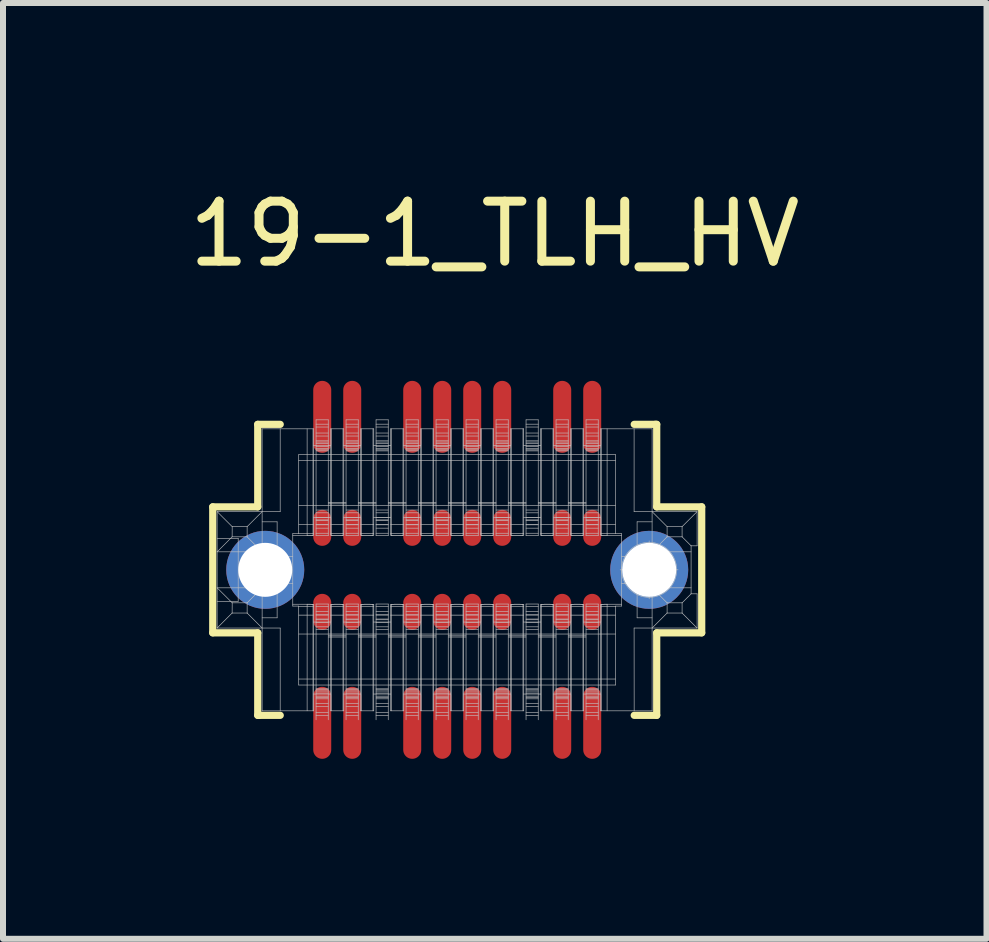
<source format=kicad_pcb>
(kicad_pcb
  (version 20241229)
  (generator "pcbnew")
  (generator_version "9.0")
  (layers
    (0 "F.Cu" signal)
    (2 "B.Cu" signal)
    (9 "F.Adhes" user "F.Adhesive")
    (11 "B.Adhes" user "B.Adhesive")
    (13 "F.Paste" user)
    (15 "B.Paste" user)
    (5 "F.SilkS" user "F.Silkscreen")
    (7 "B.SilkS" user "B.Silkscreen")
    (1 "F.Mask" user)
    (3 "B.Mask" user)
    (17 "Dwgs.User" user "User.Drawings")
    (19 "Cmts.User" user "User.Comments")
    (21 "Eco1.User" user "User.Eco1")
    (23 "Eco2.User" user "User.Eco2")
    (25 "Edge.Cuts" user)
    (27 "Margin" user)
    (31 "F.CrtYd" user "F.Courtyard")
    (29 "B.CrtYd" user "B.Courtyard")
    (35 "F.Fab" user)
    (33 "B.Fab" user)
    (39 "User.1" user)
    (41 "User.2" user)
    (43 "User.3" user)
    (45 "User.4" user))
  (footprint "19-1_TLH_HV"
    (layer "F.Cu")
    (at 4.571 6.448)
    (property "Reference" "19-1_TLH_HV" (at 0.625 -5.6 0) (layer "F.SilkS") (effects (font (size 1 1) (thickness 0.15))))
    (attr through_hole)
    (fp_line (start -4.075 -1.05) (end -3.325 -1.05) (stroke (width 0.12) (type solid)) (layer "F.SilkS"))
    (fp_line (start -4.075 1.05) (end -4.075 -1.05) (stroke (width 0.12) (type solid)) (layer "F.SilkS"))
    (fp_line (start -3.325 -2.425) (end -2.95 -2.425) (stroke (width 0.12) (type solid)) (layer "F.SilkS"))
    (fp_line (start -3.325 -1.05) (end -3.325 -2.425) (stroke (width 0.12) (type solid)) (layer "F.SilkS"))
    (fp_line (start -3.325 1.05) (end -4.075 1.05) (stroke (width 0.12) (type solid)) (layer "F.SilkS"))
    (fp_line (start -3.325 2.425) (end -3.325 1.05) (stroke (width 0.12) (type solid)) (layer "F.SilkS"))
    (fp_line (start -3.3 2.425) (end -3.325 2.425) (stroke (width 0.12) (type solid)) (layer "F.SilkS"))
    (fp_line (start -2.95 2.425) (end -3.3 2.425) (stroke (width 0.12) (type solid)) (layer "F.SilkS"))
    (fp_line (start 2.95 -2.425) (end 3.3 -2.425) (stroke (width 0.12) (type solid)) (layer "F.SilkS"))
    (fp_line (start 3.3 -2.425) (end 3.325 -2.425) (stroke (width 0.12) (type solid)) (layer "F.SilkS"))
    (fp_line (start 3.325 -2.425) (end 3.325 -1.05) (stroke (width 0.12) (type solid)) (layer "F.SilkS"))
    (fp_line (start 3.325 -1.05) (end 4.075 -1.05) (stroke (width 0.12) (type solid)) (layer "F.SilkS"))
    (fp_line (start 3.325 1.05) (end 3.325 2.425) (stroke (width 0.12) (type solid)) (layer "F.SilkS"))
    (fp_line (start 3.325 2.425) (end 2.95 2.425) (stroke (width 0.12) (type solid)) (layer "F.SilkS"))
    (fp_line (start 4.075 -1.05) (end 4.075 1.05) (stroke (width 0.12) (type solid)) (layer "F.SilkS"))
    (fp_line (start 4.075 1.05) (end 3.325 1.05) (stroke (width 0.12) (type solid)) (layer "F.SilkS"))
    (fp_line (start -4.002 -0.97) (end -3.751 -0.72) (stroke (width 0.01) (type solid)) (layer "Dwgs.User"))
    (fp_line (start -4.002 0.3) (end -3.751 0.55) (stroke (width 0.01) (type solid)) (layer "Dwgs.User"))
    (fp_line (start -4.002 0.525) (end -3.651 0.525) (stroke (width 0.01) (type solid)) (layer "Dwgs.User"))
    (fp_line (start -4.002 0.97) (end -4.002 -0.97) (stroke (width 0.01) (type solid)) (layer "Dwgs.User"))
    (fp_line (start -3.752 -0.55) (end -4.002 -0.3) (stroke (width 0.01) (type solid)) (layer "Dwgs.User"))
    (fp_line (start -3.752 -0.55) (end -3.751 -0.72) (stroke (width 0.01) (type solid)) (layer "Dwgs.User"))
    (fp_line (start -3.752 0.72) (end -4.002 0.97) (stroke (width 0.01) (type solid)) (layer "Dwgs.User"))
    (fp_line (start -3.752 0.72) (end -3.751 0.55) (stroke (width 0.01) (type solid)) (layer "Dwgs.User"))
    (fp_line (start -3.651 -0.525) (end -4.002 -0.525) (stroke (width 0.01) (type solid)) (layer "Dwgs.User"))
    (fp_line (start -3.651 0.525) (end -3.651 -0.525) (stroke (width 0.01) (type solid)) (layer "Dwgs.User"))
    (fp_line (start -3.517 -0.1) (end -2.886 -0.1) (stroke (width 0.01) (type solid)) (layer "Dwgs.User"))
    (fp_line (start -3.517 0.1) (end -2.886 0.1) (stroke (width 0.01) (type solid)) (layer "Dwgs.User"))
    (fp_line (start -3.502 -0.72) (end -3.751 -0.72) (stroke (width 0.01) (type solid)) (layer "Dwgs.User"))
    (fp_line (start -3.502 -0.72) (end -3.502 -0.55) (stroke (width 0.01) (type solid)) (layer "Dwgs.User"))
    (fp_line (start -3.502 -0.72) (end -3.252 -0.97) (stroke (width 0.01) (type solid)) (layer "Dwgs.User"))
    (fp_line (start -3.502 -0.55) (end -3.752 -0.55) (stroke (width 0.01) (type solid)) (layer "Dwgs.User"))
    (fp_line (start -3.502 -0.1) (end -3.502 0.1) (stroke (width 0.01) (type solid)) (layer "Dwgs.User"))
    (fp_line (start -3.502 0.55) (end -3.751 0.55) (stroke (width 0.01) (type solid)) (layer "Dwgs.User"))
    (fp_line (start -3.502 0.55) (end -3.502 0.72) (stroke (width 0.01) (type solid)) (layer "Dwgs.User"))
    (fp_line (start -3.502 0.55) (end -3.252 0.3) (stroke (width 0.01) (type solid)) (layer "Dwgs.User"))
    (fp_line (start -3.502 0.72) (end -3.752 0.72) (stroke (width 0.01) (type solid)) (layer "Dwgs.User"))
    (fp_line (start -3.252 -2.35) (end -3.252 2.35) (stroke (width 0.01) (type solid)) (layer "Dwgs.User"))
    (fp_line (start -3.252 -2.35) (end -2.392 -2.35) (stroke (width 0.01) (type solid)) (layer "Dwgs.User"))
    (fp_line (start -3.252 -0.8) (end -3.002 -0.8) (stroke (width 0.01) (type solid)) (layer "Dwgs.User"))
    (fp_line (start -3.252 -0.3) (end -4.002 -0.3) (stroke (width 0.01) (type solid)) (layer "Dwgs.User"))
    (fp_line (start -3.252 -0.3) (end -3.502 -0.55) (stroke (width 0.01) (type solid)) (layer "Dwgs.User"))
    (fp_line (start -3.252 0.3) (end -4.002 0.3) (stroke (width 0.01) (type solid)) (layer "Dwgs.User"))
    (fp_line (start -3.252 0.97) (end -3.502 0.72) (stroke (width 0.01) (type solid)) (layer "Dwgs.User"))
    (fp_line (start -3.252 2.35) (end -2.392 2.35) (stroke (width 0.01) (type solid)) (layer "Dwgs.User"))
    (fp_line (start -3.201 0.415) (end -3.201 -0.415) (stroke (width 0.01) (type solid)) (layer "Dwgs.User"))
    (fp_line (start -3.002 -0.225) (end -3.002 -0.8) (stroke (width 0.01) (type solid)) (layer "Dwgs.User"))
    (fp_line (start -3.002 0.8) (end -3.252 0.8) (stroke (width 0.01) (type solid)) (layer "Dwgs.User"))
    (fp_line (start -3.002 0.8) (end -3.002 0.225) (stroke (width 0.01) (type solid)) (layer "Dwgs.User"))
    (fp_line (start -2.951 -0.97) (end -4.002 -0.97) (stroke (width 0.01) (type solid)) (layer "Dwgs.User"))
    (fp_line (start -2.951 -0.97) (end -2.951 -2.35) (stroke (width 0.01) (type solid)) (layer "Dwgs.User"))
    (fp_line (start -2.951 0.97) (end -4.002 0.97) (stroke (width 0.01) (type solid)) (layer "Dwgs.User"))
    (fp_line (start -2.951 0.97) (end -2.951 2.35) (stroke (width 0.01) (type solid)) (layer "Dwgs.User"))
    (fp_line (start -2.901 0.1) (end -2.901 -0.1) (stroke (width 0.01) (type solid)) (layer "Dwgs.User"))
    (fp_line (start -2.741 -0.604) (end -2.741 0.604) (stroke (width 0.01) (type solid)) (layer "Dwgs.User"))
    (fp_line (start -2.741 -0.225) (end -3.252 -0.225) (stroke (width 0.01) (type solid)) (layer "Dwgs.User"))
    (fp_line (start -2.741 0.225) (end -3.252 0.225) (stroke (width 0.01) (type solid)) (layer "Dwgs.User"))
    (fp_line (start -2.741 0.604) (end -2.642 0.604) (stroke (width 0.01) (type solid)) (layer "Dwgs.User"))
    (fp_line (start -2.642 -1.92) (end -2.642 -0.604) (stroke (width 0.01) (type solid)) (layer "Dwgs.User"))
    (fp_line (start -2.642 -0.604) (end -2.741 -0.604) (stroke (width 0.01) (type solid)) (layer "Dwgs.User"))
    (fp_line (start -2.642 0.604) (end -2.642 1.92) (stroke (width 0.01) (type solid)) (layer "Dwgs.User"))
    (fp_line (start -2.502 -0.573) (end -2.741 -0.573) (stroke (width 0.01) (type solid)) (layer "Dwgs.User"))
    (fp_line (start -2.502 -0.573) (end -2.502 -2.35) (stroke (width 0.01) (type solid)) (layer "Dwgs.User"))
    (fp_line (start -2.502 0.573) (end -2.741 0.573) (stroke (width 0.01) (type solid)) (layer "Dwgs.User"))
    (fp_line (start -2.502 0.573) (end -2.493 0.573) (stroke (width 0.01) (type solid)) (layer "Dwgs.User"))
    (fp_line (start -2.502 2.35) (end -2.502 0.573) (stroke (width 0.01) (type solid)) (layer "Dwgs.User"))
    (fp_line (start -2.498 -0.573) (end -2.502 -0.573) (stroke (width 0.01) (type solid)) (layer "Dwgs.User"))
    (fp_line (start -2.493 0.573) (end -2.484 0.573) (stroke (width 0.01) (type solid)) (layer "Dwgs.User"))
    (fp_line (start -2.489 -0.573) (end -2.498 -0.573) (stroke (width 0.01) (type solid)) (layer "Dwgs.User"))
    (fp_line (start -2.484 0.573) (end -2.476 0.573) (stroke (width 0.01) (type solid)) (layer "Dwgs.User"))
    (fp_line (start -2.481 -0.573) (end -2.489 -0.573) (stroke (width 0.01) (type solid)) (layer "Dwgs.User"))
    (fp_line (start -2.476 0.573) (end -2.467 0.573) (stroke (width 0.01) (type solid)) (layer "Dwgs.User"))
    (fp_line (start -2.472 -0.573) (end -2.481 -0.573) (stroke (width 0.01) (type solid)) (layer "Dwgs.User"))
    (fp_line (start -2.467 0.573) (end -2.459 0.573) (stroke (width 0.01) (type solid)) (layer "Dwgs.User"))
    (fp_line (start -2.464 -0.573) (end -2.472 -0.573) (stroke (width 0.01) (type solid)) (layer "Dwgs.User"))
    (fp_line (start -2.459 0.573) (end -2.451 0.573) (stroke (width 0.01) (type solid)) (layer "Dwgs.User"))
    (fp_line (start -2.456 -0.573) (end -2.464 -0.573) (stroke (width 0.01) (type solid)) (layer "Dwgs.User"))
    (fp_line (start -2.451 0.573) (end -2.444 0.574) (stroke (width 0.01) (type solid)) (layer "Dwgs.User"))
    (fp_line (start -2.449 -0.574) (end -2.456 -0.573) (stroke (width 0.01) (type solid)) (layer "Dwgs.User"))
    (fp_line (start -2.444 0.574) (end -2.437 0.574) (stroke (width 0.01) (type solid)) (layer "Dwgs.User"))
    (fp_line (start -2.441 -0.574) (end -2.449 -0.574) (stroke (width 0.01) (type solid)) (layer "Dwgs.User"))
    (fp_line (start -2.437 0.574) (end -2.431 0.574) (stroke (width 0.01) (type solid)) (layer "Dwgs.User"))
    (fp_line (start -2.435 -0.574) (end -2.441 -0.574) (stroke (width 0.01) (type solid)) (layer "Dwgs.User"))
    (fp_line (start -2.431 0.574) (end -2.425 0.574) (stroke (width 0.01) (type solid)) (layer "Dwgs.User"))
    (fp_line (start -2.428 -0.574) (end -2.435 -0.574) (stroke (width 0.01) (type solid)) (layer "Dwgs.User"))
    (fp_line (start -2.425 0.574) (end -2.42 0.574) (stroke (width 0.01) (type solid)) (layer "Dwgs.User"))
    (fp_line (start -2.423 -0.574) (end -2.428 -0.574) (stroke (width 0.01) (type solid)) (layer "Dwgs.User"))
    (fp_line (start -2.42 0.574) (end -2.415 0.575) (stroke (width 0.01) (type solid)) (layer "Dwgs.User"))
    (fp_line (start -2.418 -0.575) (end -2.423 -0.574) (stroke (width 0.01) (type solid)) (layer "Dwgs.User"))
    (fp_line (start -2.415 0.575) (end -2.411 0.575) (stroke (width 0.01) (type solid)) (layer "Dwgs.User"))
    (fp_line (start -2.413 -0.575) (end -2.418 -0.575) (stroke (width 0.01) (type solid)) (layer "Dwgs.User"))
    (fp_line (start -2.411 0.575) (end -2.408 0.575) (stroke (width 0.01) (type solid)) (layer "Dwgs.User"))
    (fp_line (start -2.409 -0.575) (end -2.413 -0.575) (stroke (width 0.01) (type solid)) (layer "Dwgs.User"))
    (fp_line (start -2.408 0.575) (end -2.405 0.576) (stroke (width 0.01) (type solid)) (layer "Dwgs.User"))
    (fp_line (start -2.406 -0.575) (end -2.409 -0.575) (stroke (width 0.01) (type solid)) (layer "Dwgs.User"))
    (fp_line (start -2.405 0.576) (end -2.404 0.576) (stroke (width 0.01) (type solid)) (layer "Dwgs.User"))
    (fp_line (start -2.404 -0.576) (end -2.406 -0.575) (stroke (width 0.01) (type solid)) (layer "Dwgs.User"))
    (fp_line (start -2.404 -0.576) (end -2.404 -2.35) (stroke (width 0.01) (type solid)) (layer "Dwgs.User"))
    (fp_line (start -2.404 -0.576) (end -2.392 -0.578) (stroke (width 0.01) (type solid)) (layer "Dwgs.User"))
    (fp_line (start -2.404 2.35) (end -2.404 0.576) (stroke (width 0.01) (type solid)) (layer "Dwgs.User"))
    (fp_line (start -2.392 -2.35) (end -2.392 -2.07) (stroke (width 0.01) (type solid)) (layer "Dwgs.User"))
    (fp_line (start -2.392 -2.07) (end -2.111 -2.07) (stroke (width 0.01) (type solid)) (layer "Dwgs.User"))
    (fp_line (start -2.392 -0.87) (end -2.392 -2.07) (stroke (width 0.01) (type solid)) (layer "Dwgs.User"))
    (fp_line (start -2.392 -0.87) (end -2.392 -0.578) (stroke (width 0.01) (type solid)) (layer "Dwgs.User"))
    (fp_line (start -2.392 -0.755) (end -2.641 -0.755) (stroke (width 0.01) (type solid)) (layer "Dwgs.User"))
    (fp_line (start -2.392 -0.607) (end -2.641 -0.607) (stroke (width 0.01) (type solid)) (layer "Dwgs.User"))
    (fp_line (start -2.392 0.578) (end -2.404 0.576) (stroke (width 0.01) (type solid)) (layer "Dwgs.User"))
    (fp_line (start -2.392 0.578) (end -2.392 0.87) (stroke (width 0.01) (type solid)) (layer "Dwgs.User"))
    (fp_line (start -2.392 0.608) (end -2.641 0.608) (stroke (width 0.01) (type solid)) (layer "Dwgs.User"))
    (fp_line (start -2.392 0.755) (end -2.641 0.755) (stroke (width 0.01) (type solid)) (layer "Dwgs.User"))
    (fp_line (start -2.392 0.87) (end -2.111 0.87) (stroke (width 0.01) (type solid)) (layer "Dwgs.User"))
    (fp_line (start -2.392 2.07) (end -2.392 0.87) (stroke (width 0.01) (type solid)) (layer "Dwgs.User"))
    (fp_line (start -2.392 2.07) (end -2.392 2.35) (stroke (width 0.01) (type solid)) (layer "Dwgs.User"))
    (fp_line (start -2.353 -2.5) (end -2.353 -2.07) (stroke (width 0.01) (type solid)) (layer "Dwgs.User"))
    (fp_line (start -2.353 -2.5) (end -2.15 -2.5) (stroke (width 0.01) (type solid)) (layer "Dwgs.User"))
    (fp_line (start -2.353 -2.428) (end -2.15 -2.428) (stroke (width 0.01) (type solid)) (layer "Dwgs.User"))
    (fp_line (start -2.353 -2.38) (end -2.15 -2.38) (stroke (width 0.01) (type solid)) (layer "Dwgs.User"))
    (fp_line (start -2.353 -2.28) (end -2.15 -2.28) (stroke (width 0.01) (type solid)) (layer "Dwgs.User"))
    (fp_line (start -2.353 -2.23) (end -2.15 -2.23) (stroke (width 0.01) (type solid)) (layer "Dwgs.User"))
    (fp_line (start -2.353 -2.15) (end -2.15 -2.15) (stroke (width 0.01) (type solid)) (layer "Dwgs.User"))
    (fp_line (start -2.353 -2.13) (end -2.15 -2.13) (stroke (width 0.01) (type solid)) (layer "Dwgs.User"))
    (fp_line (start -2.353 -2.106) (end -2.15 -2.106) (stroke (width 0.01) (type solid)) (layer "Dwgs.User"))
    (fp_line (start -2.353 -2.07) (end -2.353 -0.87) (stroke (width 0.01) (type solid)) (layer "Dwgs.User"))
    (fp_line (start -2.353 -2.054) (end -2.15 -2.054) (stroke (width 0.01) (type solid)) (layer "Dwgs.User"))
    (fp_line (start -2.353 -2.02) (end -2.15 -2.02) (stroke (width 0.01) (type solid)) (layer "Dwgs.User"))
    (fp_line (start -2.353 -2) (end -2.15 -2) (stroke (width 0.01) (type solid)) (layer "Dwgs.User"))
    (fp_line (start -2.353 -1.983) (end -2.15 -1.983) (stroke (width 0.01) (type solid)) (layer "Dwgs.User"))
    (fp_line (start -2.353 -0.997) (end -2.15 -0.997) (stroke (width 0.01) (type solid)) (layer "Dwgs.User"))
    (fp_line (start -2.353 -0.95) (end -2.15 -0.95) (stroke (width 0.01) (type solid)) (layer "Dwgs.User"))
    (fp_line (start -2.353 -0.874) (end -2.15 -0.874) (stroke (width 0.01) (type solid)) (layer "Dwgs.User"))
    (fp_line (start -2.353 -0.87) (end -2.353 -0.57) (stroke (width 0.01) (type solid)) (layer "Dwgs.User"))
    (fp_line (start -2.353 -0.832) (end -2.15 -0.832) (stroke (width 0.01) (type solid)) (layer "Dwgs.User"))
    (fp_line (start -2.353 -0.82) (end -2.15 -0.82) (stroke (width 0.01) (type solid)) (layer "Dwgs.User"))
    (fp_line (start -2.353 -0.753) (end -2.15 -0.753) (stroke (width 0.01) (type solid)) (layer "Dwgs.User"))
    (fp_line (start -2.353 -0.75) (end -2.15 -0.75) (stroke (width 0.01) (type solid)) (layer "Dwgs.User"))
    (fp_line (start -2.353 -0.695) (end -2.15 -0.695) (stroke (width 0.01) (type solid)) (layer "Dwgs.User"))
    (fp_line (start -2.353 -0.61) (end -2.15 -0.61) (stroke (width 0.01) (type solid)) (layer "Dwgs.User"))
    (fp_line (start -2.353 -0.57) (end -2.15 -0.57) (stroke (width 0.01) (type solid)) (layer "Dwgs.User"))
    (fp_line (start -2.353 0.57) (end -2.353 0.87) (stroke (width 0.01) (type solid)) (layer "Dwgs.User"))
    (fp_line (start -2.353 0.87) (end -2.353 2.07) (stroke (width 0.01) (type solid)) (layer "Dwgs.User"))
    (fp_line (start -2.353 2.07) (end -2.353 2.5) (stroke (width 0.01) (type solid)) (layer "Dwgs.User"))
    (fp_line (start -2.15 -2.07) (end -2.15 -2.5) (stroke (width 0.01) (type solid)) (layer "Dwgs.User"))
    (fp_line (start -2.15 -1.1) (end -1.853 -1.1) (stroke (width 0.01) (type solid)) (layer "Dwgs.User"))
    (fp_line (start -2.15 -0.87) (end -2.15 -2.07) (stroke (width 0.01) (type solid)) (layer "Dwgs.User"))
    (fp_line (start -2.15 -0.57) (end -2.15 -0.87) (stroke (width 0.01) (type solid)) (layer "Dwgs.User"))
    (fp_line (start -2.15 0.57) (end -2.353 0.57) (stroke (width 0.01) (type solid)) (layer "Dwgs.User"))
    (fp_line (start -2.15 0.61) (end -2.353 0.61) (stroke (width 0.01) (type solid)) (layer "Dwgs.User"))
    (fp_line (start -2.15 0.695) (end -2.353 0.695) (stroke (width 0.01) (type solid)) (layer "Dwgs.User"))
    (fp_line (start -2.15 0.75) (end -2.353 0.75) (stroke (width 0.01) (type solid)) (layer "Dwgs.User"))
    (fp_line (start -2.15 0.753) (end -2.353 0.753) (stroke (width 0.01) (type solid)) (layer "Dwgs.User"))
    (fp_line (start -2.15 0.82) (end -2.353 0.82) (stroke (width 0.01) (type solid)) (layer "Dwgs.User"))
    (fp_line (start -2.15 0.832) (end -2.353 0.832) (stroke (width 0.01) (type solid)) (layer "Dwgs.User"))
    (fp_line (start -2.15 0.87) (end -2.15 0.57) (stroke (width 0.01) (type solid)) (layer "Dwgs.User"))
    (fp_line (start -2.15 0.874) (end -2.353 0.874) (stroke (width 0.01) (type solid)) (layer "Dwgs.User"))
    (fp_line (start -2.15 0.95) (end -2.353 0.95) (stroke (width 0.01) (type solid)) (layer "Dwgs.User"))
    (fp_line (start -2.15 0.997) (end -2.353 0.997) (stroke (width 0.01) (type solid)) (layer "Dwgs.User"))
    (fp_line (start -2.15 1.12) (end -1.853 1.12) (stroke (width 0.01) (type solid)) (layer "Dwgs.User"))
    (fp_line (start -2.15 1.983) (end -2.353 1.983) (stroke (width 0.01) (type solid)) (layer "Dwgs.User"))
    (fp_line (start -2.15 2) (end -2.353 2) (stroke (width 0.01) (type solid)) (layer "Dwgs.User"))
    (fp_line (start -2.15 2.02) (end -2.353 2.02) (stroke (width 0.01) (type solid)) (layer "Dwgs.User"))
    (fp_line (start -2.15 2.054) (end -2.353 2.054) (stroke (width 0.01) (type solid)) (layer "Dwgs.User"))
    (fp_line (start -2.15 2.07) (end -2.15 0.87) (stroke (width 0.01) (type solid)) (layer "Dwgs.User"))
    (fp_line (start -2.15 2.106) (end -2.353 2.106) (stroke (width 0.01) (type solid)) (layer "Dwgs.User"))
    (fp_line (start -2.15 2.13) (end -2.353 2.13) (stroke (width 0.01) (type solid)) (layer "Dwgs.User"))
    (fp_line (start -2.15 2.15) (end -2.353 2.15) (stroke (width 0.01) (type solid)) (layer "Dwgs.User"))
    (fp_line (start -2.15 2.23) (end -2.353 2.23) (stroke (width 0.01) (type solid)) (layer "Dwgs.User"))
    (fp_line (start -2.15 2.28) (end -2.353 2.28) (stroke (width 0.01) (type solid)) (layer "Dwgs.User"))
    (fp_line (start -2.15 2.38) (end -2.353 2.38) (stroke (width 0.01) (type solid)) (layer "Dwgs.User"))
    (fp_line (start -2.15 2.428) (end -2.353 2.428) (stroke (width 0.01) (type solid)) (layer "Dwgs.User"))
    (fp_line (start -2.15 2.5) (end -2.15 2.07) (stroke (width 0.01) (type solid)) (layer "Dwgs.User"))
    (fp_line (start -2.111 -0.87) (end -2.392 -0.87) (stroke (width 0.01) (type solid)) (layer "Dwgs.User"))
    (fp_line (start -2.111 -0.87) (end -2.111 -2.07) (stroke (width 0.01) (type solid)) (layer "Dwgs.User"))
    (fp_line (start -2.111 -0.578) (end -2.111 -0.87) (stroke (width 0.01) (type solid)) (layer "Dwgs.User"))
    (fp_line (start -2.111 -0.578) (end -2.099 -0.576) (stroke (width 0.01) (type solid)) (layer "Dwgs.User"))
    (fp_line (start -2.111 2.07) (end -2.392 2.07) (stroke (width 0.01) (type solid)) (layer "Dwgs.User"))
    (fp_line (start -2.111 2.07) (end -2.111 0.87) (stroke (width 0.01) (type solid)) (layer "Dwgs.User"))
    (fp_line (start -2.111 2.35) (end -2.111 2.07) (stroke (width 0.01) (type solid)) (layer "Dwgs.User"))
    (fp_line (start -2.111 -2.35) (end -1.891 -2.35) (stroke (width 0.01) (type solid)) (layer "Dwgs.User"))
    (fp_line (start -2.111 -2.07) (end -2.111 -2.35) (stroke (width 0.01) (type solid)) (layer "Dwgs.User"))
    (fp_line (start -2.111 0.87) (end -2.111 0.578) (stroke (width 0.01) (type solid)) (layer "Dwgs.User"))
    (fp_line (start -2.099 -0.576) (end -2.099 -2.35) (stroke (width 0.01) (type solid)) (layer "Dwgs.User"))
    (fp_line (start -2.099 0.576) (end -2.111 0.578) (stroke (width 0.01) (type solid)) (layer "Dwgs.User"))
    (fp_line (start -2.099 0.576) (end -2.097 0.575) (stroke (width 0.01) (type solid)) (layer "Dwgs.User"))
    (fp_line (start -2.099 2.35) (end -2.099 0.576) (stroke (width 0.01) (type solid)) (layer "Dwgs.User"))
    (fp_line (start -2.097 -0.575) (end -2.099 -0.576) (stroke (width 0.01) (type solid)) (layer "Dwgs.User"))
    (fp_line (start -2.097 0.575) (end -2.094 0.575) (stroke (width 0.01) (type solid)) (layer "Dwgs.User"))
    (fp_line (start -2.094 -0.575) (end -2.097 -0.575) (stroke (width 0.01) (type solid)) (layer "Dwgs.User"))
    (fp_line (start -2.094 0.575) (end -2.09 0.575) (stroke (width 0.01) (type solid)) (layer "Dwgs.User"))
    (fp_line (start -2.091 -0.575) (end -2.094 -0.575) (stroke (width 0.01) (type solid)) (layer "Dwgs.User"))
    (fp_line (start -2.09 0.575) (end -2.085 0.575) (stroke (width 0.01) (type solid)) (layer "Dwgs.User"))
    (fp_line (start -2.086 -0.575) (end -2.091 -0.575) (stroke (width 0.01) (type solid)) (layer "Dwgs.User"))
    (fp_line (start -2.085 0.575) (end -2.08 0.574) (stroke (width 0.01) (type solid)) (layer "Dwgs.User"))
    (fp_line (start -2.081 -0.574) (end -2.086 -0.575) (stroke (width 0.01) (type solid)) (layer "Dwgs.User"))
    (fp_line (start -2.08 0.574) (end -2.075 0.574) (stroke (width 0.01) (type solid)) (layer "Dwgs.User"))
    (fp_line (start -2.076 -0.574) (end -2.081 -0.574) (stroke (width 0.01) (type solid)) (layer "Dwgs.User"))
    (fp_line (start -2.075 0.574) (end -2.068 0.574) (stroke (width 0.01) (type solid)) (layer "Dwgs.User"))
    (fp_line (start -2.07 -0.574) (end -2.076 -0.574) (stroke (width 0.01) (type solid)) (layer "Dwgs.User"))
    (fp_line (start -2.068 0.574) (end -2.062 0.574) (stroke (width 0.01) (type solid)) (layer "Dwgs.User"))
    (fp_line (start -2.063 -0.574) (end -2.07 -0.574) (stroke (width 0.01) (type solid)) (layer "Dwgs.User"))
    (fp_line (start -2.062 0.574) (end -2.054 0.574) (stroke (width 0.01) (type solid)) (layer "Dwgs.User"))
    (fp_line (start -2.056 -0.574) (end -2.063 -0.574) (stroke (width 0.01) (type solid)) (layer "Dwgs.User"))
    (fp_line (start -2.054 0.574) (end -2.047 0.573) (stroke (width 0.01) (type solid)) (layer "Dwgs.User"))
    (fp_line (start -2.048 -0.573) (end -2.056 -0.574) (stroke (width 0.01) (type solid)) (layer "Dwgs.User"))
    (fp_line (start -2.047 0.573) (end -2.039 0.573) (stroke (width 0.01) (type solid)) (layer "Dwgs.User"))
    (fp_line (start -2.041 -0.573) (end -2.048 -0.573) (stroke (width 0.01) (type solid)) (layer "Dwgs.User"))
    (fp_line (start -2.039 0.573) (end -2.031 0.573) (stroke (width 0.01) (type solid)) (layer "Dwgs.User"))
    (fp_line (start -2.032 -0.573) (end -2.041 -0.573) (stroke (width 0.01) (type solid)) (layer "Dwgs.User"))
    (fp_line (start -2.031 0.573) (end -2.022 0.573) (stroke (width 0.01) (type solid)) (layer "Dwgs.User"))
    (fp_line (start -2.024 -0.573) (end -2.032 -0.573) (stroke (width 0.01) (type solid)) (layer "Dwgs.User"))
    (fp_line (start -2.022 0.573) (end -2.014 0.573) (stroke (width 0.01) (type solid)) (layer "Dwgs.User"))
    (fp_line (start -2.015 -0.573) (end -2.024 -0.573) (stroke (width 0.01) (type solid)) (layer "Dwgs.User"))
    (fp_line (start -2.014 0.573) (end -2.005 0.573) (stroke (width 0.01) (type solid)) (layer "Dwgs.User"))
    (fp_line (start -2.007 -0.573) (end -2.015 -0.573) (stroke (width 0.01) (type solid)) (layer "Dwgs.User"))
    (fp_line (start -2.005 0.573) (end -1.996 0.573) (stroke (width 0.01) (type solid)) (layer "Dwgs.User"))
    (fp_line (start -1.998 -0.573) (end -2.007 -0.573) (stroke (width 0.01) (type solid)) (layer "Dwgs.User"))
    (fp_line (start -1.996 0.573) (end -1.988 0.573) (stroke (width 0.01) (type solid)) (layer "Dwgs.User"))
    (fp_line (start -1.989 -0.573) (end -1.998 -0.573) (stroke (width 0.01) (type solid)) (layer "Dwgs.User"))
    (fp_line (start -1.988 0.573) (end -1.979 0.573) (stroke (width 0.01) (type solid)) (layer "Dwgs.User"))
    (fp_line (start -1.981 -0.573) (end -1.989 -0.573) (stroke (width 0.01) (type solid)) (layer "Dwgs.User"))
    (fp_line (start -1.979 0.573) (end -1.971 0.573) (stroke (width 0.01) (type solid)) (layer "Dwgs.User"))
    (fp_line (start -1.972 -0.573) (end -1.981 -0.573) (stroke (width 0.01) (type solid)) (layer "Dwgs.User"))
    (fp_line (start -1.971 0.573) (end -1.962 0.573) (stroke (width 0.01) (type solid)) (layer "Dwgs.User"))
    (fp_line (start -1.964 -0.573) (end -1.972 -0.573) (stroke (width 0.01) (type solid)) (layer "Dwgs.User"))
    (fp_line (start -1.962 0.573) (end -1.955 0.573) (stroke (width 0.01) (type solid)) (layer "Dwgs.User"))
    (fp_line (start -1.956 -0.573) (end -1.964 -0.573) (stroke (width 0.01) (type solid)) (layer "Dwgs.User"))
    (fp_line (start -1.955 0.573) (end -1.947 0.574) (stroke (width 0.01) (type solid)) (layer "Dwgs.User"))
    (fp_line (start -1.949 -0.574) (end -1.956 -0.573) (stroke (width 0.01) (type solid)) (layer "Dwgs.User"))
    (fp_line (start -1.947 0.574) (end -1.94 0.574) (stroke (width 0.01) (type solid)) (layer "Dwgs.User"))
    (fp_line (start -1.941 -0.574) (end -1.949 -0.574) (stroke (width 0.01) (type solid)) (layer "Dwgs.User"))
    (fp_line (start -1.94 0.574) (end -1.933 0.574) (stroke (width 0.01) (type solid)) (layer "Dwgs.User"))
    (fp_line (start -1.935 -0.574) (end -1.941 -0.574) (stroke (width 0.01) (type solid)) (layer "Dwgs.User"))
    (fp_line (start -1.933 0.574) (end -1.927 0.574) (stroke (width 0.01) (type solid)) (layer "Dwgs.User"))
    (fp_line (start -1.928 -0.574) (end -1.935 -0.574) (stroke (width 0.01) (type solid)) (layer "Dwgs.User"))
    (fp_line (start -1.927 0.574) (end -1.922 0.574) (stroke (width 0.01) (type solid)) (layer "Dwgs.User"))
    (fp_line (start -1.923 -0.574) (end -1.928 -0.574) (stroke (width 0.01) (type solid)) (layer "Dwgs.User"))
    (fp_line (start -1.922 0.574) (end -1.917 0.575) (stroke (width 0.01) (type solid)) (layer "Dwgs.User"))
    (fp_line (start -1.918 -0.575) (end -1.923 -0.574) (stroke (width 0.01) (type solid)) (layer "Dwgs.User"))
    (fp_line (start -1.917 0.575) (end -1.912 0.575) (stroke (width 0.01) (type solid)) (layer "Dwgs.User"))
    (fp_line (start -1.913 -0.575) (end -1.918 -0.575) (stroke (width 0.01) (type solid)) (layer "Dwgs.User"))
    (fp_line (start -1.912 0.575) (end -1.909 0.575) (stroke (width 0.01) (type solid)) (layer "Dwgs.User"))
    (fp_line (start -1.909 -0.575) (end -1.913 -0.575) (stroke (width 0.01) (type solid)) (layer "Dwgs.User"))
    (fp_line (start -1.909 0.575) (end -1.906 0.575) (stroke (width 0.01) (type solid)) (layer "Dwgs.User"))
    (fp_line (start -1.906 -0.575) (end -1.909 -0.575) (stroke (width 0.01) (type solid)) (layer "Dwgs.User"))
    (fp_line (start -1.906 0.575) (end -1.904 0.576) (stroke (width 0.01) (type solid)) (layer "Dwgs.User"))
    (fp_line (start -1.904 -0.576) (end -1.906 -0.575) (stroke (width 0.01) (type solid)) (layer "Dwgs.User"))
    (fp_line (start -1.904 -0.576) (end -1.904 -2.35) (stroke (width 0.01) (type solid)) (layer "Dwgs.User"))
    (fp_line (start -1.904 -0.576) (end -1.891 -0.578) (stroke (width 0.01) (type solid)) (layer "Dwgs.User"))
    (fp_line (start -1.904 2.35) (end -1.904 0.576) (stroke (width 0.01) (type solid)) (layer "Dwgs.User"))
    (fp_line (start -1.891 -2.35) (end -1.891 -2.07) (stroke (width 0.01) (type solid)) (layer "Dwgs.User"))
    (fp_line (start -1.891 -2.07) (end -1.611 -2.07) (stroke (width 0.01) (type solid)) (layer "Dwgs.User"))
    (fp_line (start -1.891 -0.87) (end -1.891 -2.07) (stroke (width 0.01) (type solid)) (layer "Dwgs.User"))
    (fp_line (start -1.891 -0.87) (end -1.891 -0.578) (stroke (width 0.01) (type solid)) (layer "Dwgs.User"))
    (fp_line (start -1.891 -0.755) (end -2.111 -0.755) (stroke (width 0.01) (type solid)) (layer "Dwgs.User"))
    (fp_line (start -1.891 -0.607) (end -2.111 -0.607) (stroke (width 0.01) (type solid)) (layer "Dwgs.User"))
    (fp_line (start -1.891 0.578) (end -1.904 0.576) (stroke (width 0.01) (type solid)) (layer "Dwgs.User"))
    (fp_line (start -1.891 0.578) (end -1.891 0.87) (stroke (width 0.01) (type solid)) (layer "Dwgs.User"))
    (fp_line (start -1.891 0.608) (end -2.111 0.608) (stroke (width 0.01) (type solid)) (layer "Dwgs.User"))
    (fp_line (start -1.891 0.755) (end -2.111 0.755) (stroke (width 0.01) (type solid)) (layer "Dwgs.User"))
    (fp_line (start -1.891 0.87) (end -1.611 0.87) (stroke (width 0.01) (type solid)) (layer "Dwgs.User"))
    (fp_line (start -1.891 2.07) (end -1.891 0.87) (stroke (width 0.01) (type solid)) (layer "Dwgs.User"))
    (fp_line (start -1.891 2.07) (end -1.891 2.35) (stroke (width 0.01) (type solid)) (layer "Dwgs.User"))
    (fp_line (start -1.891 2.35) (end -2.111 2.35) (stroke (width 0.01) (type solid)) (layer "Dwgs.User"))
    (fp_line (start -1.853 -2.5) (end -1.853 -2.07) (stroke (width 0.01) (type solid)) (layer "Dwgs.User"))
    (fp_line (start -1.853 -2.5) (end -1.65 -2.5) (stroke (width 0.01) (type solid)) (layer "Dwgs.User"))
    (fp_line (start -1.853 -2.428) (end -1.65 -2.428) (stroke (width 0.01) (type solid)) (layer "Dwgs.User"))
    (fp_line (start -1.853 -2.38) (end -1.65 -2.38) (stroke (width 0.01) (type solid)) (layer "Dwgs.User"))
    (fp_line (start -1.853 -2.28) (end -1.65 -2.28) (stroke (width 0.01) (type solid)) (layer "Dwgs.User"))
    (fp_line (start -1.853 -2.23) (end -1.65 -2.23) (stroke (width 0.01) (type solid)) (layer "Dwgs.User"))
    (fp_line (start -1.853 -2.15) (end -1.65 -2.15) (stroke (width 0.01) (type solid)) (layer "Dwgs.User"))
    (fp_line (start -1.853 -2.13) (end -1.65 -2.13) (stroke (width 0.01) (type solid)) (layer "Dwgs.User"))
    (fp_line (start -1.853 -2.106) (end -1.65 -2.106) (stroke (width 0.01) (type solid)) (layer "Dwgs.User"))
    (fp_line (start -1.853 -2.07) (end -1.853 -0.87) (stroke (width 0.01) (type solid)) (layer "Dwgs.User"))
    (fp_line (start -1.853 -2.054) (end -1.65 -2.054) (stroke (width 0.01) (type solid)) (layer "Dwgs.User"))
    (fp_line (start -1.853 -2.02) (end -1.65 -2.02) (stroke (width 0.01) (type solid)) (layer "Dwgs.User"))
    (fp_line (start -1.853 -2) (end -1.65 -2) (stroke (width 0.01) (type solid)) (layer "Dwgs.User"))
    (fp_line (start -1.853 -1.983) (end -1.65 -1.983) (stroke (width 0.01) (type solid)) (layer "Dwgs.User"))
    (fp_line (start -1.853 -1.12) (end -2.15 -1.12) (stroke (width 0.01) (type solid)) (layer "Dwgs.User"))
    (fp_line (start -1.853 -0.61) (end -1.65 -0.61) (stroke (width 0.01) (type solid)) (layer "Dwgs.User"))
    (fp_line (start -1.853 -0.57) (end -1.65 -0.57) (stroke (width 0.01) (type solid)) (layer "Dwgs.User"))
    (fp_line (start -1.853 0.57) (end -1.853 0.87) (stroke (width 0.01) (type solid)) (layer "Dwgs.User"))
    (fp_line (start -1.853 0.87) (end -1.853 2.07) (stroke (width 0.01) (type solid)) (layer "Dwgs.User"))
    (fp_line (start -1.853 1.1) (end -2.15 1.1) (stroke (width 0.01) (type solid)) (layer "Dwgs.User"))
    (fp_line (start -1.853 2.07) (end -1.853 2.5) (stroke (width 0.01) (type solid)) (layer "Dwgs.User"))
    (fp_line (start -1.853 -0.997) (end -1.65 -0.997) (stroke (width 0.01) (type solid)) (layer "Dwgs.User"))
    (fp_line (start -1.853 -0.95) (end -1.65 -0.95) (stroke (width 0.01) (type solid)) (layer "Dwgs.User"))
    (fp_line (start -1.853 -0.874) (end -1.65 -0.874) (stroke (width 0.01) (type solid)) (layer "Dwgs.User"))
    (fp_line (start -1.853 -0.87) (end -1.853 -0.57) (stroke (width 0.01) (type solid)) (layer "Dwgs.User"))
    (fp_line (start -1.853 -0.832) (end -1.65 -0.832) (stroke (width 0.01) (type solid)) (layer "Dwgs.User"))
    (fp_line (start -1.853 -0.82) (end -1.65 -0.82) (stroke (width 0.01) (type solid)) (layer "Dwgs.User"))
    (fp_line (start -1.853 -0.753) (end -1.65 -0.753) (stroke (width 0.01) (type solid)) (layer "Dwgs.User"))
    (fp_line (start -1.853 -0.75) (end -1.65 -0.75) (stroke (width 0.01) (type solid)) (layer "Dwgs.User"))
    (fp_line (start -1.853 -0.695) (end -1.65 -0.695) (stroke (width 0.01) (type solid)) (layer "Dwgs.User"))
    (fp_line (start -1.65 0.57) (end -1.853 0.57) (stroke (width 0.01) (type solid)) (layer "Dwgs.User"))
    (fp_line (start -1.65 0.61) (end -1.853 0.61) (stroke (width 0.01) (type solid)) (layer "Dwgs.User"))
    (fp_line (start -1.65 0.695) (end -1.853 0.695) (stroke (width 0.01) (type solid)) (layer "Dwgs.User"))
    (fp_line (start -1.65 0.75) (end -1.853 0.75) (stroke (width 0.01) (type solid)) (layer "Dwgs.User"))
    (fp_line (start -1.65 0.753) (end -1.853 0.753) (stroke (width 0.01) (type solid)) (layer "Dwgs.User"))
    (fp_line (start -1.65 0.82) (end -1.853 0.82) (stroke (width 0.01) (type solid)) (layer "Dwgs.User"))
    (fp_line (start -1.65 0.832) (end -1.853 0.832) (stroke (width 0.01) (type solid)) (layer "Dwgs.User"))
    (fp_line (start -1.65 0.87) (end -1.65 0.57) (stroke (width 0.01) (type solid)) (layer "Dwgs.User"))
    (fp_line (start -1.65 0.874) (end -1.853 0.874) (stroke (width 0.01) (type solid)) (layer "Dwgs.User"))
    (fp_line (start -1.65 0.95) (end -1.853 0.95) (stroke (width 0.01) (type solid)) (layer "Dwgs.User"))
    (fp_line (start -1.65 0.997) (end -1.853 0.997) (stroke (width 0.01) (type solid)) (layer "Dwgs.User"))
    (fp_line (start -1.65 1.12) (end -1.353 1.12) (stroke (width 0.01) (type solid)) (layer "Dwgs.User"))
    (fp_line (start -1.65 1.983) (end -1.853 1.983) (stroke (width 0.01) (type solid)) (layer "Dwgs.User"))
    (fp_line (start -1.65 2) (end -1.853 2) (stroke (width 0.01) (type solid)) (layer "Dwgs.User"))
    (fp_line (start -1.65 2.02) (end -1.853 2.02) (stroke (width 0.01) (type solid)) (layer "Dwgs.User"))
    (fp_line (start -1.65 2.054) (end -1.853 2.054) (stroke (width 0.01) (type solid)) (layer "Dwgs.User"))
    (fp_line (start -1.65 2.07) (end -1.65 0.87) (stroke (width 0.01) (type solid)) (layer "Dwgs.User"))
    (fp_line (start -1.65 2.106) (end -1.853 2.106) (stroke (width 0.01) (type solid)) (layer "Dwgs.User"))
    (fp_line (start -1.65 2.13) (end -1.853 2.13) (stroke (width 0.01) (type solid)) (layer "Dwgs.User"))
    (fp_line (start -1.65 2.15) (end -1.853 2.15) (stroke (width 0.01) (type solid)) (layer "Dwgs.User"))
    (fp_line (start -1.65 2.23) (end -1.853 2.23) (stroke (width 0.01) (type solid)) (layer "Dwgs.User"))
    (fp_line (start -1.65 2.28) (end -1.853 2.28) (stroke (width 0.01) (type solid)) (layer "Dwgs.User"))
    (fp_line (start -1.65 2.38) (end -1.853 2.38) (stroke (width 0.01) (type solid)) (layer "Dwgs.User"))
    (fp_line (start -1.65 2.428) (end -1.853 2.428) (stroke (width 0.01) (type solid)) (layer "Dwgs.User"))
    (fp_line (start -1.65 2.5) (end -1.65 2.07) (stroke (width 0.01) (type solid)) (layer "Dwgs.User"))
    (fp_line (start -1.65 -2.07) (end -1.65 -2.5) (stroke (width 0.01) (type solid)) (layer "Dwgs.User"))
    (fp_line (start -1.65 -1.1) (end -1.353 -1.1) (stroke (width 0.01) (type solid)) (layer "Dwgs.User"))
    (fp_line (start -1.65 -0.87) (end -1.65 -2.07) (stroke (width 0.01) (type solid)) (layer "Dwgs.User"))
    (fp_line (start -1.65 -0.57) (end -1.65 -0.87) (stroke (width 0.01) (type solid)) (layer "Dwgs.User"))
    (fp_line (start -1.611 -0.87) (end -1.891 -0.87) (stroke (width 0.01) (type solid)) (layer "Dwgs.User"))
    (fp_line (start -1.611 -0.87) (end -1.611 -2.07) (stroke (width 0.01) (type solid)) (layer "Dwgs.User"))
    (fp_line (start -1.611 -0.578) (end -1.611 -0.87) (stroke (width 0.01) (type solid)) (layer "Dwgs.User"))
    (fp_line (start -1.611 -0.578) (end -1.599 -0.576) (stroke (width 0.01) (type solid)) (layer "Dwgs.User"))
    (fp_line (start -1.611 2.07) (end -1.891 2.07) (stroke (width 0.01) (type solid)) (layer "Dwgs.User"))
    (fp_line (start -1.611 2.07) (end -1.611 0.87) (stroke (width 0.01) (type solid)) (layer "Dwgs.User"))
    (fp_line (start -1.611 2.35) (end -1.611 2.07) (stroke (width 0.01) (type solid)) (layer "Dwgs.User"))
    (fp_line (start -1.611 -2.35) (end -1.391 -2.35) (stroke (width 0.01) (type solid)) (layer "Dwgs.User"))
    (fp_line (start -1.611 -2.07) (end -1.611 -2.35) (stroke (width 0.01) (type solid)) (layer "Dwgs.User"))
    (fp_line (start -1.611 0.87) (end -1.611 0.578) (stroke (width 0.01) (type solid)) (layer "Dwgs.User"))
    (fp_line (start -1.599 -0.576) (end -1.599 -2.35) (stroke (width 0.01) (type solid)) (layer "Dwgs.User"))
    (fp_line (start -1.599 0.576) (end -1.611 0.578) (stroke (width 0.01) (type solid)) (layer "Dwgs.User"))
    (fp_line (start -1.599 0.576) (end -1.597 0.575) (stroke (width 0.01) (type solid)) (layer "Dwgs.User"))
    (fp_line (start -1.599 2.35) (end -1.599 0.576) (stroke (width 0.01) (type solid)) (layer "Dwgs.User"))
    (fp_line (start -1.597 -0.575) (end -1.599 -0.576) (stroke (width 0.01) (type solid)) (layer "Dwgs.User"))
    (fp_line (start -1.597 0.575) (end -1.594 0.575) (stroke (width 0.01) (type solid)) (layer "Dwgs.User"))
    (fp_line (start -1.594 -0.575) (end -1.597 -0.575) (stroke (width 0.01) (type solid)) (layer "Dwgs.User"))
    (fp_line (start -1.594 0.575) (end -1.59 0.575) (stroke (width 0.01) (type solid)) (layer "Dwgs.User"))
    (fp_line (start -1.591 -0.575) (end -1.594 -0.575) (stroke (width 0.01) (type solid)) (layer "Dwgs.User"))
    (fp_line (start -1.59 0.575) (end -1.585 0.575) (stroke (width 0.01) (type solid)) (layer "Dwgs.User"))
    (fp_line (start -1.586 -0.575) (end -1.591 -0.575) (stroke (width 0.01) (type solid)) (layer "Dwgs.User"))
    (fp_line (start -1.585 0.575) (end -1.58 0.574) (stroke (width 0.01) (type solid)) (layer "Dwgs.User"))
    (fp_line (start -1.581 -0.574) (end -1.586 -0.575) (stroke (width 0.01) (type solid)) (layer "Dwgs.User"))
    (fp_line (start -1.58 0.574) (end -1.575 0.574) (stroke (width 0.01) (type solid)) (layer "Dwgs.User"))
    (fp_line (start -1.576 -0.574) (end -1.581 -0.574) (stroke (width 0.01) (type solid)) (layer "Dwgs.User"))
    (fp_line (start -1.575 0.574) (end -1.568 0.574) (stroke (width 0.01) (type solid)) (layer "Dwgs.User"))
    (fp_line (start -1.57 -0.574) (end -1.576 -0.574) (stroke (width 0.01) (type solid)) (layer "Dwgs.User"))
    (fp_line (start -1.568 0.574) (end -1.562 0.574) (stroke (width 0.01) (type solid)) (layer "Dwgs.User"))
    (fp_line (start -1.563 -0.574) (end -1.57 -0.574) (stroke (width 0.01) (type solid)) (layer "Dwgs.User"))
    (fp_line (start -1.562 0.574) (end -1.554 0.574) (stroke (width 0.01) (type solid)) (layer "Dwgs.User"))
    (fp_line (start -1.556 -0.574) (end -1.563 -0.574) (stroke (width 0.01) (type solid)) (layer "Dwgs.User"))
    (fp_line (start -1.554 0.574) (end -1.547 0.573) (stroke (width 0.01) (type solid)) (layer "Dwgs.User"))
    (fp_line (start -1.548 -0.573) (end -1.556 -0.574) (stroke (width 0.01) (type solid)) (layer "Dwgs.User"))
    (fp_line (start -1.547 0.573) (end -1.539 0.573) (stroke (width 0.01) (type solid)) (layer "Dwgs.User"))
    (fp_line (start -1.541 -0.573) (end -1.548 -0.573) (stroke (width 0.01) (type solid)) (layer "Dwgs.User"))
    (fp_line (start -1.539 0.573) (end -1.531 0.573) (stroke (width 0.01) (type solid)) (layer "Dwgs.User"))
    (fp_line (start -1.532 -0.573) (end -1.541 -0.573) (stroke (width 0.01) (type solid)) (layer "Dwgs.User"))
    (fp_line (start -1.531 0.573) (end -1.522 0.573) (stroke (width 0.01) (type solid)) (layer "Dwgs.User"))
    (fp_line (start -1.524 -0.573) (end -1.532 -0.573) (stroke (width 0.01) (type solid)) (layer "Dwgs.User"))
    (fp_line (start -1.522 0.573) (end -1.514 0.573) (stroke (width 0.01) (type solid)) (layer "Dwgs.User"))
    (fp_line (start -1.515 -0.573) (end -1.524 -0.573) (stroke (width 0.01) (type solid)) (layer "Dwgs.User"))
    (fp_line (start -1.514 0.573) (end -1.505 0.573) (stroke (width 0.01) (type solid)) (layer "Dwgs.User"))
    (fp_line (start -1.507 -0.573) (end -1.515 -0.573) (stroke (width 0.01) (type solid)) (layer "Dwgs.User"))
    (fp_line (start -1.505 0.573) (end -1.496 0.573) (stroke (width 0.01) (type solid)) (layer "Dwgs.User"))
    (fp_line (start -1.498 -0.573) (end -1.507 -0.573) (stroke (width 0.01) (type solid)) (layer "Dwgs.User"))
    (fp_line (start -1.496 0.573) (end -1.488 0.573) (stroke (width 0.01) (type solid)) (layer "Dwgs.User"))
    (fp_line (start -1.489 -0.573) (end -1.498 -0.573) (stroke (width 0.01) (type solid)) (layer "Dwgs.User"))
    (fp_line (start -1.488 0.573) (end -1.479 0.573) (stroke (width 0.01) (type solid)) (layer "Dwgs.User"))
    (fp_line (start -1.481 -0.573) (end -1.489 -0.573) (stroke (width 0.01) (type solid)) (layer "Dwgs.User"))
    (fp_line (start -1.479 0.573) (end -1.471 0.573) (stroke (width 0.01) (type solid)) (layer "Dwgs.User"))
    (fp_line (start -1.472 -0.573) (end -1.481 -0.573) (stroke (width 0.01) (type solid)) (layer "Dwgs.User"))
    (fp_line (start -1.471 0.573) (end -1.462 0.573) (stroke (width 0.01) (type solid)) (layer "Dwgs.User"))
    (fp_line (start -1.464 -0.573) (end -1.472 -0.573) (stroke (width 0.01) (type solid)) (layer "Dwgs.User"))
    (fp_line (start -1.462 0.573) (end -1.455 0.573) (stroke (width 0.01) (type solid)) (layer "Dwgs.User"))
    (fp_line (start -1.456 -0.573) (end -1.464 -0.573) (stroke (width 0.01) (type solid)) (layer "Dwgs.User"))
    (fp_line (start -1.455 0.573) (end -1.447 0.574) (stroke (width 0.01) (type solid)) (layer "Dwgs.User"))
    (fp_line (start -1.449 -0.574) (end -1.456 -0.573) (stroke (width 0.01) (type solid)) (layer "Dwgs.User"))
    (fp_line (start -1.447 0.574) (end -1.44 0.574) (stroke (width 0.01) (type solid)) (layer "Dwgs.User"))
    (fp_line (start -1.441 -0.574) (end -1.449 -0.574) (stroke (width 0.01) (type solid)) (layer "Dwgs.User"))
    (fp_line (start -1.44 0.574) (end -1.433 0.574) (stroke (width 0.01) (type solid)) (layer "Dwgs.User"))
    (fp_line (start -1.435 -0.574) (end -1.441 -0.574) (stroke (width 0.01) (type solid)) (layer "Dwgs.User"))
    (fp_line (start -1.433 0.574) (end -1.427 0.574) (stroke (width 0.01) (type solid)) (layer "Dwgs.User"))
    (fp_line (start -1.428 -0.574) (end -1.435 -0.574) (stroke (width 0.01) (type solid)) (layer "Dwgs.User"))
    (fp_line (start -1.427 0.574) (end -1.422 0.574) (stroke (width 0.01) (type solid)) (layer "Dwgs.User"))
    (fp_line (start -1.423 -0.574) (end -1.428 -0.574) (stroke (width 0.01) (type solid)) (layer "Dwgs.User"))
    (fp_line (start -1.422 0.574) (end -1.417 0.575) (stroke (width 0.01) (type solid)) (layer "Dwgs.User"))
    (fp_line (start -1.418 -0.575) (end -1.423 -0.574) (stroke (width 0.01) (type solid)) (layer "Dwgs.User"))
    (fp_line (start -1.417 0.575) (end -1.412 0.575) (stroke (width 0.01) (type solid)) (layer "Dwgs.User"))
    (fp_line (start -1.413 -0.575) (end -1.418 -0.575) (stroke (width 0.01) (type solid)) (layer "Dwgs.User"))
    (fp_line (start -1.412 0.575) (end -1.409 0.575) (stroke (width 0.01) (type solid)) (layer "Dwgs.User"))
    (fp_line (start -1.409 -0.575) (end -1.413 -0.575) (stroke (width 0.01) (type solid)) (layer "Dwgs.User"))
    (fp_line (start -1.409 0.575) (end -1.406 0.575) (stroke (width 0.01) (type solid)) (layer "Dwgs.User"))
    (fp_line (start -1.406 -0.575) (end -1.409 -0.575) (stroke (width 0.01) (type solid)) (layer "Dwgs.User"))
    (fp_line (start -1.406 0.575) (end -1.404 0.576) (stroke (width 0.01) (type solid)) (layer "Dwgs.User"))
    (fp_line (start -1.404 -0.576) (end -1.406 -0.575) (stroke (width 0.01) (type solid)) (layer "Dwgs.User"))
    (fp_line (start -1.404 -0.576) (end -1.404 -2.35) (stroke (width 0.01) (type solid)) (layer "Dwgs.User"))
    (fp_line (start -1.404 -0.576) (end -1.391 -0.578) (stroke (width 0.01) (type solid)) (layer "Dwgs.User"))
    (fp_line (start -1.404 2.35) (end -1.404 0.576) (stroke (width 0.01) (type solid)) (layer "Dwgs.User"))
    (fp_line (start -1.391 -2.35) (end -1.391 -2.07) (stroke (width 0.01) (type solid)) (layer "Dwgs.User"))
    (fp_line (start -1.391 -2.07) (end -1.111 -2.07) (stroke (width 0.01) (type solid)) (layer "Dwgs.User"))
    (fp_line (start -1.391 -0.87) (end -1.391 -2.07) (stroke (width 0.01) (type solid)) (layer "Dwgs.User"))
    (fp_line (start -1.391 -0.87) (end -1.391 -0.578) (stroke (width 0.01) (type solid)) (layer "Dwgs.User"))
    (fp_line (start -1.391 -0.755) (end -1.611 -0.755) (stroke (width 0.01) (type solid)) (layer "Dwgs.User"))
    (fp_line (start -1.391 -0.607) (end -1.611 -0.607) (stroke (width 0.01) (type solid)) (layer "Dwgs.User"))
    (fp_line (start -1.391 0.578) (end -1.404 0.576) (stroke (width 0.01) (type solid)) (layer "Dwgs.User"))
    (fp_line (start -1.391 0.578) (end -1.391 0.87) (stroke (width 0.01) (type solid)) (layer "Dwgs.User"))
    (fp_line (start -1.391 0.608) (end -1.611 0.608) (stroke (width 0.01) (type solid)) (layer "Dwgs.User"))
    (fp_line (start -1.391 0.755) (end -1.611 0.755) (stroke (width 0.01) (type solid)) (layer "Dwgs.User"))
    (fp_line (start -1.391 0.87) (end -1.111 0.87) (stroke (width 0.01) (type solid)) (layer "Dwgs.User"))
    (fp_line (start -1.391 2.07) (end -1.391 0.87) (stroke (width 0.01) (type solid)) (layer "Dwgs.User"))
    (fp_line (start -1.391 2.07) (end -1.391 2.35) (stroke (width 0.01) (type solid)) (layer "Dwgs.User"))
    (fp_line (start -1.391 2.35) (end -1.611 2.35) (stroke (width 0.01) (type solid)) (layer "Dwgs.User"))
    (fp_line (start -1.353 -2.5) (end -1.353 -2.07) (stroke (width 0.01) (type solid)) (layer "Dwgs.User"))
    (fp_line (start -1.353 -2.5) (end -1.15 -2.5) (stroke (width 0.01) (type solid)) (layer "Dwgs.User"))
    (fp_line (start -1.353 -2.428) (end -1.15 -2.428) (stroke (width 0.01) (type solid)) (layer "Dwgs.User"))
    (fp_line (start -1.353 -2.38) (end -1.15 -2.38) (stroke (width 0.01) (type solid)) (layer "Dwgs.User"))
    (fp_line (start -1.353 -2.28) (end -1.15 -2.28) (stroke (width 0.01) (type solid)) (layer "Dwgs.User"))
    (fp_line (start -1.353 -2.23) (end -1.15 -2.23) (stroke (width 0.01) (type solid)) (layer "Dwgs.User"))
    (fp_line (start -1.353 -2.15) (end -1.15 -2.15) (stroke (width 0.01) (type solid)) (layer "Dwgs.User"))
    (fp_line (start -1.353 -2.13) (end -1.15 -2.13) (stroke (width 0.01) (type solid)) (layer "Dwgs.User"))
    (fp_line (start -1.353 -2.106) (end -1.15 -2.106) (stroke (width 0.01) (type solid)) (layer "Dwgs.User"))
    (fp_line (start -1.353 -2.07) (end -1.353 -0.87) (stroke (width 0.01) (type solid)) (layer "Dwgs.User"))
    (fp_line (start -1.353 -2.054) (end -1.15 -2.054) (stroke (width 0.01) (type solid)) (layer "Dwgs.User"))
    (fp_line (start -1.353 -2.02) (end -1.15 -2.02) (stroke (width 0.01) (type solid)) (layer "Dwgs.User"))
    (fp_line (start -1.353 -2) (end -1.15 -2) (stroke (width 0.01) (type solid)) (layer "Dwgs.User"))
    (fp_line (start -1.353 -1.983) (end -1.15 -1.983) (stroke (width 0.01) (type solid)) (layer "Dwgs.User"))
    (fp_line (start -1.353 -1.12) (end -1.65 -1.12) (stroke (width 0.01) (type solid)) (layer "Dwgs.User"))
    (fp_line (start -1.353 -0.61) (end -1.15 -0.61) (stroke (width 0.01) (type solid)) (layer "Dwgs.User"))
    (fp_line (start -1.353 -0.57) (end -1.15 -0.57) (stroke (width 0.01) (type solid)) (layer "Dwgs.User"))
    (fp_line (start -1.353 0.57) (end -1.353 0.87) (stroke (width 0.01) (type solid)) (layer "Dwgs.User"))
    (fp_line (start -1.353 0.87) (end -1.353 2.07) (stroke (width 0.01) (type solid)) (layer "Dwgs.User"))
    (fp_line (start -1.353 1.1) (end -1.65 1.1) (stroke (width 0.01) (type solid)) (layer "Dwgs.User"))
    (fp_line (start -1.353 2.07) (end -1.353 2.5) (stroke (width 0.01) (type solid)) (layer "Dwgs.User"))
    (fp_line (start -1.353 -0.997) (end -1.15 -0.997) (stroke (width 0.01) (type solid)) (layer "Dwgs.User"))
    (fp_line (start -1.353 -0.95) (end -1.15 -0.95) (stroke (width 0.01) (type solid)) (layer "Dwgs.User"))
    (fp_line (start -1.353 -0.874) (end -1.15 -0.874) (stroke (width 0.01) (type solid)) (layer "Dwgs.User"))
    (fp_line (start -1.353 -0.87) (end -1.353 -0.57) (stroke (width 0.01) (type solid)) (layer "Dwgs.User"))
    (fp_line (start -1.353 -0.832) (end -1.15 -0.832) (stroke (width 0.01) (type solid)) (layer "Dwgs.User"))
    (fp_line (start -1.353 -0.82) (end -1.15 -0.82) (stroke (width 0.01) (type solid)) (layer "Dwgs.User"))
    (fp_line (start -1.353 -0.753) (end -1.15 -0.753) (stroke (width 0.01) (type solid)) (layer "Dwgs.User"))
    (fp_line (start -1.353 -0.75) (end -1.15 -0.75) (stroke (width 0.01) (type solid)) (layer "Dwgs.User"))
    (fp_line (start -1.353 -0.695) (end -1.15 -0.695) (stroke (width 0.01) (type solid)) (layer "Dwgs.User"))
    (fp_line (start -1.15 0.57) (end -1.353 0.57) (stroke (width 0.01) (type solid)) (layer "Dwgs.User"))
    (fp_line (start -1.15 0.61) (end -1.353 0.61) (stroke (width 0.01) (type solid)) (layer "Dwgs.User"))
    (fp_line (start -1.15 0.695) (end -1.353 0.695) (stroke (width 0.01) (type solid)) (layer "Dwgs.User"))
    (fp_line (start -1.15 0.75) (end -1.353 0.75) (stroke (width 0.01) (type solid)) (layer "Dwgs.User"))
    (fp_line (start -1.15 0.753) (end -1.353 0.753) (stroke (width 0.01) (type solid)) (layer "Dwgs.User"))
    (fp_line (start -1.15 0.82) (end -1.353 0.82) (stroke (width 0.01) (type solid)) (layer "Dwgs.User"))
    (fp_line (start -1.15 0.832) (end -1.353 0.832) (stroke (width 0.01) (type solid)) (layer "Dwgs.User"))
    (fp_line (start -1.15 0.87) (end -1.15 0.57) (stroke (width 0.01) (type solid)) (layer "Dwgs.User"))
    (fp_line (start -1.15 0.874) (end -1.353 0.874) (stroke (width 0.01) (type solid)) (layer "Dwgs.User"))
    (fp_line (start -1.15 0.95) (end -1.353 0.95) (stroke (width 0.01) (type solid)) (layer "Dwgs.User"))
    (fp_line (start -1.15 0.997) (end -1.353 0.997) (stroke (width 0.01) (type solid)) (layer "Dwgs.User"))
    (fp_line (start -1.15 1.12) (end -0.853 1.12) (stroke (width 0.01) (type solid)) (layer "Dwgs.User"))
    (fp_line (start -1.15 1.983) (end -1.353 1.983) (stroke (width 0.01) (type solid)) (layer "Dwgs.User"))
    (fp_line (start -1.15 2) (end -1.353 2) (stroke (width 0.01) (type solid)) (layer "Dwgs.User"))
    (fp_line (start -1.15 2.02) (end -1.353 2.02) (stroke (width 0.01) (type solid)) (layer "Dwgs.User"))
    (fp_line (start -1.15 2.054) (end -1.353 2.054) (stroke (width 0.01) (type solid)) (layer "Dwgs.User"))
    (fp_line (start -1.15 2.07) (end -1.15 0.87) (stroke (width 0.01) (type solid)) (layer "Dwgs.User"))
    (fp_line (start -1.15 2.106) (end -1.353 2.106) (stroke (width 0.01) (type solid)) (layer "Dwgs.User"))
    (fp_line (start -1.15 2.13) (end -1.353 2.13) (stroke (width 0.01) (type solid)) (layer "Dwgs.User"))
    (fp_line (start -1.15 2.15) (end -1.353 2.15) (stroke (width 0.01) (type solid)) (layer "Dwgs.User"))
    (fp_line (start -1.15 2.23) (end -1.353 2.23) (stroke (width 0.01) (type solid)) (layer "Dwgs.User"))
    (fp_line (start -1.15 2.28) (end -1.353 2.28) (stroke (width 0.01) (type solid)) (layer "Dwgs.User"))
    (fp_line (start -1.15 2.38) (end -1.353 2.38) (stroke (width 0.01) (type solid)) (layer "Dwgs.User"))
    (fp_line (start -1.15 2.428) (end -1.353 2.428) (stroke (width 0.01) (type solid)) (layer "Dwgs.User"))
    (fp_line (start -1.15 2.5) (end -1.15 2.07) (stroke (width 0.01) (type solid)) (layer "Dwgs.User"))
    (fp_line (start -1.15 -2.07) (end -1.15 -2.5) (stroke (width 0.01) (type solid)) (layer "Dwgs.User"))
    (fp_line (start -1.15 -1.1) (end -0.853 -1.1) (stroke (width 0.01) (type solid)) (layer "Dwgs.User"))
    (fp_line (start -1.15 -0.87) (end -1.15 -2.07) (stroke (width 0.01) (type solid)) (layer "Dwgs.User"))
    (fp_line (start -1.15 -0.57) (end -1.15 -0.87) (stroke (width 0.01) (type solid)) (layer "Dwgs.User"))
    (fp_line (start -1.111 -0.87) (end -1.391 -0.87) (stroke (width 0.01) (type solid)) (layer "Dwgs.User"))
    (fp_line (start -1.111 -0.87) (end -1.111 -2.07) (stroke (width 0.01) (type solid)) (layer "Dwgs.User"))
    (fp_line (start -1.111 -0.578) (end -1.111 -0.87) (stroke (width 0.01) (type solid)) (layer "Dwgs.User"))
    (fp_line (start -1.111 -0.578) (end -1.099 -0.576) (stroke (width 0.01) (type solid)) (layer "Dwgs.User"))
    (fp_line (start -1.111 2.07) (end -1.391 2.07) (stroke (width 0.01) (type solid)) (layer "Dwgs.User"))
    (fp_line (start -1.111 2.07) (end -1.111 0.87) (stroke (width 0.01) (type solid)) (layer "Dwgs.User"))
    (fp_line (start -1.111 2.35) (end -1.111 2.07) (stroke (width 0.01) (type solid)) (layer "Dwgs.User"))
    (fp_line (start -1.111 -2.35) (end -0.891 -2.35) (stroke (width 0.01) (type solid)) (layer "Dwgs.User"))
    (fp_line (start -1.111 -2.07) (end -1.111 -2.35) (stroke (width 0.01) (type solid)) (layer "Dwgs.User"))
    (fp_line (start -1.111 0.87) (end -1.111 0.578) (stroke (width 0.01) (type solid)) (layer "Dwgs.User"))
    (fp_line (start -1.099 -0.576) (end -1.099 -2.35) (stroke (width 0.01) (type solid)) (layer "Dwgs.User"))
    (fp_line (start -1.099 0.576) (end -1.111 0.578) (stroke (width 0.01) (type solid)) (layer "Dwgs.User"))
    (fp_line (start -1.099 0.576) (end -1.097 0.575) (stroke (width 0.01) (type solid)) (layer "Dwgs.User"))
    (fp_line (start -1.099 2.35) (end -1.099 0.576) (stroke (width 0.01) (type solid)) (layer "Dwgs.User"))
    (fp_line (start -1.097 -0.575) (end -1.099 -0.576) (stroke (width 0.01) (type solid)) (layer "Dwgs.User"))
    (fp_line (start -1.097 0.575) (end -1.094 0.575) (stroke (width 0.01) (type solid)) (layer "Dwgs.User"))
    (fp_line (start -1.094 -0.575) (end -1.097 -0.575) (stroke (width 0.01) (type solid)) (layer "Dwgs.User"))
    (fp_line (start -1.094 0.575) (end -1.09 0.575) (stroke (width 0.01) (type solid)) (layer "Dwgs.User"))
    (fp_line (start -1.091 -0.575) (end -1.094 -0.575) (stroke (width 0.01) (type solid)) (layer "Dwgs.User"))
    (fp_line (start -1.09 0.575) (end -1.085 0.575) (stroke (width 0.01) (type solid)) (layer "Dwgs.User"))
    (fp_line (start -1.086 -0.575) (end -1.091 -0.575) (stroke (width 0.01) (type solid)) (layer "Dwgs.User"))
    (fp_line (start -1.085 0.575) (end -1.08 0.574) (stroke (width 0.01) (type solid)) (layer "Dwgs.User"))
    (fp_line (start -1.081 -0.574) (end -1.086 -0.575) (stroke (width 0.01) (type solid)) (layer "Dwgs.User"))
    (fp_line (start -1.08 0.574) (end -1.075 0.574) (stroke (width 0.01) (type solid)) (layer "Dwgs.User"))
    (fp_line (start -1.076 -0.574) (end -1.081 -0.574) (stroke (width 0.01) (type solid)) (layer "Dwgs.User"))
    (fp_line (start -1.075 0.574) (end -1.068 0.574) (stroke (width 0.01) (type solid)) (layer "Dwgs.User"))
    (fp_line (start -1.07 -0.574) (end -1.076 -0.574) (stroke (width 0.01) (type solid)) (layer "Dwgs.User"))
    (fp_line (start -1.068 0.574) (end -1.062 0.574) (stroke (width 0.01) (type solid)) (layer "Dwgs.User"))
    (fp_line (start -1.063 -0.574) (end -1.07 -0.574) (stroke (width 0.01) (type solid)) (layer "Dwgs.User"))
    (fp_line (start -1.062 0.574) (end -1.054 0.574) (stroke (width 0.01) (type solid)) (layer "Dwgs.User"))
    (fp_line (start -1.056 -0.574) (end -1.063 -0.574) (stroke (width 0.01) (type solid)) (layer "Dwgs.User"))
    (fp_line (start -1.054 0.574) (end -1.047 0.573) (stroke (width 0.01) (type solid)) (layer "Dwgs.User"))
    (fp_line (start -1.048 -0.573) (end -1.056 -0.574) (stroke (width 0.01) (type solid)) (layer "Dwgs.User"))
    (fp_line (start -1.047 0.573) (end -1.039 0.573) (stroke (width 0.01) (type solid)) (layer "Dwgs.User"))
    (fp_line (start -1.041 -0.573) (end -1.048 -0.573) (stroke (width 0.01) (type solid)) (layer "Dwgs.User"))
    (fp_line (start -1.039 0.573) (end -1.031 0.573) (stroke (width 0.01) (type solid)) (layer "Dwgs.User"))
    (fp_line (start -1.032 -0.573) (end -1.041 -0.573) (stroke (width 0.01) (type solid)) (layer "Dwgs.User"))
    (fp_line (start -1.031 0.573) (end -1.022 0.573) (stroke (width 0.01) (type solid)) (layer "Dwgs.User"))
    (fp_line (start -1.024 -0.573) (end -1.032 -0.573) (stroke (width 0.01) (type solid)) (layer "Dwgs.User"))
    (fp_line (start -1.022 0.573) (end -1.014 0.573) (stroke (width 0.01) (type solid)) (layer "Dwgs.User"))
    (fp_line (start -1.015 -0.573) (end -1.024 -0.573) (stroke (width 0.01) (type solid)) (layer "Dwgs.User"))
    (fp_line (start -1.014 0.573) (end -1.005 0.573) (stroke (width 0.01) (type solid)) (layer "Dwgs.User"))
    (fp_line (start -1.007 -0.573) (end -1.015 -0.573) (stroke (width 0.01) (type solid)) (layer "Dwgs.User"))
    (fp_line (start -1.005 0.573) (end -0.996 0.573) (stroke (width 0.01) (type solid)) (layer "Dwgs.User"))
    (fp_line (start -0.998 -0.573) (end -1.007 -0.573) (stroke (width 0.01) (type solid)) (layer "Dwgs.User"))
    (fp_line (start -0.996 0.573) (end -0.988 0.573) (stroke (width 0.01) (type solid)) (layer "Dwgs.User"))
    (fp_line (start -0.989 -0.573) (end -0.998 -0.573) (stroke (width 0.01) (type solid)) (layer "Dwgs.User"))
    (fp_line (start -0.988 0.573) (end -0.979 0.573) (stroke (width 0.01) (type solid)) (layer "Dwgs.User"))
    (fp_line (start -0.981 -0.573) (end -0.989 -0.573) (stroke (width 0.01) (type solid)) (layer "Dwgs.User"))
    (fp_line (start -0.979 0.573) (end -0.971 0.573) (stroke (width 0.01) (type solid)) (layer "Dwgs.User"))
    (fp_line (start -0.972 -0.573) (end -0.981 -0.573) (stroke (width 0.01) (type solid)) (layer "Dwgs.User"))
    (fp_line (start -0.971 0.573) (end -0.962 0.573) (stroke (width 0.01) (type solid)) (layer "Dwgs.User"))
    (fp_line (start -0.964 -0.573) (end -0.972 -0.573) (stroke (width 0.01) (type solid)) (layer "Dwgs.User"))
    (fp_line (start -0.962 0.573) (end -0.955 0.573) (stroke (width 0.01) (type solid)) (layer "Dwgs.User"))
    (fp_line (start -0.956 -0.573) (end -0.964 -0.573) (stroke (width 0.01) (type solid)) (layer "Dwgs.User"))
    (fp_line (start -0.955 0.573) (end -0.947 0.574) (stroke (width 0.01) (type solid)) (layer "Dwgs.User"))
    (fp_line (start -0.949 -0.574) (end -0.956 -0.573) (stroke (width 0.01) (type solid)) (layer "Dwgs.User"))
    (fp_line (start -0.947 0.574) (end -0.94 0.574) (stroke (width 0.01) (type solid)) (layer "Dwgs.User"))
    (fp_line (start -0.941 -0.574) (end -0.949 -0.574) (stroke (width 0.01) (type solid)) (layer "Dwgs.User"))
    (fp_line (start -0.94 0.574) (end -0.933 0.574) (stroke (width 0.01) (type solid)) (layer "Dwgs.User"))
    (fp_line (start -0.935 -0.574) (end -0.941 -0.574) (stroke (width 0.01) (type solid)) (layer "Dwgs.User"))
    (fp_line (start -0.933 0.574) (end -0.927 0.574) (stroke (width 0.01) (type solid)) (layer "Dwgs.User"))
    (fp_line (start -0.928 -0.574) (end -0.935 -0.574) (stroke (width 0.01) (type solid)) (layer "Dwgs.User"))
    (fp_line (start -0.927 0.574) (end -0.922 0.574) (stroke (width 0.01) (type solid)) (layer "Dwgs.User"))
    (fp_line (start -0.923 -0.574) (end -0.928 -0.574) (stroke (width 0.01) (type solid)) (layer "Dwgs.User"))
    (fp_line (start -0.922 0.574) (end -0.917 0.575) (stroke (width 0.01) (type solid)) (layer "Dwgs.User"))
    (fp_line (start -0.918 -0.575) (end -0.923 -0.574) (stroke (width 0.01) (type solid)) (layer "Dwgs.User"))
    (fp_line (start -0.917 0.575) (end -0.912 0.575) (stroke (width 0.01) (type solid)) (layer "Dwgs.User"))
    (fp_line (start -0.913 -0.575) (end -0.918 -0.575) (stroke (width 0.01) (type solid)) (layer "Dwgs.User"))
    (fp_line (start -0.912 0.575) (end -0.909 0.575) (stroke (width 0.01) (type solid)) (layer "Dwgs.User"))
    (fp_line (start -0.909 -0.575) (end -0.913 -0.575) (stroke (width 0.01) (type solid)) (layer "Dwgs.User"))
    (fp_line (start -0.909 0.575) (end -0.906 0.575) (stroke (width 0.01) (type solid)) (layer "Dwgs.User"))
    (fp_line (start -0.906 -0.575) (end -0.909 -0.575) (stroke (width 0.01) (type solid)) (layer "Dwgs.User"))
    (fp_line (start -0.906 0.575) (end -0.904 0.576) (stroke (width 0.01) (type solid)) (layer "Dwgs.User"))
    (fp_line (start -0.904 -0.576) (end -0.906 -0.575) (stroke (width 0.01) (type solid)) (layer "Dwgs.User"))
    (fp_line (start -0.904 -0.576) (end -0.904 -2.35) (stroke (width 0.01) (type solid)) (layer "Dwgs.User"))
    (fp_line (start -0.904 -0.576) (end -0.891 -0.578) (stroke (width 0.01) (type solid)) (layer "Dwgs.User"))
    (fp_line (start -0.904 2.35) (end -0.904 0.576) (stroke (width 0.01) (type solid)) (layer "Dwgs.User"))
    (fp_line (start -0.891 -2.35) (end -0.891 -2.07) (stroke (width 0.01) (type solid)) (layer "Dwgs.User"))
    (fp_line (start -0.891 -2.07) (end -0.611 -2.07) (stroke (width 0.01) (type solid)) (layer "Dwgs.User"))
    (fp_line (start -0.891 -0.87) (end -0.891 -2.07) (stroke (width 0.01) (type solid)) (layer "Dwgs.User"))
    (fp_line (start -0.891 -0.87) (end -0.891 -0.578) (stroke (width 0.01) (type solid)) (layer "Dwgs.User"))
    (fp_line (start -0.891 -0.755) (end -1.111 -0.755) (stroke (width 0.01) (type solid)) (layer "Dwgs.User"))
    (fp_line (start -0.891 -0.607) (end -1.111 -0.607) (stroke (width 0.01) (type solid)) (layer "Dwgs.User"))
    (fp_line (start -0.891 0.578) (end -0.904 0.576) (stroke (width 0.01) (type solid)) (layer "Dwgs.User"))
    (fp_line (start -0.891 0.578) (end -0.891 0.87) (stroke (width 0.01) (type solid)) (layer "Dwgs.User"))
    (fp_line (start -0.891 0.608) (end -1.111 0.608) (stroke (width 0.01) (type solid)) (layer "Dwgs.User"))
    (fp_line (start -0.891 0.755) (end -1.111 0.755) (stroke (width 0.01) (type solid)) (layer "Dwgs.User"))
    (fp_line (start -0.891 0.87) (end -0.611 0.87) (stroke (width 0.01) (type solid)) (layer "Dwgs.User"))
    (fp_line (start -0.891 2.07) (end -0.891 0.87) (stroke (width 0.01) (type solid)) (layer "Dwgs.User"))
    (fp_line (start -0.891 2.07) (end -0.891 2.35) (stroke (width 0.01) (type solid)) (layer "Dwgs.User"))
    (fp_line (start -0.891 2.35) (end -1.111 2.35) (stroke (width 0.01) (type solid)) (layer "Dwgs.User"))
    (fp_line (start -0.853 -2.5) (end -0.853 -2.07) (stroke (width 0.01) (type solid)) (layer "Dwgs.User"))
    (fp_line (start -0.853 -2.5) (end -0.65 -2.5) (stroke (width 0.01) (type solid)) (layer "Dwgs.User"))
    (fp_line (start -0.853 -2.428) (end -0.65 -2.428) (stroke (width 0.01) (type solid)) (layer "Dwgs.User"))
    (fp_line (start -0.853 -2.38) (end -0.65 -2.38) (stroke (width 0.01) (type solid)) (layer "Dwgs.User"))
    (fp_line (start -0.853 -2.28) (end -0.65 -2.28) (stroke (width 0.01) (type solid)) (layer "Dwgs.User"))
    (fp_line (start -0.853 -2.23) (end -0.65 -2.23) (stroke (width 0.01) (type solid)) (layer "Dwgs.User"))
    (fp_line (start -0.853 -2.15) (end -0.65 -2.15) (stroke (width 0.01) (type solid)) (layer "Dwgs.User"))
    (fp_line (start -0.853 -2.13) (end -0.65 -2.13) (stroke (width 0.01) (type solid)) (layer "Dwgs.User"))
    (fp_line (start -0.853 -2.106) (end -0.65 -2.106) (stroke (width 0.01) (type solid)) (layer "Dwgs.User"))
    (fp_line (start -0.853 -2.07) (end -0.853 -0.87) (stroke (width 0.01) (type solid)) (layer "Dwgs.User"))
    (fp_line (start -0.853 -2.054) (end -0.65 -2.054) (stroke (width 0.01) (type solid)) (layer "Dwgs.User"))
    (fp_line (start -0.853 -2.02) (end -0.65 -2.02) (stroke (width 0.01) (type solid)) (layer "Dwgs.User"))
    (fp_line (start -0.853 -2) (end -0.65 -2) (stroke (width 0.01) (type solid)) (layer "Dwgs.User"))
    (fp_line (start -0.853 -1.983) (end -0.65 -1.983) (stroke (width 0.01) (type solid)) (layer "Dwgs.User"))
    (fp_line (start -0.853 -1.12) (end -1.15 -1.12) (stroke (width 0.01) (type solid)) (layer "Dwgs.User"))
    (fp_line (start -0.853 -0.57) (end -0.65 -0.57) (stroke (width 0.01) (type solid)) (layer "Dwgs.User"))
    (fp_line (start -0.853 0.57) (end -0.853 0.87) (stroke (width 0.01) (type solid)) (layer "Dwgs.User"))
    (fp_line (start -0.853 0.87) (end -0.853 2.07) (stroke (width 0.01) (type solid)) (layer "Dwgs.User"))
    (fp_line (start -0.853 1.1) (end -1.15 1.1) (stroke (width 0.01) (type solid)) (layer "Dwgs.User"))
    (fp_line (start -0.853 2.07) (end -0.853 2.5) (stroke (width 0.01) (type solid)) (layer "Dwgs.User"))
    (fp_line (start -0.853 -0.997) (end -0.65 -0.997) (stroke (width 0.01) (type solid)) (layer "Dwgs.User"))
    (fp_line (start -0.853 -0.95) (end -0.65 -0.95) (stroke (width 0.01) (type solid)) (layer "Dwgs.User"))
    (fp_line (start -0.853 -0.874) (end -0.65 -0.874) (stroke (width 0.01) (type solid)) (layer "Dwgs.User"))
    (fp_line (start -0.853 -0.87) (end -0.853 -0.57) (stroke (width 0.01) (type solid)) (layer "Dwgs.User"))
    (fp_line (start -0.853 -0.832) (end -0.65 -0.832) (stroke (width 0.01) (type solid)) (layer "Dwgs.User"))
    (fp_line (start -0.853 -0.82) (end -0.65 -0.82) (stroke (width 0.01) (type solid)) (layer "Dwgs.User"))
    (fp_line (start -0.853 -0.753) (end -0.65 -0.753) (stroke (width 0.01) (type solid)) (layer "Dwgs.User"))
    (fp_line (start -0.853 -0.75) (end -0.65 -0.75) (stroke (width 0.01) (type solid)) (layer "Dwgs.User"))
    (fp_line (start -0.853 -0.695) (end -0.65 -0.695) (stroke (width 0.01) (type solid)) (layer "Dwgs.User"))
    (fp_line (start -0.853 -0.61) (end -0.65 -0.61) (stroke (width 0.01) (type solid)) (layer "Dwgs.User"))
    (fp_line (start -0.65 0.61) (end -0.853 0.61) (stroke (width 0.01) (type solid)) (layer "Dwgs.User"))
    (fp_line (start -0.65 0.695) (end -0.853 0.695) (stroke (width 0.01) (type solid)) (layer "Dwgs.User"))
    (fp_line (start -0.65 0.75) (end -0.853 0.75) (stroke (width 0.01) (type solid)) (layer "Dwgs.User"))
    (fp_line (start -0.65 0.753) (end -0.853 0.753) (stroke (width 0.01) (type solid)) (layer "Dwgs.User"))
    (fp_line (start -0.65 0.82) (end -0.853 0.82) (stroke (width 0.01) (type solid)) (layer "Dwgs.User"))
    (fp_line (start -0.65 0.832) (end -0.853 0.832) (stroke (width 0.01) (type solid)) (layer "Dwgs.User"))
    (fp_line (start -0.65 0.87) (end -0.65 0.57) (stroke (width 0.01) (type solid)) (layer "Dwgs.User"))
    (fp_line (start -0.65 0.874) (end -0.853 0.874) (stroke (width 0.01) (type solid)) (layer "Dwgs.User"))
    (fp_line (start -0.65 0.95) (end -0.853 0.95) (stroke (width 0.01) (type solid)) (layer "Dwgs.User"))
    (fp_line (start -0.65 0.997) (end -0.853 0.997) (stroke (width 0.01) (type solid)) (layer "Dwgs.User"))
    (fp_line (start -0.65 -2.07) (end -0.65 -2.5) (stroke (width 0.01) (type solid)) (layer "Dwgs.User"))
    (fp_line (start -0.65 -1.1) (end -0.353 -1.1) (stroke (width 0.01) (type solid)) (layer "Dwgs.User"))
    (fp_line (start -0.65 -0.87) (end -0.65 -2.07) (stroke (width 0.01) (type solid)) (layer "Dwgs.User"))
    (fp_line (start -0.65 -0.57) (end -0.65 -0.87) (stroke (width 0.01) (type solid)) (layer "Dwgs.User"))
    (fp_line (start -0.65 0.57) (end -0.853 0.57) (stroke (width 0.01) (type solid)) (layer "Dwgs.User"))
    (fp_line (start -0.65 1.12) (end -0.353 1.12) (stroke (width 0.01) (type solid)) (layer "Dwgs.User"))
    (fp_line (start -0.65 1.983) (end -0.853 1.983) (stroke (width 0.01) (type solid)) (layer "Dwgs.User"))
    (fp_line (start -0.65 2) (end -0.853 2) (stroke (width 0.01) (type solid)) (layer "Dwgs.User"))
    (fp_line (start -0.65 2.02) (end -0.853 2.02) (stroke (width 0.01) (type solid)) (layer "Dwgs.User"))
    (fp_line (start -0.65 2.054) (end -0.853 2.054) (stroke (width 0.01) (type solid)) (layer "Dwgs.User"))
    (fp_line (start -0.65 2.07) (end -0.65 0.87) (stroke (width 0.01) (type solid)) (layer "Dwgs.User"))
    (fp_line (start -0.65 2.106) (end -0.853 2.106) (stroke (width 0.01) (type solid)) (layer "Dwgs.User"))
    (fp_line (start -0.65 2.13) (end -0.853 2.13) (stroke (width 0.01) (type solid)) (layer "Dwgs.User"))
    (fp_line (start -0.65 2.15) (end -0.853 2.15) (stroke (width 0.01) (type solid)) (layer "Dwgs.User"))
    (fp_line (start -0.65 2.23) (end -0.853 2.23) (stroke (width 0.01) (type solid)) (layer "Dwgs.User"))
    (fp_line (start -0.65 2.28) (end -0.853 2.28) (stroke (width 0.01) (type solid)) (layer "Dwgs.User"))
    (fp_line (start -0.65 2.38) (end -0.853 2.38) (stroke (width 0.01) (type solid)) (layer "Dwgs.User"))
    (fp_line (start -0.65 2.428) (end -0.853 2.428) (stroke (width 0.01) (type solid)) (layer "Dwgs.User"))
    (fp_line (start -0.65 2.5) (end -0.65 2.07) (stroke (width 0.01) (type solid)) (layer "Dwgs.User"))
    (fp_line (start -0.611 -2.35) (end -0.392 -2.35) (stroke (width 0.01) (type solid)) (layer "Dwgs.User"))
    (fp_line (start -0.611 -2.07) (end -0.611 -2.35) (stroke (width 0.01) (type solid)) (layer "Dwgs.User"))
    (fp_line (start -0.611 -0.87) (end -0.891 -0.87) (stroke (width 0.01) (type solid)) (layer "Dwgs.User"))
    (fp_line (start -0.611 -0.87) (end -0.611 -2.07) (stroke (width 0.01) (type solid)) (layer "Dwgs.User"))
    (fp_line (start -0.611 -0.578) (end -0.611 -0.87) (stroke (width 0.01) (type solid)) (layer "Dwgs.User"))
    (fp_line (start -0.611 -0.578) (end -0.599 -0.576) (stroke (width 0.01) (type solid)) (layer "Dwgs.User"))
    (fp_line (start -0.611 0.87) (end -0.611 0.578) (stroke (width 0.01) (type solid)) (layer "Dwgs.User"))
    (fp_line (start -0.611 2.07) (end -0.891 2.07) (stroke (width 0.01) (type solid)) (layer "Dwgs.User"))
    (fp_line (start -0.611 2.07) (end -0.611 0.87) (stroke (width 0.01) (type solid)) (layer "Dwgs.User"))
    (fp_line (start -0.611 2.35) (end -0.611 2.07) (stroke (width 0.01) (type solid)) (layer "Dwgs.User"))
    (fp_line (start -0.599 -0.576) (end -0.599 -2.35) (stroke (width 0.01) (type solid)) (layer "Dwgs.User"))
    (fp_line (start -0.599 0.576) (end -0.611 0.578) (stroke (width 0.01) (type solid)) (layer "Dwgs.User"))
    (fp_line (start -0.599 0.576) (end -0.597 0.575) (stroke (width 0.01) (type solid)) (layer "Dwgs.User"))
    (fp_line (start -0.599 2.35) (end -0.599 0.576) (stroke (width 0.01) (type solid)) (layer "Dwgs.User"))
    (fp_line (start -0.597 -0.575) (end -0.599 -0.576) (stroke (width 0.01) (type solid)) (layer "Dwgs.User"))
    (fp_line (start -0.597 0.575) (end -0.594 0.575) (stroke (width 0.01) (type solid)) (layer "Dwgs.User"))
    (fp_line (start -0.594 -0.575) (end -0.597 -0.575) (stroke (width 0.01) (type solid)) (layer "Dwgs.User"))
    (fp_line (start -0.594 0.575) (end -0.59 0.575) (stroke (width 0.01) (type solid)) (layer "Dwgs.User"))
    (fp_line (start -0.591 -0.575) (end -0.594 -0.575) (stroke (width 0.01) (type solid)) (layer "Dwgs.User"))
    (fp_line (start -0.59 0.575) (end -0.585 0.575) (stroke (width 0.01) (type solid)) (layer "Dwgs.User"))
    (fp_line (start -0.586 -0.575) (end -0.591 -0.575) (stroke (width 0.01) (type solid)) (layer "Dwgs.User"))
    (fp_line (start -0.585 0.575) (end -0.58 0.574) (stroke (width 0.01) (type solid)) (layer "Dwgs.User"))
    (fp_line (start -0.581 -0.574) (end -0.586 -0.575) (stroke (width 0.01) (type solid)) (layer "Dwgs.User"))
    (fp_line (start -0.58 0.574) (end -0.575 0.574) (stroke (width 0.01) (type solid)) (layer "Dwgs.User"))
    (fp_line (start -0.576 -0.574) (end -0.581 -0.574) (stroke (width 0.01) (type solid)) (layer "Dwgs.User"))
    (fp_line (start -0.575 0.574) (end -0.568 0.574) (stroke (width 0.01) (type solid)) (layer "Dwgs.User"))
    (fp_line (start -0.57 -0.574) (end -0.576 -0.574) (stroke (width 0.01) (type solid)) (layer "Dwgs.User"))
    (fp_line (start -0.568 0.574) (end -0.562 0.574) (stroke (width 0.01) (type solid)) (layer "Dwgs.User"))
    (fp_line (start -0.563 -0.574) (end -0.57 -0.574) (stroke (width 0.01) (type solid)) (layer "Dwgs.User"))
    (fp_line (start -0.562 0.574) (end -0.554 0.574) (stroke (width 0.01) (type solid)) (layer "Dwgs.User"))
    (fp_line (start -0.556 -0.574) (end -0.563 -0.574) (stroke (width 0.01) (type solid)) (layer "Dwgs.User"))
    (fp_line (start -0.554 0.574) (end -0.547 0.573) (stroke (width 0.01) (type solid)) (layer "Dwgs.User"))
    (fp_line (start -0.548 -0.573) (end -0.556 -0.574) (stroke (width 0.01) (type solid)) (layer "Dwgs.User"))
    (fp_line (start -0.547 0.573) (end -0.539 0.573) (stroke (width 0.01) (type solid)) (layer "Dwgs.User"))
    (fp_line (start -0.541 -0.573) (end -0.548 -0.573) (stroke (width 0.01) (type solid)) (layer "Dwgs.User"))
    (fp_line (start -0.539 0.573) (end -0.531 0.573) (stroke (width 0.01) (type solid)) (layer "Dwgs.User"))
    (fp_line (start -0.532 -0.573) (end -0.541 -0.573) (stroke (width 0.01) (type solid)) (layer "Dwgs.User"))
    (fp_line (start -0.531 0.573) (end -0.522 0.573) (stroke (width 0.01) (type solid)) (layer "Dwgs.User"))
    (fp_line (start -0.524 -0.573) (end -0.532 -0.573) (stroke (width 0.01) (type solid)) (layer "Dwgs.User"))
    (fp_line (start -0.522 0.573) (end -0.514 0.573) (stroke (width 0.01) (type solid)) (layer "Dwgs.User"))
    (fp_line (start -0.515 -0.573) (end -0.524 -0.573) (stroke (width 0.01) (type solid)) (layer "Dwgs.User"))
    (fp_line (start -0.514 0.573) (end -0.505 0.573) (stroke (width 0.01) (type solid)) (layer "Dwgs.User"))
    (fp_line (start -0.507 -0.573) (end -0.515 -0.573) (stroke (width 0.01) (type solid)) (layer "Dwgs.User"))
    (fp_line (start -0.505 0.573) (end -0.496 0.573) (stroke (width 0.01) (type solid)) (layer "Dwgs.User"))
    (fp_line (start -0.498 -0.573) (end -0.507 -0.573) (stroke (width 0.01) (type solid)) (layer "Dwgs.User"))
    (fp_line (start -0.496 0.573) (end -0.488 0.573) (stroke (width 0.01) (type solid)) (layer "Dwgs.User"))
    (fp_line (start -0.489 -0.573) (end -0.498 -0.573) (stroke (width 0.01) (type solid)) (layer "Dwgs.User"))
    (fp_line (start -0.488 0.573) (end -0.479 0.573) (stroke (width 0.01) (type solid)) (layer "Dwgs.User"))
    (fp_line (start -0.481 -0.573) (end -0.489 -0.573) (stroke (width 0.01) (type solid)) (layer "Dwgs.User"))
    (fp_line (start -0.479 0.573) (end -0.471 0.573) (stroke (width 0.01) (type solid)) (layer "Dwgs.User"))
    (fp_line (start -0.472 -0.573) (end -0.481 -0.573) (stroke (width 0.01) (type solid)) (layer "Dwgs.User"))
    (fp_line (start -0.471 0.573) (end -0.462 0.573) (stroke (width 0.01) (type solid)) (layer "Dwgs.User"))
    (fp_line (start -0.464 -0.573) (end -0.472 -0.573) (stroke (width 0.01) (type solid)) (layer "Dwgs.User"))
    (fp_line (start -0.462 0.573) (end -0.455 0.573) (stroke (width 0.01) (type solid)) (layer "Dwgs.User"))
    (fp_line (start -0.456 -0.573) (end -0.464 -0.573) (stroke (width 0.01) (type solid)) (layer "Dwgs.User"))
    (fp_line (start -0.455 0.573) (end -0.447 0.574) (stroke (width 0.01) (type solid)) (layer "Dwgs.User"))
    (fp_line (start -0.449 -0.574) (end -0.456 -0.573) (stroke (width 0.01) (type solid)) (layer "Dwgs.User"))
    (fp_line (start -0.447 0.574) (end -0.44 0.574) (stroke (width 0.01) (type solid)) (layer "Dwgs.User"))
    (fp_line (start -0.441 -0.574) (end -0.449 -0.574) (stroke (width 0.01) (type solid)) (layer "Dwgs.User"))
    (fp_line (start -0.44 0.574) (end -0.433 0.574) (stroke (width 0.01) (type solid)) (layer "Dwgs.User"))
    (fp_line (start -0.435 -0.574) (end -0.441 -0.574) (stroke (width 0.01) (type solid)) (layer "Dwgs.User"))
    (fp_line (start -0.433 0.574) (end -0.427 0.574) (stroke (width 0.01) (type solid)) (layer "Dwgs.User"))
    (fp_line (start -0.428 -0.574) (end -0.435 -0.574) (stroke (width 0.01) (type solid)) (layer "Dwgs.User"))
    (fp_line (start -0.427 0.574) (end -0.422 0.574) (stroke (width 0.01) (type solid)) (layer "Dwgs.User"))
    (fp_line (start -0.423 -0.574) (end -0.428 -0.574) (stroke (width 0.01) (type solid)) (layer "Dwgs.User"))
    (fp_line (start -0.422 0.574) (end -0.417 0.575) (stroke (width 0.01) (type solid)) (layer "Dwgs.User"))
    (fp_line (start -0.418 -0.575) (end -0.423 -0.574) (stroke (width 0.01) (type solid)) (layer "Dwgs.User"))
    (fp_line (start -0.417 0.575) (end -0.412 0.575) (stroke (width 0.01) (type solid)) (layer "Dwgs.User"))
    (fp_line (start -0.413 -0.575) (end -0.418 -0.575) (stroke (width 0.01) (type solid)) (layer "Dwgs.User"))
    (fp_line (start -0.412 0.575) (end -0.409 0.575) (stroke (width 0.01) (type solid)) (layer "Dwgs.User"))
    (fp_line (start -0.409 -0.575) (end -0.413 -0.575) (stroke (width 0.01) (type solid)) (layer "Dwgs.User"))
    (fp_line (start -0.409 0.575) (end -0.406 0.575) (stroke (width 0.01) (type solid)) (layer "Dwgs.User"))
    (fp_line (start -0.406 -0.575) (end -0.409 -0.575) (stroke (width 0.01) (type solid)) (layer "Dwgs.User"))
    (fp_line (start -0.406 0.575) (end -0.404 0.576) (stroke (width 0.01) (type solid)) (layer "Dwgs.User"))
    (fp_line (start -0.404 -0.576) (end -0.406 -0.575) (stroke (width 0.01) (type solid)) (layer "Dwgs.User"))
    (fp_line (start -0.404 -0.576) (end -0.404 -2.35) (stroke (width 0.01) (type solid)) (layer "Dwgs.User"))
    (fp_line (start -0.404 -0.576) (end -0.392 -0.578) (stroke (width 0.01) (type solid)) (layer "Dwgs.User"))
    (fp_line (start -0.404 2.35) (end -0.404 0.576) (stroke (width 0.01) (type solid)) (layer "Dwgs.User"))
    (fp_line (start -0.392 -2.35) (end -0.392 -2.07) (stroke (width 0.01) (type solid)) (layer "Dwgs.User"))
    (fp_line (start -0.392 -2.07) (end -0.111 -2.07) (stroke (width 0.01) (type solid)) (layer "Dwgs.User"))
    (fp_line (start -0.392 -0.87) (end -0.392 -2.07) (stroke (width 0.01) (type solid)) (layer "Dwgs.User"))
    (fp_line (start -0.392 -0.87) (end -0.392 -0.578) (stroke (width 0.01) (type solid)) (layer "Dwgs.User"))
    (fp_line (start -0.392 -0.755) (end -0.611 -0.755) (stroke (width 0.01) (type solid)) (layer "Dwgs.User"))
    (fp_line (start -0.392 -0.607) (end -0.611 -0.607) (stroke (width 0.01) (type solid)) (layer "Dwgs.User"))
    (fp_line (start -0.392 0.578) (end -0.404 0.576) (stroke (width 0.01) (type solid)) (layer "Dwgs.User"))
    (fp_line (start -0.392 0.578) (end -0.392 0.87) (stroke (width 0.01) (type solid)) (layer "Dwgs.User"))
    (fp_line (start -0.392 0.608) (end -0.611 0.608) (stroke (width 0.01) (type solid)) (layer "Dwgs.User"))
    (fp_line (start -0.392 0.755) (end -0.611 0.755) (stroke (width 0.01) (type solid)) (layer "Dwgs.User"))
    (fp_line (start -0.392 0.87) (end -0.111 0.87) (stroke (width 0.01) (type solid)) (layer "Dwgs.User"))
    (fp_line (start -0.392 2.07) (end -0.392 0.87) (stroke (width 0.01) (type solid)) (layer "Dwgs.User"))
    (fp_line (start -0.392 2.07) (end -0.392 2.35) (stroke (width 0.01) (type solid)) (layer "Dwgs.User"))
    (fp_line (start -0.392 2.35) (end -0.611 2.35) (stroke (width 0.01) (type solid)) (layer "Dwgs.User"))
    (fp_line (start -0.353 -2.5) (end -0.353 -2.07) (stroke (width 0.01) (type solid)) (layer "Dwgs.User"))
    (fp_line (start -0.353 -2.5) (end -0.15 -2.5) (stroke (width 0.01) (type solid)) (layer "Dwgs.User"))
    (fp_line (start -0.353 -2.428) (end -0.15 -2.428) (stroke (width 0.01) (type solid)) (layer "Dwgs.User"))
    (fp_line (start -0.353 -2.38) (end -0.15 -2.38) (stroke (width 0.01) (type solid)) (layer "Dwgs.User"))
    (fp_line (start -0.353 -2.28) (end -0.15 -2.28) (stroke (width 0.01) (type solid)) (layer "Dwgs.User"))
    (fp_line (start -0.353 -2.23) (end -0.15 -2.23) (stroke (width 0.01) (type solid)) (layer "Dwgs.User"))
    (fp_line (start -0.353 -2.15) (end -0.15 -2.15) (stroke (width 0.01) (type solid)) (layer "Dwgs.User"))
    (fp_line (start -0.353 -2.13) (end -0.15 -2.13) (stroke (width 0.01) (type solid)) (layer "Dwgs.User"))
    (fp_line (start -0.353 -2.106) (end -0.15 -2.106) (stroke (width 0.01) (type solid)) (layer "Dwgs.User"))
    (fp_line (start -0.353 -2.07) (end -0.353 -0.87) (stroke (width 0.01) (type solid)) (layer "Dwgs.User"))
    (fp_line (start -0.353 -2.054) (end -0.15 -2.054) (stroke (width 0.01) (type solid)) (layer "Dwgs.User"))
    (fp_line (start -0.353 -2.02) (end -0.15 -2.02) (stroke (width 0.01) (type solid)) (layer "Dwgs.User"))
    (fp_line (start -0.353 -2) (end -0.15 -2) (stroke (width 0.01) (type solid)) (layer "Dwgs.User"))
    (fp_line (start -0.353 -1.983) (end -0.15 -1.983) (stroke (width 0.01) (type solid)) (layer "Dwgs.User"))
    (fp_line (start -0.353 -1.12) (end -0.65 -1.12) (stroke (width 0.01) (type solid)) (layer "Dwgs.User"))
    (fp_line (start -0.353 -0.57) (end -0.15 -0.57) (stroke (width 0.01) (type solid)) (layer "Dwgs.User"))
    (fp_line (start -0.353 0.57) (end -0.353 0.87) (stroke (width 0.01) (type solid)) (layer "Dwgs.User"))
    (fp_line (start -0.353 0.87) (end -0.353 2.07) (stroke (width 0.01) (type solid)) (layer "Dwgs.User"))
    (fp_line (start -0.353 1.1) (end -0.65 1.1) (stroke (width 0.01) (type solid)) (layer "Dwgs.User"))
    (fp_line (start -0.353 2.07) (end -0.353 2.5) (stroke (width 0.01) (type solid)) (layer "Dwgs.User"))
    (fp_line (start -0.353 -0.997) (end -0.15 -0.997) (stroke (width 0.01) (type solid)) (layer "Dwgs.User"))
    (fp_line (start -0.353 -0.95) (end -0.15 -0.95) (stroke (width 0.01) (type solid)) (layer "Dwgs.User"))
    (fp_line (start -0.353 -0.874) (end -0.15 -0.874) (stroke (width 0.01) (type solid)) (layer "Dwgs.User"))
    (fp_line (start -0.353 -0.87) (end -0.353 -0.57) (stroke (width 0.01) (type solid)) (layer "Dwgs.User"))
    (fp_line (start -0.353 -0.832) (end -0.15 -0.832) (stroke (width 0.01) (type solid)) (layer "Dwgs.User"))
    (fp_line (start -0.353 -0.82) (end -0.15 -0.82) (stroke (width 0.01) (type solid)) (layer "Dwgs.User"))
    (fp_line (start -0.353 -0.753) (end -0.15 -0.753) (stroke (width 0.01) (type solid)) (layer "Dwgs.User"))
    (fp_line (start -0.353 -0.75) (end -0.15 -0.75) (stroke (width 0.01) (type solid)) (layer "Dwgs.User"))
    (fp_line (start -0.353 -0.695) (end -0.15 -0.695) (stroke (width 0.01) (type solid)) (layer "Dwgs.User"))
    (fp_line (start -0.353 -0.61) (end -0.15 -0.61) (stroke (width 0.01) (type solid)) (layer "Dwgs.User"))
    (fp_line (start -0.15 0.61) (end -0.353 0.61) (stroke (width 0.01) (type solid)) (layer "Dwgs.User"))
    (fp_line (start -0.15 0.695) (end -0.353 0.695) (stroke (width 0.01) (type solid)) (layer "Dwgs.User"))
    (fp_line (start -0.15 0.75) (end -0.353 0.75) (stroke (width 0.01) (type solid)) (layer "Dwgs.User"))
    (fp_line (start -0.15 0.753) (end -0.353 0.753) (stroke (width 0.01) (type solid)) (layer "Dwgs.User"))
    (fp_line (start -0.15 0.82) (end -0.353 0.82) (stroke (width 0.01) (type solid)) (layer "Dwgs.User"))
    (fp_line (start -0.15 0.832) (end -0.353 0.832) (stroke (width 0.01) (type solid)) (layer "Dwgs.User"))
    (fp_line (start -0.15 0.87) (end -0.15 0.57) (stroke (width 0.01) (type solid)) (layer "Dwgs.User"))
    (fp_line (start -0.15 0.874) (end -0.353 0.874) (stroke (width 0.01) (type solid)) (layer "Dwgs.User"))
    (fp_line (start -0.15 0.95) (end -0.353 0.95) (stroke (width 0.01) (type solid)) (layer "Dwgs.User"))
    (fp_line (start -0.15 0.997) (end -0.353 0.997) (stroke (width 0.01) (type solid)) (layer "Dwgs.User"))
    (fp_line (start -0.15 -2.07) (end -0.15 -2.5) (stroke (width 0.01) (type solid)) (layer "Dwgs.User"))
    (fp_line (start -0.15 -1.1) (end 0.147 -1.1) (stroke (width 0.01) (type solid)) (layer "Dwgs.User"))
    (fp_line (start -0.15 -0.87) (end -0.15 -2.07) (stroke (width 0.01) (type solid)) (layer "Dwgs.User"))
    (fp_line (start -0.15 -0.57) (end -0.15 -0.87) (stroke (width 0.01) (type solid)) (layer "Dwgs.User"))
    (fp_line (start -0.15 0.57) (end -0.353 0.57) (stroke (width 0.01) (type solid)) (layer "Dwgs.User"))
    (fp_line (start -0.15 1.12) (end 0.147 1.12) (stroke (width 0.01) (type solid)) (layer "Dwgs.User"))
    (fp_line (start -0.15 1.983) (end -0.353 1.983) (stroke (width 0.01) (type solid)) (layer "Dwgs.User"))
    (fp_line (start -0.15 2) (end -0.353 2) (stroke (width 0.01) (type solid)) (layer "Dwgs.User"))
    (fp_line (start -0.15 2.02) (end -0.353 2.02) (stroke (width 0.01) (type solid)) (layer "Dwgs.User"))
    (fp_line (start -0.15 2.054) (end -0.353 2.054) (stroke (width 0.01) (type solid)) (layer "Dwgs.User"))
    (fp_line (start -0.15 2.07) (end -0.15 0.87) (stroke (width 0.01) (type solid)) (layer "Dwgs.User"))
    (fp_line (start -0.15 2.106) (end -0.353 2.106) (stroke (width 0.01) (type solid)) (layer "Dwgs.User"))
    (fp_line (start -0.15 2.13) (end -0.353 2.13) (stroke (width 0.01) (type solid)) (layer "Dwgs.User"))
    (fp_line (start -0.15 2.15) (end -0.353 2.15) (stroke (width 0.01) (type solid)) (layer "Dwgs.User"))
    (fp_line (start -0.15 2.23) (end -0.353 2.23) (stroke (width 0.01) (type solid)) (layer "Dwgs.User"))
    (fp_line (start -0.15 2.28) (end -0.353 2.28) (stroke (width 0.01) (type solid)) (layer "Dwgs.User"))
    (fp_line (start -0.15 2.38) (end -0.353 2.38) (stroke (width 0.01) (type solid)) (layer "Dwgs.User"))
    (fp_line (start -0.15 2.428) (end -0.353 2.428) (stroke (width 0.01) (type solid)) (layer "Dwgs.User"))
    (fp_line (start -0.15 2.5) (end -0.15 2.07) (stroke (width 0.01) (type solid)) (layer "Dwgs.User"))
    (fp_line (start -0.111 -2.35) (end 0.108 -2.35) (stroke (width 0.01) (type solid)) (layer "Dwgs.User"))
    (fp_line (start -0.111 -2.07) (end -0.111 -2.35) (stroke (width 0.01) (type solid)) (layer "Dwgs.User"))
    (fp_line (start -0.111 -0.87) (end -0.392 -0.87) (stroke (width 0.01) (type solid)) (layer "Dwgs.User"))
    (fp_line (start -0.111 -0.87) (end -0.111 -2.07) (stroke (width 0.01) (type solid)) (layer "Dwgs.User"))
    (fp_line (start -0.111 -0.578) (end -0.111 -0.87) (stroke (width 0.01) (type solid)) (layer "Dwgs.User"))
    (fp_line (start -0.111 -0.578) (end -0.099 -0.576) (stroke (width 0.01) (type solid)) (layer "Dwgs.User"))
    (fp_line (start -0.111 0.87) (end -0.111 0.578) (stroke (width 0.01) (type solid)) (layer "Dwgs.User"))
    (fp_line (start -0.111 2.07) (end -0.392 2.07) (stroke (width 0.01) (type solid)) (layer "Dwgs.User"))
    (fp_line (start -0.111 2.07) (end -0.111 0.87) (stroke (width 0.01) (type solid)) (layer "Dwgs.User"))
    (fp_line (start -0.111 2.35) (end -0.111 2.07) (stroke (width 0.01) (type solid)) (layer "Dwgs.User"))
    (fp_line (start -0.099 -0.576) (end -0.099 -2.35) (stroke (width 0.01) (type solid)) (layer "Dwgs.User"))
    (fp_line (start -0.099 0.576) (end -0.111 0.578) (stroke (width 0.01) (type solid)) (layer "Dwgs.User"))
    (fp_line (start -0.099 0.576) (end -0.097 0.575) (stroke (width 0.01) (type solid)) (layer "Dwgs.User"))
    (fp_line (start -0.099 2.35) (end -0.099 0.576) (stroke (width 0.01) (type solid)) (layer "Dwgs.User"))
    (fp_line (start -0.097 -0.575) (end -0.099 -0.576) (stroke (width 0.01) (type solid)) (layer "Dwgs.User"))
    (fp_line (start -0.097 0.575) (end -0.094 0.575) (stroke (width 0.01) (type solid)) (layer "Dwgs.User"))
    (fp_line (start -0.094 -0.575) (end -0.097 -0.575) (stroke (width 0.01) (type solid)) (layer "Dwgs.User"))
    (fp_line (start -0.094 0.575) (end -0.09 0.575) (stroke (width 0.01) (type solid)) (layer "Dwgs.User"))
    (fp_line (start -0.091 -0.575) (end -0.094 -0.575) (stroke (width 0.01) (type solid)) (layer "Dwgs.User"))
    (fp_line (start -0.09 0.575) (end -0.085 0.575) (stroke (width 0.01) (type solid)) (layer "Dwgs.User"))
    (fp_line (start -0.086 -0.575) (end -0.091 -0.575) (stroke (width 0.01) (type solid)) (layer "Dwgs.User"))
    (fp_line (start -0.085 0.575) (end -0.08 0.574) (stroke (width 0.01) (type solid)) (layer "Dwgs.User"))
    (fp_line (start -0.081 -0.574) (end -0.086 -0.575) (stroke (width 0.01) (type solid)) (layer "Dwgs.User"))
    (fp_line (start -0.08 0.574) (end -0.075 0.574) (stroke (width 0.01) (type solid)) (layer "Dwgs.User"))
    (fp_line (start -0.076 -0.574) (end -0.081 -0.574) (stroke (width 0.01) (type solid)) (layer "Dwgs.User"))
    (fp_line (start -0.075 0.574) (end -0.068 0.574) (stroke (width 0.01) (type solid)) (layer "Dwgs.User"))
    (fp_line (start -0.07 -0.574) (end -0.076 -0.574) (stroke (width 0.01) (type solid)) (layer "Dwgs.User"))
    (fp_line (start -0.068 0.574) (end -0.062 0.574) (stroke (width 0.01) (type solid)) (layer "Dwgs.User"))
    (fp_line (start -0.063 -0.574) (end -0.07 -0.574) (stroke (width 0.01) (type solid)) (layer "Dwgs.User"))
    (fp_line (start -0.062 0.574) (end -0.054 0.574) (stroke (width 0.01) (type solid)) (layer "Dwgs.User"))
    (fp_line (start -0.056 -0.574) (end -0.063 -0.574) (stroke (width 0.01) (type solid)) (layer "Dwgs.User"))
    (fp_line (start -0.054 0.574) (end -0.047 0.573) (stroke (width 0.01) (type solid)) (layer "Dwgs.User"))
    (fp_line (start -0.048 -0.573) (end -0.056 -0.574) (stroke (width 0.01) (type solid)) (layer "Dwgs.User"))
    (fp_line (start -0.047 0.573) (end -0.039 0.573) (stroke (width 0.01) (type solid)) (layer "Dwgs.User"))
    (fp_line (start -0.041 -0.573) (end -0.048 -0.573) (stroke (width 0.01) (type solid)) (layer "Dwgs.User"))
    (fp_line (start -0.039 0.573) (end -0.031 0.573) (stroke (width 0.01) (type solid)) (layer "Dwgs.User"))
    (fp_line (start -0.032 -0.573) (end -0.041 -0.573) (stroke (width 0.01) (type solid)) (layer "Dwgs.User"))
    (fp_line (start -0.031 0.573) (end -0.022 0.573) (stroke (width 0.01) (type solid)) (layer "Dwgs.User"))
    (fp_line (start -0.024 -0.573) (end -0.032 -0.573) (stroke (width 0.01) (type solid)) (layer "Dwgs.User"))
    (fp_line (start -0.022 0.573) (end -0.014 0.573) (stroke (width 0.01) (type solid)) (layer "Dwgs.User"))
    (fp_line (start -0.015 -0.573) (end -0.024 -0.573) (stroke (width 0.01) (type solid)) (layer "Dwgs.User"))
    (fp_line (start -0.014 0.573) (end -0.005 0.573) (stroke (width 0.01) (type solid)) (layer "Dwgs.User"))
    (fp_line (start -0.007 -0.573) (end -0.015 -0.573) (stroke (width 0.01) (type solid)) (layer "Dwgs.User"))
    (fp_line (start -0.005 0.573) (end 0.004 0.573) (stroke (width 0.01) (type solid)) (layer "Dwgs.User"))
    (fp_line (start 0.002 -0.573) (end -0.007 -0.573) (stroke (width 0.01) (type solid)) (layer "Dwgs.User"))
    (fp_line (start 0.004 0.573) (end 0.012 0.573) (stroke (width 0.01) (type solid)) (layer "Dwgs.User"))
    (fp_line (start 0.011 -0.573) (end 0.002 -0.573) (stroke (width 0.01) (type solid)) (layer "Dwgs.User"))
    (fp_line (start 0.012 0.573) (end 0.021 0.573) (stroke (width 0.01) (type solid)) (layer "Dwgs.User"))
    (fp_line (start 0.019 -0.573) (end 0.011 -0.573) (stroke (width 0.01) (type solid)) (layer "Dwgs.User"))
    (fp_line (start 0.021 0.573) (end 0.029 0.573) (stroke (width 0.01) (type solid)) (layer "Dwgs.User"))
    (fp_line (start 0.028 -0.573) (end 0.019 -0.573) (stroke (width 0.01) (type solid)) (layer "Dwgs.User"))
    (fp_line (start 0.029 0.573) (end 0.038 0.573) (stroke (width 0.01) (type solid)) (layer "Dwgs.User"))
    (fp_line (start 0.036 -0.573) (end 0.028 -0.573) (stroke (width 0.01) (type solid)) (layer "Dwgs.User"))
    (fp_line (start 0.038 0.573) (end 0.045 0.573) (stroke (width 0.01) (type solid)) (layer "Dwgs.User"))
    (fp_line (start 0.044 -0.573) (end 0.036 -0.573) (stroke (width 0.01) (type solid)) (layer "Dwgs.User"))
    (fp_line (start 0.045 0.573) (end 0.053 0.574) (stroke (width 0.01) (type solid)) (layer "Dwgs.User"))
    (fp_line (start 0.051 -0.574) (end 0.044 -0.573) (stroke (width 0.01) (type solid)) (layer "Dwgs.User"))
    (fp_line (start 0.053 0.574) (end 0.06 0.574) (stroke (width 0.01) (type solid)) (layer "Dwgs.User"))
    (fp_line (start 0.059 -0.574) (end 0.051 -0.574) (stroke (width 0.01) (type solid)) (layer "Dwgs.User"))
    (fp_line (start 0.06 0.574) (end 0.067 0.574) (stroke (width 0.01) (type solid)) (layer "Dwgs.User"))
    (fp_line (start 0.065 -0.574) (end 0.059 -0.574) (stroke (width 0.01) (type solid)) (layer "Dwgs.User"))
    (fp_line (start 0.067 0.574) (end 0.073 0.574) (stroke (width 0.01) (type solid)) (layer "Dwgs.User"))
    (fp_line (start 0.072 -0.574) (end 0.065 -0.574) (stroke (width 0.01) (type solid)) (layer "Dwgs.User"))
    (fp_line (start 0.073 0.574) (end 0.078 0.574) (stroke (width 0.01) (type solid)) (layer "Dwgs.User"))
    (fp_line (start 0.077 -0.574) (end 0.072 -0.574) (stroke (width 0.01) (type solid)) (layer "Dwgs.User"))
    (fp_line (start 0.078 0.574) (end 0.083 0.575) (stroke (width 0.01) (type solid)) (layer "Dwgs.User"))
    (fp_line (start 0.082 -0.575) (end 0.077 -0.574) (stroke (width 0.01) (type solid)) (layer "Dwgs.User"))
    (fp_line (start 0.083 0.575) (end 0.088 0.575) (stroke (width 0.01) (type solid)) (layer "Dwgs.User"))
    (fp_line (start 0.087 -0.575) (end 0.082 -0.575) (stroke (width 0.01) (type solid)) (layer "Dwgs.User"))
    (fp_line (start 0.088 0.575) (end 0.091 0.575) (stroke (width 0.01) (type solid)) (layer "Dwgs.User"))
    (fp_line (start 0.091 -0.575) (end 0.087 -0.575) (stroke (width 0.01) (type solid)) (layer "Dwgs.User"))
    (fp_line (start 0.091 0.575) (end 0.094 0.575) (stroke (width 0.01) (type solid)) (layer "Dwgs.User"))
    (fp_line (start 0.094 -0.575) (end 0.091 -0.575) (stroke (width 0.01) (type solid)) (layer "Dwgs.User"))
    (fp_line (start 0.094 0.575) (end 0.096 0.576) (stroke (width 0.01) (type solid)) (layer "Dwgs.User"))
    (fp_line (start 0.096 -0.576) (end 0.094 -0.575) (stroke (width 0.01) (type solid)) (layer "Dwgs.User"))
    (fp_line (start 0.096 -0.576) (end 0.096 -2.35) (stroke (width 0.01) (type solid)) (layer "Dwgs.User"))
    (fp_line (start 0.096 -0.576) (end 0.108 -0.578) (stroke (width 0.01) (type solid)) (layer "Dwgs.User"))
    (fp_line (start 0.096 2.35) (end 0.096 0.576) (stroke (width 0.01) (type solid)) (layer "Dwgs.User"))
    (fp_line (start 0.108 -2.35) (end 0.108 -2.07) (stroke (width 0.01) (type solid)) (layer "Dwgs.User"))
    (fp_line (start 0.108 -2.07) (end 0.389 -2.07) (stroke (width 0.01) (type solid)) (layer "Dwgs.User"))
    (fp_line (start 0.108 -0.87) (end 0.108 -2.07) (stroke (width 0.01) (type solid)) (layer "Dwgs.User"))
    (fp_line (start 0.108 -0.87) (end 0.108 -0.578) (stroke (width 0.01) (type solid)) (layer "Dwgs.User"))
    (fp_line (start 0.108 -0.755) (end -0.111 -0.755) (stroke (width 0.01) (type solid)) (layer "Dwgs.User"))
    (fp_line (start 0.108 -0.607) (end -0.111 -0.607) (stroke (width 0.01) (type solid)) (layer "Dwgs.User"))
    (fp_line (start 0.108 0.578) (end 0.096 0.576) (stroke (width 0.01) (type solid)) (layer "Dwgs.User"))
    (fp_line (start 0.108 0.578) (end 0.108 0.87) (stroke (width 0.01) (type solid)) (layer "Dwgs.User"))
    (fp_line (start 0.108 0.608) (end -0.111 0.608) (stroke (width 0.01) (type solid)) (layer "Dwgs.User"))
    (fp_line (start 0.108 0.755) (end -0.111 0.755) (stroke (width 0.01) (type solid)) (layer "Dwgs.User"))
    (fp_line (start 0.108 0.87) (end 0.389 0.87) (stroke (width 0.01) (type solid)) (layer "Dwgs.User"))
    (fp_line (start 0.108 2.07) (end 0.108 0.87) (stroke (width 0.01) (type solid)) (layer "Dwgs.User"))
    (fp_line (start 0.108 2.07) (end 0.108 2.35) (stroke (width 0.01) (type solid)) (layer "Dwgs.User"))
    (fp_line (start 0.108 2.35) (end -0.111 2.35) (stroke (width 0.01) (type solid)) (layer "Dwgs.User"))
    (fp_line (start 0.147 -2.5) (end 0.147 -2.07) (stroke (width 0.01) (type solid)) (layer "Dwgs.User"))
    (fp_line (start 0.147 -2.5) (end 0.35 -2.5) (stroke (width 0.01) (type solid)) (layer "Dwgs.User"))
    (fp_line (start 0.147 -2.428) (end 0.35 -2.428) (stroke (width 0.01) (type solid)) (layer "Dwgs.User"))
    (fp_line (start 0.147 -2.38) (end 0.35 -2.38) (stroke (width 0.01) (type solid)) (layer "Dwgs.User"))
    (fp_line (start 0.147 -2.28) (end 0.35 -2.28) (stroke (width 0.01) (type solid)) (layer "Dwgs.User"))
    (fp_line (start 0.147 -2.23) (end 0.35 -2.23) (stroke (width 0.01) (type solid)) (layer "Dwgs.User"))
    (fp_line (start 0.147 -2.15) (end 0.35 -2.15) (stroke (width 0.01) (type solid)) (layer "Dwgs.User"))
    (fp_line (start 0.147 -2.13) (end 0.35 -2.13) (stroke (width 0.01) (type solid)) (layer "Dwgs.User"))
    (fp_line (start 0.147 -2.106) (end 0.35 -2.106) (stroke (width 0.01) (type solid)) (layer "Dwgs.User"))
    (fp_line (start 0.147 -2.07) (end 0.147 -0.87) (stroke (width 0.01) (type solid)) (layer "Dwgs.User"))
    (fp_line (start 0.147 -2.054) (end 0.35 -2.054) (stroke (width 0.01) (type solid)) (layer "Dwgs.User"))
    (fp_line (start 0.147 -2.02) (end 0.35 -2.02) (stroke (width 0.01) (type solid)) (layer "Dwgs.User"))
    (fp_line (start 0.147 -2) (end 0.35 -2) (stroke (width 0.01) (type solid)) (layer "Dwgs.User"))
    (fp_line (start 0.147 -1.983) (end 0.35 -1.983) (stroke (width 0.01) (type solid)) (layer "Dwgs.User"))
    (fp_line (start 0.147 -1.12) (end -0.15 -1.12) (stroke (width 0.01) (type solid)) (layer "Dwgs.User"))
    (fp_line (start 0.147 -0.57) (end 0.35 -0.57) (stroke (width 0.01) (type solid)) (layer "Dwgs.User"))
    (fp_line (start 0.147 0.57) (end 0.147 0.87) (stroke (width 0.01) (type solid)) (layer "Dwgs.User"))
    (fp_line (start 0.147 0.87) (end 0.147 2.07) (stroke (width 0.01) (type solid)) (layer "Dwgs.User"))
    (fp_line (start 0.147 1.1) (end -0.15 1.1) (stroke (width 0.01) (type solid)) (layer "Dwgs.User"))
    (fp_line (start 0.147 2.07) (end 0.147 2.5) (stroke (width 0.01) (type solid)) (layer "Dwgs.User"))
    (fp_line (start 0.147 -0.997) (end 0.35 -0.997) (stroke (width 0.01) (type solid)) (layer "Dwgs.User"))
    (fp_line (start 0.147 -0.95) (end 0.35 -0.95) (stroke (width 0.01) (type solid)) (layer "Dwgs.User"))
    (fp_line (start 0.147 -0.874) (end 0.35 -0.874) (stroke (width 0.01) (type solid)) (layer "Dwgs.User"))
    (fp_line (start 0.147 -0.87) (end 0.147 -0.57) (stroke (width 0.01) (type solid)) (layer "Dwgs.User"))
    (fp_line (start 0.147 -0.832) (end 0.35 -0.832) (stroke (width 0.01) (type solid)) (layer "Dwgs.User"))
    (fp_line (start 0.147 -0.82) (end 0.35 -0.82) (stroke (width 0.01) (type solid)) (layer "Dwgs.User"))
    (fp_line (start 0.147 -0.753) (end 0.35 -0.753) (stroke (width 0.01) (type solid)) (layer "Dwgs.User"))
    (fp_line (start 0.147 -0.75) (end 0.35 -0.75) (stroke (width 0.01) (type solid)) (layer "Dwgs.User"))
    (fp_line (start 0.147 -0.695) (end 0.35 -0.695) (stroke (width 0.01) (type solid)) (layer "Dwgs.User"))
    (fp_line (start 0.147 -0.61) (end 0.35 -0.61) (stroke (width 0.01) (type solid)) (layer "Dwgs.User"))
    (fp_line (start 0.35 0.61) (end 0.147 0.61) (stroke (width 0.01) (type solid)) (layer "Dwgs.User"))
    (fp_line (start 0.35 0.695) (end 0.147 0.695) (stroke (width 0.01) (type solid)) (layer "Dwgs.User"))
    (fp_line (start 0.35 0.75) (end 0.147 0.75) (stroke (width 0.01) (type solid)) (layer "Dwgs.User"))
    (fp_line (start 0.35 0.753) (end 0.147 0.753) (stroke (width 0.01) (type solid)) (layer "Dwgs.User"))
    (fp_line (start 0.35 0.82) (end 0.147 0.82) (stroke (width 0.01) (type solid)) (layer "Dwgs.User"))
    (fp_line (start 0.35 0.832) (end 0.147 0.832) (stroke (width 0.01) (type solid)) (layer "Dwgs.User"))
    (fp_line (start 0.35 0.87) (end 0.35 0.57) (stroke (width 0.01) (type solid)) (layer "Dwgs.User"))
    (fp_line (start 0.35 0.874) (end 0.147 0.874) (stroke (width 0.01) (type solid)) (layer "Dwgs.User"))
    (fp_line (start 0.35 0.95) (end 0.147 0.95) (stroke (width 0.01) (type solid)) (layer "Dwgs.User"))
    (fp_line (start 0.35 0.997) (end 0.147 0.997) (stroke (width 0.01) (type solid)) (layer "Dwgs.User"))
    (fp_line (start 0.35 -2.07) (end 0.35 -2.5) (stroke (width 0.01) (type solid)) (layer "Dwgs.User"))
    (fp_line (start 0.35 -1.1) (end 0.647 -1.1) (stroke (width 0.01) (type solid)) (layer "Dwgs.User"))
    (fp_line (start 0.35 -0.87) (end 0.35 -2.07) (stroke (width 0.01) (type solid)) (layer "Dwgs.User"))
    (fp_line (start 0.35 -0.57) (end 0.35 -0.87) (stroke (width 0.01) (type solid)) (layer "Dwgs.User"))
    (fp_line (start 0.35 0.57) (end 0.147 0.57) (stroke (width 0.01) (type solid)) (layer "Dwgs.User"))
    (fp_line (start 0.35 1.12) (end 0.647 1.12) (stroke (width 0.01) (type solid)) (layer "Dwgs.User"))
    (fp_line (start 0.35 1.983) (end 0.147 1.983) (stroke (width 0.01) (type solid)) (layer "Dwgs.User"))
    (fp_line (start 0.35 2) (end 0.147 2) (stroke (width 0.01) (type solid)) (layer "Dwgs.User"))
    (fp_line (start 0.35 2.02) (end 0.147 2.02) (stroke (width 0.01) (type solid)) (layer "Dwgs.User"))
    (fp_line (start 0.35 2.054) (end 0.147 2.054) (stroke (width 0.01) (type solid)) (layer "Dwgs.User"))
    (fp_line (start 0.35 2.07) (end 0.35 0.87) (stroke (width 0.01) (type solid)) (layer "Dwgs.User"))
    (fp_line (start 0.35 2.106) (end 0.147 2.106) (stroke (width 0.01) (type solid)) (layer "Dwgs.User"))
    (fp_line (start 0.35 2.13) (end 0.147 2.13) (stroke (width 0.01) (type solid)) (layer "Dwgs.User"))
    (fp_line (start 0.35 2.15) (end 0.147 2.15) (stroke (width 0.01) (type solid)) (layer "Dwgs.User"))
    (fp_line (start 0.35 2.23) (end 0.147 2.23) (stroke (width 0.01) (type solid)) (layer "Dwgs.User"))
    (fp_line (start 0.35 2.28) (end 0.147 2.28) (stroke (width 0.01) (type solid)) (layer "Dwgs.User"))
    (fp_line (start 0.35 2.38) (end 0.147 2.38) (stroke (width 0.01) (type solid)) (layer "Dwgs.User"))
    (fp_line (start 0.35 2.428) (end 0.147 2.428) (stroke (width 0.01) (type solid)) (layer "Dwgs.User"))
    (fp_line (start 0.35 2.5) (end 0.35 2.07) (stroke (width 0.01) (type solid)) (layer "Dwgs.User"))
    (fp_line (start 0.389 -2.35) (end 0.608 -2.35) (stroke (width 0.01) (type solid)) (layer "Dwgs.User"))
    (fp_line (start 0.389 -2.07) (end 0.389 -2.35) (stroke (width 0.01) (type solid)) (layer "Dwgs.User"))
    (fp_line (start 0.389 -0.87) (end 0.108 -0.87) (stroke (width 0.01) (type solid)) (layer "Dwgs.User"))
    (fp_line (start 0.389 -0.87) (end 0.389 -2.07) (stroke (width 0.01) (type solid)) (layer "Dwgs.User"))
    (fp_line (start 0.389 -0.578) (end 0.389 -0.87) (stroke (width 0.01) (type solid)) (layer "Dwgs.User"))
    (fp_line (start 0.389 -0.578) (end 0.401 -0.576) (stroke (width 0.01) (type solid)) (layer "Dwgs.User"))
    (fp_line (start 0.389 0.87) (end 0.389 0.578) (stroke (width 0.01) (type solid)) (layer "Dwgs.User"))
    (fp_line (start 0.389 2.07) (end 0.108 2.07) (stroke (width 0.01) (type solid)) (layer "Dwgs.User"))
    (fp_line (start 0.389 2.07) (end 0.389 0.87) (stroke (width 0.01) (type solid)) (layer "Dwgs.User"))
    (fp_line (start 0.389 2.35) (end 0.389 2.07) (stroke (width 0.01) (type solid)) (layer "Dwgs.User"))
    (fp_line (start 0.401 -0.576) (end 0.401 -2.35) (stroke (width 0.01) (type solid)) (layer "Dwgs.User"))
    (fp_line (start 0.401 0.576) (end 0.389 0.578) (stroke (width 0.01) (type solid)) (layer "Dwgs.User"))
    (fp_line (start 0.401 0.576) (end 0.403 0.575) (stroke (width 0.01) (type solid)) (layer "Dwgs.User"))
    (fp_line (start 0.401 2.35) (end 0.401 0.576) (stroke (width 0.01) (type solid)) (layer "Dwgs.User"))
    (fp_line (start 0.403 -0.575) (end 0.401 -0.576) (stroke (width 0.01) (type solid)) (layer "Dwgs.User"))
    (fp_line (start 0.403 0.575) (end 0.406 0.575) (stroke (width 0.01) (type solid)) (layer "Dwgs.User"))
    (fp_line (start 0.406 -0.575) (end 0.403 -0.575) (stroke (width 0.01) (type solid)) (layer "Dwgs.User"))
    (fp_line (start 0.406 0.575) (end 0.41 0.575) (stroke (width 0.01) (type solid)) (layer "Dwgs.User"))
    (fp_line (start 0.409 -0.575) (end 0.406 -0.575) (stroke (width 0.01) (type solid)) (layer "Dwgs.User"))
    (fp_line (start 0.41 0.575) (end 0.415 0.575) (stroke (width 0.01) (type solid)) (layer "Dwgs.User"))
    (fp_line (start 0.414 -0.575) (end 0.409 -0.575) (stroke (width 0.01) (type solid)) (layer "Dwgs.User"))
    (fp_line (start 0.415 0.575) (end 0.42 0.574) (stroke (width 0.01) (type solid)) (layer "Dwgs.User"))
    (fp_line (start 0.419 -0.574) (end 0.414 -0.575) (stroke (width 0.01) (type solid)) (layer "Dwgs.User"))
    (fp_line (start 0.42 0.574) (end 0.425 0.574) (stroke (width 0.01) (type solid)) (layer "Dwgs.User"))
    (fp_line (start 0.424 -0.574) (end 0.419 -0.574) (stroke (width 0.01) (type solid)) (layer "Dwgs.User"))
    (fp_line (start 0.425 0.574) (end 0.432 0.574) (stroke (width 0.01) (type solid)) (layer "Dwgs.User"))
    (fp_line (start 0.43 -0.574) (end 0.424 -0.574) (stroke (width 0.01) (type solid)) (layer "Dwgs.User"))
    (fp_line (start 0.432 0.574) (end 0.438 0.574) (stroke (width 0.01) (type solid)) (layer "Dwgs.User"))
    (fp_line (start 0.437 -0.574) (end 0.43 -0.574) (stroke (width 0.01) (type solid)) (layer "Dwgs.User"))
    (fp_line (start 0.438 0.574) (end 0.446 0.574) (stroke (width 0.01) (type solid)) (layer "Dwgs.User"))
    (fp_line (start 0.444 -0.574) (end 0.437 -0.574) (stroke (width 0.01) (type solid)) (layer "Dwgs.User"))
    (fp_line (start 0.446 0.574) (end 0.453 0.573) (stroke (width 0.01) (type solid)) (layer "Dwgs.User"))
    (fp_line (start 0.452 -0.573) (end 0.444 -0.574) (stroke (width 0.01) (type solid)) (layer "Dwgs.User"))
    (fp_line (start 0.453 0.573) (end 0.461 0.573) (stroke (width 0.01) (type solid)) (layer "Dwgs.User"))
    (fp_line (start 0.459 -0.573) (end 0.452 -0.573) (stroke (width 0.01) (type solid)) (layer "Dwgs.User"))
    (fp_line (start 0.461 0.573) (end 0.469 0.573) (stroke (width 0.01) (type solid)) (layer "Dwgs.User"))
    (fp_line (start 0.468 -0.573) (end 0.459 -0.573) (stroke (width 0.01) (type solid)) (layer "Dwgs.User"))
    (fp_line (start 0.469 0.573) (end 0.478 0.573) (stroke (width 0.01) (type solid)) (layer "Dwgs.User"))
    (fp_line (start 0.476 -0.573) (end 0.468 -0.573) (stroke (width 0.01) (type solid)) (layer "Dwgs.User"))
    (fp_line (start 0.478 0.573) (end 0.486 0.573) (stroke (width 0.01) (type solid)) (layer "Dwgs.User"))
    (fp_line (start 0.485 -0.573) (end 0.476 -0.573) (stroke (width 0.01) (type solid)) (layer "Dwgs.User"))
    (fp_line (start 0.486 0.573) (end 0.495 0.573) (stroke (width 0.01) (type solid)) (layer "Dwgs.User"))
    (fp_line (start 0.493 -0.573) (end 0.485 -0.573) (stroke (width 0.01) (type solid)) (layer "Dwgs.User"))
    (fp_line (start 0.495 0.573) (end 0.504 0.573) (stroke (width 0.01) (type solid)) (layer "Dwgs.User"))
    (fp_line (start 0.502 -0.573) (end 0.493 -0.573) (stroke (width 0.01) (type solid)) (layer "Dwgs.User"))
    (fp_line (start 0.504 0.573) (end 0.512 0.573) (stroke (width 0.01) (type solid)) (layer "Dwgs.User"))
    (fp_line (start 0.511 -0.573) (end 0.502 -0.573) (stroke (width 0.01) (type solid)) (layer "Dwgs.User"))
    (fp_line (start 0.512 0.573) (end 0.521 0.573) (stroke (width 0.01) (type solid)) (layer "Dwgs.User"))
    (fp_line (start 0.519 -0.573) (end 0.511 -0.573) (stroke (width 0.01) (type solid)) (layer "Dwgs.User"))
    (fp_line (start 0.521 0.573) (end 0.529 0.573) (stroke (width 0.01) (type solid)) (layer "Dwgs.User"))
    (fp_line (start 0.528 -0.573) (end 0.519 -0.573) (stroke (width 0.01) (type solid)) (layer "Dwgs.User"))
    (fp_line (start 0.529 0.573) (end 0.538 0.573) (stroke (width 0.01) (type solid)) (layer "Dwgs.User"))
    (fp_line (start 0.536 -0.573) (end 0.528 -0.573) (stroke (width 0.01) (type solid)) (layer "Dwgs.User"))
    (fp_line (start 0.538 0.573) (end 0.545 0.573) (stroke (width 0.01) (type solid)) (layer "Dwgs.User"))
    (fp_line (start 0.544 -0.573) (end 0.536 -0.573) (stroke (width 0.01) (type solid)) (layer "Dwgs.User"))
    (fp_line (start 0.545 0.573) (end 0.553 0.574) (stroke (width 0.01) (type solid)) (layer "Dwgs.User"))
    (fp_line (start 0.551 -0.574) (end 0.544 -0.573) (stroke (width 0.01) (type solid)) (layer "Dwgs.User"))
    (fp_line (start 0.553 0.574) (end 0.56 0.574) (stroke (width 0.01) (type solid)) (layer "Dwgs.User"))
    (fp_line (start 0.559 -0.574) (end 0.551 -0.574) (stroke (width 0.01) (type solid)) (layer "Dwgs.User"))
    (fp_line (start 0.56 0.574) (end 0.567 0.574) (stroke (width 0.01) (type solid)) (layer "Dwgs.User"))
    (fp_line (start 0.565 -0.574) (end 0.559 -0.574) (stroke (width 0.01) (type solid)) (layer "Dwgs.User"))
    (fp_line (start 0.567 0.574) (end 0.573 0.574) (stroke (width 0.01) (type solid)) (layer "Dwgs.User"))
    (fp_line (start 0.572 -0.574) (end 0.565 -0.574) (stroke (width 0.01) (type solid)) (layer "Dwgs.User"))
    (fp_line (start 0.573 0.574) (end 0.578 0.574) (stroke (width 0.01) (type solid)) (layer "Dwgs.User"))
    (fp_line (start 0.577 -0.574) (end 0.572 -0.574) (stroke (width 0.01) (type solid)) (layer "Dwgs.User"))
    (fp_line (start 0.578 0.574) (end 0.583 0.575) (stroke (width 0.01) (type solid)) (layer "Dwgs.User"))
    (fp_line (start 0.582 -0.575) (end 0.577 -0.574) (stroke (width 0.01) (type solid)) (layer "Dwgs.User"))
    (fp_line (start 0.583 0.575) (end 0.588 0.575) (stroke (width 0.01) (type solid)) (layer "Dwgs.User"))
    (fp_line (start 0.587 -0.575) (end 0.582 -0.575) (stroke (width 0.01) (type solid)) (layer "Dwgs.User"))
    (fp_line (start 0.588 0.575) (end 0.591 0.575) (stroke (width 0.01) (type solid)) (layer "Dwgs.User"))
    (fp_line (start 0.591 -0.575) (end 0.587 -0.575) (stroke (width 0.01) (type solid)) (layer "Dwgs.User"))
    (fp_line (start 0.591 0.575) (end 0.594 0.575) (stroke (width 0.01) (type solid)) (layer "Dwgs.User"))
    (fp_line (start 0.594 -0.575) (end 0.591 -0.575) (stroke (width 0.01) (type solid)) (layer "Dwgs.User"))
    (fp_line (start 0.594 0.575) (end 0.596 0.576) (stroke (width 0.01) (type solid)) (layer "Dwgs.User"))
    (fp_line (start 0.596 -0.576) (end 0.594 -0.575) (stroke (width 0.01) (type solid)) (layer "Dwgs.User"))
    (fp_line (start 0.596 -0.576) (end 0.596 -2.35) (stroke (width 0.01) (type solid)) (layer "Dwgs.User"))
    (fp_line (start 0.596 -0.576) (end 0.608 -0.578) (stroke (width 0.01) (type solid)) (layer "Dwgs.User"))
    (fp_line (start 0.596 2.35) (end 0.596 0.576) (stroke (width 0.01) (type solid)) (layer "Dwgs.User"))
    (fp_line (start 0.608 -2.35) (end 0.608 -2.07) (stroke (width 0.01) (type solid)) (layer "Dwgs.User"))
    (fp_line (start 0.608 -2.07) (end 0.888 -2.07) (stroke (width 0.01) (type solid)) (layer "Dwgs.User"))
    (fp_line (start 0.608 -0.87) (end 0.608 -2.07) (stroke (width 0.01) (type solid)) (layer "Dwgs.User"))
    (fp_line (start 0.608 -0.87) (end 0.608 -0.578) (stroke (width 0.01) (type solid)) (layer "Dwgs.User"))
    (fp_line (start 0.608 -0.755) (end 0.389 -0.755) (stroke (width 0.01) (type solid)) (layer "Dwgs.User"))
    (fp_line (start 0.608 -0.607) (end 0.389 -0.607) (stroke (width 0.01) (type solid)) (layer "Dwgs.User"))
    (fp_line (start 0.608 0.578) (end 0.596 0.576) (stroke (width 0.01) (type solid)) (layer "Dwgs.User"))
    (fp_line (start 0.608 0.578) (end 0.608 0.87) (stroke (width 0.01) (type solid)) (layer "Dwgs.User"))
    (fp_line (start 0.608 0.608) (end 0.389 0.608) (stroke (width 0.01) (type solid)) (layer "Dwgs.User"))
    (fp_line (start 0.608 0.755) (end 0.389 0.755) (stroke (width 0.01) (type solid)) (layer "Dwgs.User"))
    (fp_line (start 0.608 0.87) (end 0.888 0.87) (stroke (width 0.01) (type solid)) (layer "Dwgs.User"))
    (fp_line (start 0.608 2.07) (end 0.608 0.87) (stroke (width 0.01) (type solid)) (layer "Dwgs.User"))
    (fp_line (start 0.608 2.07) (end 0.608 2.35) (stroke (width 0.01) (type solid)) (layer "Dwgs.User"))
    (fp_line (start 0.608 2.35) (end 0.389 2.35) (stroke (width 0.01) (type solid)) (layer "Dwgs.User"))
    (fp_line (start 0.647 -2.5) (end 0.647 -2.07) (stroke (width 0.01) (type solid)) (layer "Dwgs.User"))
    (fp_line (start 0.647 -2.5) (end 0.85 -2.5) (stroke (width 0.01) (type solid)) (layer "Dwgs.User"))
    (fp_line (start 0.647 -2.428) (end 0.85 -2.428) (stroke (width 0.01) (type solid)) (layer "Dwgs.User"))
    (fp_line (start 0.647 -2.38) (end 0.85 -2.38) (stroke (width 0.01) (type solid)) (layer "Dwgs.User"))
    (fp_line (start 0.647 -2.28) (end 0.85 -2.28) (stroke (width 0.01) (type solid)) (layer "Dwgs.User"))
    (fp_line (start 0.647 -2.23) (end 0.85 -2.23) (stroke (width 0.01) (type solid)) (layer "Dwgs.User"))
    (fp_line (start 0.647 -2.15) (end 0.85 -2.15) (stroke (width 0.01) (type solid)) (layer "Dwgs.User"))
    (fp_line (start 0.647 -2.13) (end 0.85 -2.13) (stroke (width 0.01) (type solid)) (layer "Dwgs.User"))
    (fp_line (start 0.647 -2.106) (end 0.85 -2.106) (stroke (width 0.01) (type solid)) (layer "Dwgs.User"))
    (fp_line (start 0.647 -2.07) (end 0.647 -0.87) (stroke (width 0.01) (type solid)) (layer "Dwgs.User"))
    (fp_line (start 0.647 -2.054) (end 0.85 -2.054) (stroke (width 0.01) (type solid)) (layer "Dwgs.User"))
    (fp_line (start 0.647 -2.02) (end 0.85 -2.02) (stroke (width 0.01) (type solid)) (layer "Dwgs.User"))
    (fp_line (start 0.647 -2) (end 0.85 -2) (stroke (width 0.01) (type solid)) (layer "Dwgs.User"))
    (fp_line (start 0.647 -1.983) (end 0.85 -1.983) (stroke (width 0.01) (type solid)) (layer "Dwgs.User"))
    (fp_line (start 0.647 -1.12) (end 0.35 -1.12) (stroke (width 0.01) (type solid)) (layer "Dwgs.User"))
    (fp_line (start 0.647 -0.57) (end 0.85 -0.57) (stroke (width 0.01) (type solid)) (layer "Dwgs.User"))
    (fp_line (start 0.647 0.57) (end 0.647 0.87) (stroke (width 0.01) (type solid)) (layer "Dwgs.User"))
    (fp_line (start 0.647 0.87) (end 0.647 2.07) (stroke (width 0.01) (type solid)) (layer "Dwgs.User"))
    (fp_line (start 0.647 1.1) (end 0.35 1.1) (stroke (width 0.01) (type solid)) (layer "Dwgs.User"))
    (fp_line (start 0.647 2.07) (end 0.647 2.5) (stroke (width 0.01) (type solid)) (layer "Dwgs.User"))
    (fp_line (start 0.647 -0.997) (end 0.85 -0.997) (stroke (width 0.01) (type solid)) (layer "Dwgs.User"))
    (fp_line (start 0.647 -0.95) (end 0.85 -0.95) (stroke (width 0.01) (type solid)) (layer "Dwgs.User"))
    (fp_line (start 0.647 -0.874) (end 0.85 -0.874) (stroke (width 0.01) (type solid)) (layer "Dwgs.User"))
    (fp_line (start 0.647 -0.87) (end 0.647 -0.57) (stroke (width 0.01) (type solid)) (layer "Dwgs.User"))
    (fp_line (start 0.647 -0.832) (end 0.85 -0.832) (stroke (width 0.01) (type solid)) (layer "Dwgs.User"))
    (fp_line (start 0.647 -0.82) (end 0.85 -0.82) (stroke (width 0.01) (type solid)) (layer "Dwgs.User"))
    (fp_line (start 0.647 -0.753) (end 0.85 -0.753) (stroke (width 0.01) (type solid)) (layer "Dwgs.User"))
    (fp_line (start 0.647 -0.75) (end 0.85 -0.75) (stroke (width 0.01) (type solid)) (layer "Dwgs.User"))
    (fp_line (start 0.647 -0.695) (end 0.85 -0.695) (stroke (width 0.01) (type solid)) (layer "Dwgs.User"))
    (fp_line (start 0.647 -0.61) (end 0.85 -0.61) (stroke (width 0.01) (type solid)) (layer "Dwgs.User"))
    (fp_line (start 0.85 0.61) (end 0.647 0.61) (stroke (width 0.01) (type solid)) (layer "Dwgs.User"))
    (fp_line (start 0.85 0.695) (end 0.647 0.695) (stroke (width 0.01) (type solid)) (layer "Dwgs.User"))
    (fp_line (start 0.85 0.75) (end 0.647 0.75) (stroke (width 0.01) (type solid)) (layer "Dwgs.User"))
    (fp_line (start 0.85 0.753) (end 0.647 0.753) (stroke (width 0.01) (type solid)) (layer "Dwgs.User"))
    (fp_line (start 0.85 0.82) (end 0.647 0.82) (stroke (width 0.01) (type solid)) (layer "Dwgs.User"))
    (fp_line (start 0.85 0.832) (end 0.647 0.832) (stroke (width 0.01) (type solid)) (layer "Dwgs.User"))
    (fp_line (start 0.85 0.87) (end 0.85 0.57) (stroke (width 0.01) (type solid)) (layer "Dwgs.User"))
    (fp_line (start 0.85 0.874) (end 0.647 0.874) (stroke (width 0.01) (type solid)) (layer "Dwgs.User"))
    (fp_line (start 0.85 0.95) (end 0.647 0.95) (stroke (width 0.01) (type solid)) (layer "Dwgs.User"))
    (fp_line (start 0.85 0.997) (end 0.647 0.997) (stroke (width 0.01) (type solid)) (layer "Dwgs.User"))
    (fp_line (start 0.85 -2.07) (end 0.85 -2.5) (stroke (width 0.01) (type solid)) (layer "Dwgs.User"))
    (fp_line (start 0.85 -1.1) (end 1.147 -1.1) (stroke (width 0.01) (type solid)) (layer "Dwgs.User"))
    (fp_line (start 0.85 -0.87) (end 0.85 -2.07) (stroke (width 0.01) (type solid)) (layer "Dwgs.User"))
    (fp_line (start 0.85 -0.57) (end 0.85 -0.87) (stroke (width 0.01) (type solid)) (layer "Dwgs.User"))
    (fp_line (start 0.85 0.57) (end 0.647 0.57) (stroke (width 0.01) (type solid)) (layer "Dwgs.User"))
    (fp_line (start 0.85 1.12) (end 1.147 1.12) (stroke (width 0.01) (type solid)) (layer "Dwgs.User"))
    (fp_line (start 0.85 1.983) (end 0.647 1.983) (stroke (width 0.01) (type solid)) (layer "Dwgs.User"))
    (fp_line (start 0.85 2) (end 0.647 2) (stroke (width 0.01) (type solid)) (layer "Dwgs.User"))
    (fp_line (start 0.85 2.02) (end 0.647 2.02) (stroke (width 0.01) (type solid)) (layer "Dwgs.User"))
    (fp_line (start 0.85 2.054) (end 0.647 2.054) (stroke (width 0.01) (type solid)) (layer "Dwgs.User"))
    (fp_line (start 0.85 2.07) (end 0.85 0.87) (stroke (width 0.01) (type solid)) (layer "Dwgs.User"))
    (fp_line (start 0.85 2.106) (end 0.647 2.106) (stroke (width 0.01) (type solid)) (layer "Dwgs.User"))
    (fp_line (start 0.85 2.13) (end 0.647 2.13) (stroke (width 0.01) (type solid)) (layer "Dwgs.User"))
    (fp_line (start 0.85 2.15) (end 0.647 2.15) (stroke (width 0.01) (type solid)) (layer "Dwgs.User"))
    (fp_line (start 0.85 2.23) (end 0.647 2.23) (stroke (width 0.01) (type solid)) (layer "Dwgs.User"))
    (fp_line (start 0.85 2.28) (end 0.647 2.28) (stroke (width 0.01) (type solid)) (layer "Dwgs.User"))
    (fp_line (start 0.85 2.38) (end 0.647 2.38) (stroke (width 0.01) (type solid)) (layer "Dwgs.User"))
    (fp_line (start 0.85 2.428) (end 0.647 2.428) (stroke (width 0.01) (type solid)) (layer "Dwgs.User"))
    (fp_line (start 0.85 2.5) (end 0.85 2.07) (stroke (width 0.01) (type solid)) (layer "Dwgs.User"))
    (fp_line (start 0.888 -2.35) (end 1.108 -2.35) (stroke (width 0.01) (type solid)) (layer "Dwgs.User"))
    (fp_line (start 0.888 -2.07) (end 0.888 -2.35) (stroke (width 0.01) (type solid)) (layer "Dwgs.User"))
    (fp_line (start 0.888 -0.87) (end 0.608 -0.87) (stroke (width 0.01) (type solid)) (layer "Dwgs.User"))
    (fp_line (start 0.888 -0.87) (end 0.888 -2.07) (stroke (width 0.01) (type solid)) (layer "Dwgs.User"))
    (fp_line (start 0.888 -0.578) (end 0.888 -0.87) (stroke (width 0.01) (type solid)) (layer "Dwgs.User"))
    (fp_line (start 0.888 -0.578) (end 0.901 -0.576) (stroke (width 0.01) (type solid)) (layer "Dwgs.User"))
    (fp_line (start 0.888 0.87) (end 0.888 0.578) (stroke (width 0.01) (type solid)) (layer "Dwgs.User"))
    (fp_line (start 0.888 2.07) (end 0.608 2.07) (stroke (width 0.01) (type solid)) (layer "Dwgs.User"))
    (fp_line (start 0.888 2.07) (end 0.888 0.87) (stroke (width 0.01) (type solid)) (layer "Dwgs.User"))
    (fp_line (start 0.888 2.35) (end 0.888 2.07) (stroke (width 0.01) (type solid)) (layer "Dwgs.User"))
    (fp_line (start 0.901 -0.576) (end 0.901 -2.35) (stroke (width 0.01) (type solid)) (layer "Dwgs.User"))
    (fp_line (start 0.901 0.576) (end 0.888 0.578) (stroke (width 0.01) (type solid)) (layer "Dwgs.User"))
    (fp_line (start 0.901 0.576) (end 0.903 0.575) (stroke (width 0.01) (type solid)) (layer "Dwgs.User"))
    (fp_line (start 0.901 2.35) (end 0.901 0.576) (stroke (width 0.01) (type solid)) (layer "Dwgs.User"))
    (fp_line (start 0.903 -0.575) (end 0.901 -0.576) (stroke (width 0.01) (type solid)) (layer "Dwgs.User"))
    (fp_line (start 0.903 0.575) (end 0.906 0.575) (stroke (width 0.01) (type solid)) (layer "Dwgs.User"))
    (fp_line (start 0.906 -0.575) (end 0.903 -0.575) (stroke (width 0.01) (type solid)) (layer "Dwgs.User"))
    (fp_line (start 0.906 0.575) (end 0.91 0.575) (stroke (width 0.01) (type solid)) (layer "Dwgs.User"))
    (fp_line (start 0.909 -0.575) (end 0.906 -0.575) (stroke (width 0.01) (type solid)) (layer "Dwgs.User"))
    (fp_line (start 0.91 0.575) (end 0.915 0.575) (stroke (width 0.01) (type solid)) (layer "Dwgs.User"))
    (fp_line (start 0.914 -0.575) (end 0.909 -0.575) (stroke (width 0.01) (type solid)) (layer "Dwgs.User"))
    (fp_line (start 0.915 0.575) (end 0.92 0.574) (stroke (width 0.01) (type solid)) (layer "Dwgs.User"))
    (fp_line (start 0.919 -0.574) (end 0.914 -0.575) (stroke (width 0.01) (type solid)) (layer "Dwgs.User"))
    (fp_line (start 0.92 0.574) (end 0.925 0.574) (stroke (width 0.01) (type solid)) (layer "Dwgs.User"))
    (fp_line (start 0.924 -0.574) (end 0.919 -0.574) (stroke (width 0.01) (type solid)) (layer "Dwgs.User"))
    (fp_line (start 0.925 0.574) (end 0.932 0.574) (stroke (width 0.01) (type solid)) (layer "Dwgs.User"))
    (fp_line (start 0.93 -0.574) (end 0.924 -0.574) (stroke (width 0.01) (type solid)) (layer "Dwgs.User"))
    (fp_line (start 0.932 0.574) (end 0.938 0.574) (stroke (width 0.01) (type solid)) (layer "Dwgs.User"))
    (fp_line (start 0.937 -0.574) (end 0.93 -0.574) (stroke (width 0.01) (type solid)) (layer "Dwgs.User"))
    (fp_line (start 0.938 0.574) (end 0.946 0.574) (stroke (width 0.01) (type solid)) (layer "Dwgs.User"))
    (fp_line (start 0.944 -0.574) (end 0.937 -0.574) (stroke (width 0.01) (type solid)) (layer "Dwgs.User"))
    (fp_line (start 0.946 0.574) (end 0.953 0.573) (stroke (width 0.01) (type solid)) (layer "Dwgs.User"))
    (fp_line (start 0.952 -0.573) (end 0.944 -0.574) (stroke (width 0.01) (type solid)) (layer "Dwgs.User"))
    (fp_line (start 0.953 0.573) (end 0.961 0.573) (stroke (width 0.01) (type solid)) (layer "Dwgs.User"))
    (fp_line (start 0.959 -0.573) (end 0.952 -0.573) (stroke (width 0.01) (type solid)) (layer "Dwgs.User"))
    (fp_line (start 0.961 0.573) (end 0.969 0.573) (stroke (width 0.01) (type solid)) (layer "Dwgs.User"))
    (fp_line (start 0.968 -0.573) (end 0.959 -0.573) (stroke (width 0.01) (type solid)) (layer "Dwgs.User"))
    (fp_line (start 0.969 0.573) (end 0.978 0.573) (stroke (width 0.01) (type solid)) (layer "Dwgs.User"))
    (fp_line (start 0.976 -0.573) (end 0.968 -0.573) (stroke (width 0.01) (type solid)) (layer "Dwgs.User"))
    (fp_line (start 0.978 0.573) (end 0.986 0.573) (stroke (width 0.01) (type solid)) (layer "Dwgs.User"))
    (fp_line (start 0.985 -0.573) (end 0.976 -0.573) (stroke (width 0.01) (type solid)) (layer "Dwgs.User"))
    (fp_line (start 0.986 0.573) (end 0.995 0.573) (stroke (width 0.01) (type solid)) (layer "Dwgs.User"))
    (fp_line (start 0.993 -0.573) (end 0.985 -0.573) (stroke (width 0.01) (type solid)) (layer "Dwgs.User"))
    (fp_line (start 0.995 0.573) (end 1.004 0.573) (stroke (width 0.01) (type solid)) (layer "Dwgs.User"))
    (fp_line (start 1.002 -0.573) (end 0.993 -0.573) (stroke (width 0.01) (type solid)) (layer "Dwgs.User"))
    (fp_line (start 1.004 0.573) (end 1.012 0.573) (stroke (width 0.01) (type solid)) (layer "Dwgs.User"))
    (fp_line (start 1.011 -0.573) (end 1.002 -0.573) (stroke (width 0.01) (type solid)) (layer "Dwgs.User"))
    (fp_line (start 1.012 0.573) (end 1.021 0.573) (stroke (width 0.01) (type solid)) (layer "Dwgs.User"))
    (fp_line (start 1.019 -0.573) (end 1.011 -0.573) (stroke (width 0.01) (type solid)) (layer "Dwgs.User"))
    (fp_line (start 1.021 0.573) (end 1.029 0.573) (stroke (width 0.01) (type solid)) (layer "Dwgs.User"))
    (fp_line (start 1.028 -0.573) (end 1.019 -0.573) (stroke (width 0.01) (type solid)) (layer "Dwgs.User"))
    (fp_line (start 1.029 0.573) (end 1.038 0.573) (stroke (width 0.01) (type solid)) (layer "Dwgs.User"))
    (fp_line (start 1.036 -0.573) (end 1.028 -0.573) (stroke (width 0.01) (type solid)) (layer "Dwgs.User"))
    (fp_line (start 1.038 0.573) (end 1.045 0.573) (stroke (width 0.01) (type solid)) (layer "Dwgs.User"))
    (fp_line (start 1.044 -0.573) (end 1.036 -0.573) (stroke (width 0.01) (type solid)) (layer "Dwgs.User"))
    (fp_line (start 1.045 0.573) (end 1.053 0.574) (stroke (width 0.01) (type solid)) (layer "Dwgs.User"))
    (fp_line (start 1.051 -0.574) (end 1.044 -0.573) (stroke (width 0.01) (type solid)) (layer "Dwgs.User"))
    (fp_line (start 1.053 0.574) (end 1.06 0.574) (stroke (width 0.01) (type solid)) (layer "Dwgs.User"))
    (fp_line (start 1.059 -0.574) (end 1.051 -0.574) (stroke (width 0.01) (type solid)) (layer "Dwgs.User"))
    (fp_line (start 1.06 0.574) (end 1.067 0.574) (stroke (width 0.01) (type solid)) (layer "Dwgs.User"))
    (fp_line (start 1.065 -0.574) (end 1.059 -0.574) (stroke (width 0.01) (type solid)) (layer "Dwgs.User"))
    (fp_line (start 1.067 0.574) (end 1.073 0.574) (stroke (width 0.01) (type solid)) (layer "Dwgs.User"))
    (fp_line (start 1.072 -0.574) (end 1.065 -0.574) (stroke (width 0.01) (type solid)) (layer "Dwgs.User"))
    (fp_line (start 1.073 0.574) (end 1.078 0.574) (stroke (width 0.01) (type solid)) (layer "Dwgs.User"))
    (fp_line (start 1.077 -0.574) (end 1.072 -0.574) (stroke (width 0.01) (type solid)) (layer "Dwgs.User"))
    (fp_line (start 1.078 0.574) (end 1.083 0.575) (stroke (width 0.01) (type solid)) (layer "Dwgs.User"))
    (fp_line (start 1.082 -0.575) (end 1.077 -0.574) (stroke (width 0.01) (type solid)) (layer "Dwgs.User"))
    (fp_line (start 1.083 0.575) (end 1.088 0.575) (stroke (width 0.01) (type solid)) (layer "Dwgs.User"))
    (fp_line (start 1.087 -0.575) (end 1.082 -0.575) (stroke (width 0.01) (type solid)) (layer "Dwgs.User"))
    (fp_line (start 1.088 0.575) (end 1.091 0.575) (stroke (width 0.01) (type solid)) (layer "Dwgs.User"))
    (fp_line (start 1.091 -0.575) (end 1.087 -0.575) (stroke (width 0.01) (type solid)) (layer "Dwgs.User"))
    (fp_line (start 1.091 0.575) (end 1.094 0.575) (stroke (width 0.01) (type solid)) (layer "Dwgs.User"))
    (fp_line (start 1.094 -0.575) (end 1.091 -0.575) (stroke (width 0.01) (type solid)) (layer "Dwgs.User"))
    (fp_line (start 1.094 0.575) (end 1.096 0.576) (stroke (width 0.01) (type solid)) (layer "Dwgs.User"))
    (fp_line (start 1.096 -0.576) (end 1.094 -0.575) (stroke (width 0.01) (type solid)) (layer "Dwgs.User"))
    (fp_line (start 1.096 -0.576) (end 1.096 -2.35) (stroke (width 0.01) (type solid)) (layer "Dwgs.User"))
    (fp_line (start 1.096 -0.576) (end 1.109 -0.578) (stroke (width 0.01) (type solid)) (layer "Dwgs.User"))
    (fp_line (start 1.096 2.35) (end 1.096 0.576) (stroke (width 0.01) (type solid)) (layer "Dwgs.User"))
    (fp_line (start 1.108 -2.35) (end 1.108 -2.07) (stroke (width 0.01) (type solid)) (layer "Dwgs.User"))
    (fp_line (start 1.108 -2.07) (end 1.389 -2.07) (stroke (width 0.01) (type solid)) (layer "Dwgs.User"))
    (fp_line (start 1.108 0.608) (end 0.888 0.608) (stroke (width 0.01) (type solid)) (layer "Dwgs.User"))
    (fp_line (start 1.108 0.755) (end 0.888 0.755) (stroke (width 0.01) (type solid)) (layer "Dwgs.User"))
    (fp_line (start 1.108 0.87) (end 1.389 0.87) (stroke (width 0.01) (type solid)) (layer "Dwgs.User"))
    (fp_line (start 1.109 -0.87) (end 1.108 -2.07) (stroke (width 0.01) (type solid)) (layer "Dwgs.User"))
    (fp_line (start 1.109 -0.87) (end 1.109 -0.578) (stroke (width 0.01) (type solid)) (layer "Dwgs.User"))
    (fp_line (start 1.109 -0.755) (end 0.888 -0.755) (stroke (width 0.01) (type solid)) (layer "Dwgs.User"))
    (fp_line (start 1.109 -0.607) (end 0.888 -0.607) (stroke (width 0.01) (type solid)) (layer "Dwgs.User"))
    (fp_line (start 1.109 0.578) (end 1.096 0.576) (stroke (width 0.01) (type solid)) (layer "Dwgs.User"))
    (fp_line (start 1.109 0.578) (end 1.108 0.87) (stroke (width 0.01) (type solid)) (layer "Dwgs.User"))
    (fp_line (start 1.109 2.07) (end 1.109 0.87) (stroke (width 0.01) (type solid)) (layer "Dwgs.User"))
    (fp_line (start 1.109 2.07) (end 1.109 2.35) (stroke (width 0.01) (type solid)) (layer "Dwgs.User"))
    (fp_line (start 1.109 2.35) (end 0.888 2.35) (stroke (width 0.01) (type solid)) (layer "Dwgs.User"))
    (fp_line (start 1.147 0.57) (end 1.147 0.87) (stroke (width 0.01) (type solid)) (layer "Dwgs.User"))
    (fp_line (start 1.147 0.87) (end 1.147 2.07) (stroke (width 0.01) (type solid)) (layer "Dwgs.User"))
    (fp_line (start 1.147 1.1) (end 0.85 1.1) (stroke (width 0.01) (type solid)) (layer "Dwgs.User"))
    (fp_line (start 1.147 2.07) (end 1.147 2.5) (stroke (width 0.01) (type solid)) (layer "Dwgs.User"))
    (fp_line (start 1.147 -2.5) (end 1.147 -2.07) (stroke (width 0.01) (type solid)) (layer "Dwgs.User"))
    (fp_line (start 1.147 -2.5) (end 1.35 -2.5) (stroke (width 0.01) (type solid)) (layer "Dwgs.User"))
    (fp_line (start 1.147 -2.428) (end 1.35 -2.428) (stroke (width 0.01) (type solid)) (layer "Dwgs.User"))
    (fp_line (start 1.147 -2.38) (end 1.35 -2.38) (stroke (width 0.01) (type solid)) (layer "Dwgs.User"))
    (fp_line (start 1.147 -2.28) (end 1.35 -2.28) (stroke (width 0.01) (type solid)) (layer "Dwgs.User"))
    (fp_line (start 1.147 -2.23) (end 1.35 -2.23) (stroke (width 0.01) (type solid)) (layer "Dwgs.User"))
    (fp_line (start 1.147 -2.15) (end 1.35 -2.15) (stroke (width 0.01) (type solid)) (layer "Dwgs.User"))
    (fp_line (start 1.147 -2.13) (end 1.35 -2.13) (stroke (width 0.01) (type solid)) (layer "Dwgs.User"))
    (fp_line (start 1.147 -2.106) (end 1.35 -2.106) (stroke (width 0.01) (type solid)) (layer "Dwgs.User"))
    (fp_line (start 1.147 -2.07) (end 1.147 -0.87) (stroke (width 0.01) (type solid)) (layer "Dwgs.User"))
    (fp_line (start 1.147 -2.054) (end 1.35 -2.054) (stroke (width 0.01) (type solid)) (layer "Dwgs.User"))
    (fp_line (start 1.147 -2.02) (end 1.35 -2.02) (stroke (width 0.01) (type solid)) (layer "Dwgs.User"))
    (fp_line (start 1.147 -2) (end 1.35 -2) (stroke (width 0.01) (type solid)) (layer "Dwgs.User"))
    (fp_line (start 1.147 -1.983) (end 1.35 -1.983) (stroke (width 0.01) (type solid)) (layer "Dwgs.User"))
    (fp_line (start 1.147 -1.12) (end 0.85 -1.12) (stroke (width 0.01) (type solid)) (layer "Dwgs.User"))
    (fp_line (start 1.147 -0.997) (end 1.35 -0.997) (stroke (width 0.01) (type solid)) (layer "Dwgs.User"))
    (fp_line (start 1.147 -0.95) (end 1.35 -0.95) (stroke (width 0.01) (type solid)) (layer "Dwgs.User"))
    (fp_line (start 1.147 -0.874) (end 1.35 -0.874) (stroke (width 0.01) (type solid)) (layer "Dwgs.User"))
    (fp_line (start 1.147 -0.87) (end 1.147 -0.57) (stroke (width 0.01) (type solid)) (layer "Dwgs.User"))
    (fp_line (start 1.147 -0.832) (end 1.35 -0.832) (stroke (width 0.01) (type solid)) (layer "Dwgs.User"))
    (fp_line (start 1.147 -0.82) (end 1.35 -0.82) (stroke (width 0.01) (type solid)) (layer "Dwgs.User"))
    (fp_line (start 1.147 -0.753) (end 1.35 -0.753) (stroke (width 0.01) (type solid)) (layer "Dwgs.User"))
    (fp_line (start 1.147 -0.75) (end 1.35 -0.75) (stroke (width 0.01) (type solid)) (layer "Dwgs.User"))
    (fp_line (start 1.147 -0.695) (end 1.35 -0.695) (stroke (width 0.01) (type solid)) (layer "Dwgs.User"))
    (fp_line (start 1.147 -0.61) (end 1.35 -0.61) (stroke (width 0.01) (type solid)) (layer "Dwgs.User"))
    (fp_line (start 1.147 -0.57) (end 1.35 -0.57) (stroke (width 0.01) (type solid)) (layer "Dwgs.User"))
    (fp_line (start 1.35 0.695) (end 1.147 0.695) (stroke (width 0.01) (type solid)) (layer "Dwgs.User"))
    (fp_line (start 1.35 0.75) (end 1.147 0.75) (stroke (width 0.01) (type solid)) (layer "Dwgs.User"))
    (fp_line (start 1.35 0.753) (end 1.147 0.753) (stroke (width 0.01) (type solid)) (layer "Dwgs.User"))
    (fp_line (start 1.35 0.82) (end 1.147 0.82) (stroke (width 0.01) (type solid)) (layer "Dwgs.User"))
    (fp_line (start 1.35 0.832) (end 1.147 0.832) (stroke (width 0.01) (type solid)) (layer "Dwgs.User"))
    (fp_line (start 1.35 0.87) (end 1.35 0.57) (stroke (width 0.01) (type solid)) (layer "Dwgs.User"))
    (fp_line (start 1.35 0.874) (end 1.147 0.874) (stroke (width 0.01) (type solid)) (layer "Dwgs.User"))
    (fp_line (start 1.35 0.95) (end 1.147 0.95) (stroke (width 0.01) (type solid)) (layer "Dwgs.User"))
    (fp_line (start 1.35 0.997) (end 1.147 0.997) (stroke (width 0.01) (type solid)) (layer "Dwgs.User"))
    (fp_line (start 1.35 -2.07) (end 1.35 -2.5) (stroke (width 0.01) (type solid)) (layer "Dwgs.User"))
    (fp_line (start 1.35 -1.1) (end 1.647 -1.1) (stroke (width 0.01) (type solid)) (layer "Dwgs.User"))
    (fp_line (start 1.35 -0.87) (end 1.35 -2.07) (stroke (width 0.01) (type solid)) (layer "Dwgs.User"))
    (fp_line (start 1.35 -0.57) (end 1.35 -0.87) (stroke (width 0.01) (type solid)) (layer "Dwgs.User"))
    (fp_line (start 1.35 0.57) (end 1.147 0.57) (stroke (width 0.01) (type solid)) (layer "Dwgs.User"))
    (fp_line (start 1.35 0.61) (end 1.147 0.61) (stroke (width 0.01) (type solid)) (layer "Dwgs.User"))
    (fp_line (start 1.35 1.12) (end 1.647 1.12) (stroke (width 0.01) (type solid)) (layer "Dwgs.User"))
    (fp_line (start 1.35 1.983) (end 1.147 1.983) (stroke (width 0.01) (type solid)) (layer "Dwgs.User"))
    (fp_line (start 1.35 2) (end 1.147 2) (stroke (width 0.01) (type solid)) (layer "Dwgs.User"))
    (fp_line (start 1.35 2.02) (end 1.147 2.02) (stroke (width 0.01) (type solid)) (layer "Dwgs.User"))
    (fp_line (start 1.35 2.054) (end 1.147 2.054) (stroke (width 0.01) (type solid)) (layer "Dwgs.User"))
    (fp_line (start 1.35 2.07) (end 1.35 0.87) (stroke (width 0.01) (type solid)) (layer "Dwgs.User"))
    (fp_line (start 1.35 2.106) (end 1.147 2.106) (stroke (width 0.01) (type solid)) (layer "Dwgs.User"))
    (fp_line (start 1.35 2.13) (end 1.147 2.13) (stroke (width 0.01) (type solid)) (layer "Dwgs.User"))
    (fp_line (start 1.35 2.15) (end 1.147 2.15) (stroke (width 0.01) (type solid)) (layer "Dwgs.User"))
    (fp_line (start 1.35 2.23) (end 1.147 2.23) (stroke (width 0.01) (type solid)) (layer "Dwgs.User"))
    (fp_line (start 1.35 2.28) (end 1.147 2.28) (stroke (width 0.01) (type solid)) (layer "Dwgs.User"))
    (fp_line (start 1.35 2.38) (end 1.147 2.38) (stroke (width 0.01) (type solid)) (layer "Dwgs.User"))
    (fp_line (start 1.35 2.428) (end 1.147 2.428) (stroke (width 0.01) (type solid)) (layer "Dwgs.User"))
    (fp_line (start 1.35 2.5) (end 1.35 2.07) (stroke (width 0.01) (type solid)) (layer "Dwgs.User"))
    (fp_line (start 1.389 -2.35) (end 1.608 -2.35) (stroke (width 0.01) (type solid)) (layer "Dwgs.User"))
    (fp_line (start 1.389 -2.07) (end 1.389 -2.35) (stroke (width 0.01) (type solid)) (layer "Dwgs.User"))
    (fp_line (start 1.389 -0.87) (end 1.109 -0.87) (stroke (width 0.01) (type solid)) (layer "Dwgs.User"))
    (fp_line (start 1.389 -0.87) (end 1.389 -2.07) (stroke (width 0.01) (type solid)) (layer "Dwgs.User"))
    (fp_line (start 1.389 -0.578) (end 1.389 -0.87) (stroke (width 0.01) (type solid)) (layer "Dwgs.User"))
    (fp_line (start 1.389 -0.578) (end 1.401 -0.576) (stroke (width 0.01) (type solid)) (layer "Dwgs.User"))
    (fp_line (start 1.389 0.87) (end 1.389 0.578) (stroke (width 0.01) (type solid)) (layer "Dwgs.User"))
    (fp_line (start 1.389 2.07) (end 1.109 2.07) (stroke (width 0.01) (type solid)) (layer "Dwgs.User"))
    (fp_line (start 1.389 2.07) (end 1.389 0.87) (stroke (width 0.01) (type solid)) (layer "Dwgs.User"))
    (fp_line (start 1.389 2.35) (end 1.389 2.07) (stroke (width 0.01) (type solid)) (layer "Dwgs.User"))
    (fp_line (start 1.401 -0.576) (end 1.401 -2.35) (stroke (width 0.01) (type solid)) (layer "Dwgs.User"))
    (fp_line (start 1.401 0.576) (end 1.389 0.578) (stroke (width 0.01) (type solid)) (layer "Dwgs.User"))
    (fp_line (start 1.401 0.576) (end 1.403 0.575) (stroke (width 0.01) (type solid)) (layer "Dwgs.User"))
    (fp_line (start 1.401 2.35) (end 1.401 0.576) (stroke (width 0.01) (type solid)) (layer "Dwgs.User"))
    (fp_line (start 1.403 -0.575) (end 1.401 -0.576) (stroke (width 0.01) (type solid)) (layer "Dwgs.User"))
    (fp_line (start 1.403 0.575) (end 1.406 0.575) (stroke (width 0.01) (type solid)) (layer "Dwgs.User"))
    (fp_line (start 1.406 -0.575) (end 1.403 -0.575) (stroke (width 0.01) (type solid)) (layer "Dwgs.User"))
    (fp_line (start 1.406 0.575) (end 1.41 0.575) (stroke (width 0.01) (type solid)) (layer "Dwgs.User"))
    (fp_line (start 1.409 -0.575) (end 1.406 -0.575) (stroke (width 0.01) (type solid)) (layer "Dwgs.User"))
    (fp_line (start 1.41 0.575) (end 1.415 0.575) (stroke (width 0.01) (type solid)) (layer "Dwgs.User"))
    (fp_line (start 1.414 -0.575) (end 1.409 -0.575) (stroke (width 0.01) (type solid)) (layer "Dwgs.User"))
    (fp_line (start 1.415 0.575) (end 1.42 0.574) (stroke (width 0.01) (type solid)) (layer "Dwgs.User"))
    (fp_line (start 1.419 -0.574) (end 1.414 -0.575) (stroke (width 0.01) (type solid)) (layer "Dwgs.User"))
    (fp_line (start 1.42 0.574) (end 1.425 0.574) (stroke (width 0.01) (type solid)) (layer "Dwgs.User"))
    (fp_line (start 1.424 -0.574) (end 1.419 -0.574) (stroke (width 0.01) (type solid)) (layer "Dwgs.User"))
    (fp_line (start 1.425 0.574) (end 1.432 0.574) (stroke (width 0.01) (type solid)) (layer "Dwgs.User"))
    (fp_line (start 1.43 -0.574) (end 1.424 -0.574) (stroke (width 0.01) (type solid)) (layer "Dwgs.User"))
    (fp_line (start 1.432 0.574) (end 1.438 0.574) (stroke (width 0.01) (type solid)) (layer "Dwgs.User"))
    (fp_line (start 1.437 -0.574) (end 1.43 -0.574) (stroke (width 0.01) (type solid)) (layer "Dwgs.User"))
    (fp_line (start 1.438 0.574) (end 1.446 0.574) (stroke (width 0.01) (type solid)) (layer "Dwgs.User"))
    (fp_line (start 1.444 -0.574) (end 1.437 -0.574) (stroke (width 0.01) (type solid)) (layer "Dwgs.User"))
    (fp_line (start 1.446 0.574) (end 1.453 0.573) (stroke (width 0.01) (type solid)) (layer "Dwgs.User"))
    (fp_line (start 1.452 -0.573) (end 1.444 -0.574) (stroke (width 0.01) (type solid)) (layer "Dwgs.User"))
    (fp_line (start 1.453 0.573) (end 1.461 0.573) (stroke (width 0.01) (type solid)) (layer "Dwgs.User"))
    (fp_line (start 1.459 -0.573) (end 1.452 -0.573) (stroke (width 0.01) (type solid)) (layer "Dwgs.User"))
    (fp_line (start 1.461 0.573) (end 1.469 0.573) (stroke (width 0.01) (type solid)) (layer "Dwgs.User"))
    (fp_line (start 1.468 -0.573) (end 1.459 -0.573) (stroke (width 0.01) (type solid)) (layer "Dwgs.User"))
    (fp_line (start 1.469 0.573) (end 1.478 0.573) (stroke (width 0.01) (type solid)) (layer "Dwgs.User"))
    (fp_line (start 1.476 -0.573) (end 1.468 -0.573) (stroke (width 0.01) (type solid)) (layer "Dwgs.User"))
    (fp_line (start 1.478 0.573) (end 1.486 0.573) (stroke (width 0.01) (type solid)) (layer "Dwgs.User"))
    (fp_line (start 1.485 -0.573) (end 1.476 -0.573) (stroke (width 0.01) (type solid)) (layer "Dwgs.User"))
    (fp_line (start 1.486 0.573) (end 1.495 0.573) (stroke (width 0.01) (type solid)) (layer "Dwgs.User"))
    (fp_line (start 1.493 -0.573) (end 1.485 -0.573) (stroke (width 0.01) (type solid)) (layer "Dwgs.User"))
    (fp_line (start 1.495 0.573) (end 1.504 0.573) (stroke (width 0.01) (type solid)) (layer "Dwgs.User"))
    (fp_line (start 1.502 -0.573) (end 1.493 -0.573) (stroke (width 0.01) (type solid)) (layer "Dwgs.User"))
    (fp_line (start 1.504 0.573) (end 1.512 0.573) (stroke (width 0.01) (type solid)) (layer "Dwgs.User"))
    (fp_line (start 1.511 -0.573) (end 1.502 -0.573) (stroke (width 0.01) (type solid)) (layer "Dwgs.User"))
    (fp_line (start 1.512 0.573) (end 1.521 0.573) (stroke (width 0.01) (type solid)) (layer "Dwgs.User"))
    (fp_line (start 1.519 -0.573) (end 1.511 -0.573) (stroke (width 0.01) (type solid)) (layer "Dwgs.User"))
    (fp_line (start 1.521 0.573) (end 1.529 0.573) (stroke (width 0.01) (type solid)) (layer "Dwgs.User"))
    (fp_line (start 1.528 -0.573) (end 1.519 -0.573) (stroke (width 0.01) (type solid)) (layer "Dwgs.User"))
    (fp_line (start 1.529 0.573) (end 1.538 0.573) (stroke (width 0.01) (type solid)) (layer "Dwgs.User"))
    (fp_line (start 1.536 -0.573) (end 1.528 -0.573) (stroke (width 0.01) (type solid)) (layer "Dwgs.User"))
    (fp_line (start 1.538 0.573) (end 1.545 0.573) (stroke (width 0.01) (type solid)) (layer "Dwgs.User"))
    (fp_line (start 1.544 -0.573) (end 1.536 -0.573) (stroke (width 0.01) (type solid)) (layer "Dwgs.User"))
    (fp_line (start 1.545 0.573) (end 1.553 0.574) (stroke (width 0.01) (type solid)) (layer "Dwgs.User"))
    (fp_line (start 1.551 -0.574) (end 1.544 -0.573) (stroke (width 0.01) (type solid)) (layer "Dwgs.User"))
    (fp_line (start 1.553 0.574) (end 1.56 0.574) (stroke (width 0.01) (type solid)) (layer "Dwgs.User"))
    (fp_line (start 1.559 -0.574) (end 1.551 -0.574) (stroke (width 0.01) (type solid)) (layer "Dwgs.User"))
    (fp_line (start 1.56 0.574) (end 1.567 0.574) (stroke (width 0.01) (type solid)) (layer "Dwgs.User"))
    (fp_line (start 1.565 -0.574) (end 1.559 -0.574) (stroke (width 0.01) (type solid)) (layer "Dwgs.User"))
    (fp_line (start 1.567 0.574) (end 1.573 0.574) (stroke (width 0.01) (type solid)) (layer "Dwgs.User"))
    (fp_line (start 1.572 -0.574) (end 1.565 -0.574) (stroke (width 0.01) (type solid)) (layer "Dwgs.User"))
    (fp_line (start 1.573 0.574) (end 1.578 0.574) (stroke (width 0.01) (type solid)) (layer "Dwgs.User"))
    (fp_line (start 1.577 -0.574) (end 1.572 -0.574) (stroke (width 0.01) (type solid)) (layer "Dwgs.User"))
    (fp_line (start 1.578 0.574) (end 1.583 0.575) (stroke (width 0.01) (type solid)) (layer "Dwgs.User"))
    (fp_line (start 1.582 -0.575) (end 1.577 -0.574) (stroke (width 0.01) (type solid)) (layer "Dwgs.User"))
    (fp_line (start 1.583 0.575) (end 1.588 0.575) (stroke (width 0.01) (type solid)) (layer "Dwgs.User"))
    (fp_line (start 1.587 -0.575) (end 1.582 -0.575) (stroke (width 0.01) (type solid)) (layer "Dwgs.User"))
    (fp_line (start 1.588 0.575) (end 1.591 0.575) (stroke (width 0.01) (type solid)) (layer "Dwgs.User"))
    (fp_line (start 1.591 -0.575) (end 1.587 -0.575) (stroke (width 0.01) (type solid)) (layer "Dwgs.User"))
    (fp_line (start 1.591 0.575) (end 1.594 0.575) (stroke (width 0.01) (type solid)) (layer "Dwgs.User"))
    (fp_line (start 1.594 -0.575) (end 1.591 -0.575) (stroke (width 0.01) (type solid)) (layer "Dwgs.User"))
    (fp_line (start 1.594 0.575) (end 1.596 0.576) (stroke (width 0.01) (type solid)) (layer "Dwgs.User"))
    (fp_line (start 1.596 -0.576) (end 1.594 -0.575) (stroke (width 0.01) (type solid)) (layer "Dwgs.User"))
    (fp_line (start 1.596 -0.576) (end 1.596 -2.35) (stroke (width 0.01) (type solid)) (layer "Dwgs.User"))
    (fp_line (start 1.596 -0.576) (end 1.609 -0.578) (stroke (width 0.01) (type solid)) (layer "Dwgs.User"))
    (fp_line (start 1.596 2.35) (end 1.596 0.576) (stroke (width 0.01) (type solid)) (layer "Dwgs.User"))
    (fp_line (start 1.608 -2.35) (end 1.608 -2.07) (stroke (width 0.01) (type solid)) (layer "Dwgs.User"))
    (fp_line (start 1.608 -2.07) (end 1.889 -2.07) (stroke (width 0.01) (type solid)) (layer "Dwgs.User"))
    (fp_line (start 1.608 0.608) (end 1.389 0.608) (stroke (width 0.01) (type solid)) (layer "Dwgs.User"))
    (fp_line (start 1.608 0.755) (end 1.389 0.755) (stroke (width 0.01) (type solid)) (layer "Dwgs.User"))
    (fp_line (start 1.608 0.87) (end 1.889 0.87) (stroke (width 0.01) (type solid)) (layer "Dwgs.User"))
    (fp_line (start 1.609 -0.87) (end 1.608 -2.07) (stroke (width 0.01) (type solid)) (layer "Dwgs.User"))
    (fp_line (start 1.609 -0.87) (end 1.609 -0.578) (stroke (width 0.01) (type solid)) (layer "Dwgs.User"))
    (fp_line (start 1.609 -0.755) (end 1.389 -0.755) (stroke (width 0.01) (type solid)) (layer "Dwgs.User"))
    (fp_line (start 1.609 -0.607) (end 1.389 -0.607) (stroke (width 0.01) (type solid)) (layer "Dwgs.User"))
    (fp_line (start 1.609 0.578) (end 1.596 0.576) (stroke (width 0.01) (type solid)) (layer "Dwgs.User"))
    (fp_line (start 1.609 0.578) (end 1.608 0.87) (stroke (width 0.01) (type solid)) (layer "Dwgs.User"))
    (fp_line (start 1.609 2.07) (end 1.609 0.87) (stroke (width 0.01) (type solid)) (layer "Dwgs.User"))
    (fp_line (start 1.609 2.07) (end 1.609 2.35) (stroke (width 0.01) (type solid)) (layer "Dwgs.User"))
    (fp_line (start 1.609 2.35) (end 1.389 2.35) (stroke (width 0.01) (type solid)) (layer "Dwgs.User"))
    (fp_line (start 1.647 0.57) (end 1.647 0.87) (stroke (width 0.01) (type solid)) (layer "Dwgs.User"))
    (fp_line (start 1.647 0.87) (end 1.647 2.07) (stroke (width 0.01) (type solid)) (layer "Dwgs.User"))
    (fp_line (start 1.647 1.1) (end 1.35 1.1) (stroke (width 0.01) (type solid)) (layer "Dwgs.User"))
    (fp_line (start 1.647 2.07) (end 1.647 2.5) (stroke (width 0.01) (type solid)) (layer "Dwgs.User"))
    (fp_line (start 1.647 -2.5) (end 1.647 -2.07) (stroke (width 0.01) (type solid)) (layer "Dwgs.User"))
    (fp_line (start 1.647 -2.5) (end 1.85 -2.5) (stroke (width 0.01) (type solid)) (layer "Dwgs.User"))
    (fp_line (start 1.647 -2.428) (end 1.85 -2.428) (stroke (width 0.01) (type solid)) (layer "Dwgs.User"))
    (fp_line (start 1.647 -2.38) (end 1.85 -2.38) (stroke (width 0.01) (type solid)) (layer "Dwgs.User"))
    (fp_line (start 1.647 -2.28) (end 1.85 -2.28) (stroke (width 0.01) (type solid)) (layer "Dwgs.User"))
    (fp_line (start 1.647 -2.23) (end 1.85 -2.23) (stroke (width 0.01) (type solid)) (layer "Dwgs.User"))
    (fp_line (start 1.647 -2.15) (end 1.85 -2.15) (stroke (width 0.01) (type solid)) (layer "Dwgs.User"))
    (fp_line (start 1.647 -2.13) (end 1.85 -2.13) (stroke (width 0.01) (type solid)) (layer "Dwgs.User"))
    (fp_line (start 1.647 -2.106) (end 1.85 -2.106) (stroke (width 0.01) (type solid)) (layer "Dwgs.User"))
    (fp_line (start 1.647 -2.07) (end 1.647 -0.87) (stroke (width 0.01) (type solid)) (layer "Dwgs.User"))
    (fp_line (start 1.647 -2.054) (end 1.85 -2.054) (stroke (width 0.01) (type solid)) (layer "Dwgs.User"))
    (fp_line (start 1.647 -2.02) (end 1.85 -2.02) (stroke (width 0.01) (type solid)) (layer "Dwgs.User"))
    (fp_line (start 1.647 -2) (end 1.85 -2) (stroke (width 0.01) (type solid)) (layer "Dwgs.User"))
    (fp_line (start 1.647 -1.983) (end 1.85 -1.983) (stroke (width 0.01) (type solid)) (layer "Dwgs.User"))
    (fp_line (start 1.647 -1.12) (end 1.35 -1.12) (stroke (width 0.01) (type solid)) (layer "Dwgs.User"))
    (fp_line (start 1.647 -0.997) (end 1.85 -0.997) (stroke (width 0.01) (type solid)) (layer "Dwgs.User"))
    (fp_line (start 1.647 -0.95) (end 1.85 -0.95) (stroke (width 0.01) (type solid)) (layer "Dwgs.User"))
    (fp_line (start 1.647 -0.874) (end 1.85 -0.874) (stroke (width 0.01) (type solid)) (layer "Dwgs.User"))
    (fp_line (start 1.647 -0.87) (end 1.647 -0.57) (stroke (width 0.01) (type solid)) (layer "Dwgs.User"))
    (fp_line (start 1.647 -0.832) (end 1.85 -0.832) (stroke (width 0.01) (type solid)) (layer "Dwgs.User"))
    (fp_line (start 1.647 -0.82) (end 1.85 -0.82) (stroke (width 0.01) (type solid)) (layer "Dwgs.User"))
    (fp_line (start 1.647 -0.753) (end 1.85 -0.753) (stroke (width 0.01) (type solid)) (layer "Dwgs.User"))
    (fp_line (start 1.647 -0.75) (end 1.85 -0.75) (stroke (width 0.01) (type solid)) (layer "Dwgs.User"))
    (fp_line (start 1.647 -0.695) (end 1.85 -0.695) (stroke (width 0.01) (type solid)) (layer "Dwgs.User"))
    (fp_line (start 1.647 -0.61) (end 1.85 -0.61) (stroke (width 0.01) (type solid)) (layer "Dwgs.User"))
    (fp_line (start 1.647 -0.57) (end 1.85 -0.57) (stroke (width 0.01) (type solid)) (layer "Dwgs.User"))
    (fp_line (start 1.85 0.695) (end 1.647 0.695) (stroke (width 0.01) (type solid)) (layer "Dwgs.User"))
    (fp_line (start 1.85 0.75) (end 1.647 0.75) (stroke (width 0.01) (type solid)) (layer "Dwgs.User"))
    (fp_line (start 1.85 0.753) (end 1.647 0.753) (stroke (width 0.01) (type solid)) (layer "Dwgs.User"))
    (fp_line (start 1.85 0.82) (end 1.647 0.82) (stroke (width 0.01) (type solid)) (layer "Dwgs.User"))
    (fp_line (start 1.85 0.832) (end 1.647 0.832) (stroke (width 0.01) (type solid)) (layer "Dwgs.User"))
    (fp_line (start 1.85 0.87) (end 1.85 0.57) (stroke (width 0.01) (type solid)) (layer "Dwgs.User"))
    (fp_line (start 1.85 0.874) (end 1.647 0.874) (stroke (width 0.01) (type solid)) (layer "Dwgs.User"))
    (fp_line (start 1.85 0.95) (end 1.647 0.95) (stroke (width 0.01) (type solid)) (layer "Dwgs.User"))
    (fp_line (start 1.85 0.997) (end 1.647 0.997) (stroke (width 0.01) (type solid)) (layer "Dwgs.User"))
    (fp_line (start 1.85 -2.07) (end 1.85 -2.5) (stroke (width 0.01) (type solid)) (layer "Dwgs.User"))
    (fp_line (start 1.85 -1.1) (end 2.147 -1.1) (stroke (width 0.01) (type solid)) (layer "Dwgs.User"))
    (fp_line (start 1.85 -0.87) (end 1.85 -2.07) (stroke (width 0.01) (type solid)) (layer "Dwgs.User"))
    (fp_line (start 1.85 -0.57) (end 1.85 -0.87) (stroke (width 0.01) (type solid)) (layer "Dwgs.User"))
    (fp_line (start 1.85 0.57) (end 1.647 0.57) (stroke (width 0.01) (type solid)) (layer "Dwgs.User"))
    (fp_line (start 1.85 0.61) (end 1.647 0.61) (stroke (width 0.01) (type solid)) (layer "Dwgs.User"))
    (fp_line (start 1.85 1.12) (end 2.147 1.12) (stroke (width 0.01) (type solid)) (layer "Dwgs.User"))
    (fp_line (start 1.85 1.983) (end 1.647 1.983) (stroke (width 0.01) (type solid)) (layer "Dwgs.User"))
    (fp_line (start 1.85 2) (end 1.647 2) (stroke (width 0.01) (type solid)) (layer "Dwgs.User"))
    (fp_line (start 1.85 2.02) (end 1.647 2.02) (stroke (width 0.01) (type solid)) (layer "Dwgs.User"))
    (fp_line (start 1.85 2.054) (end 1.647 2.054) (stroke (width 0.01) (type solid)) (layer "Dwgs.User"))
    (fp_line (start 1.85 2.07) (end 1.85 0.87) (stroke (width 0.01) (type solid)) (layer "Dwgs.User"))
    (fp_line (start 1.85 2.106) (end 1.647 2.106) (stroke (width 0.01) (type solid)) (layer "Dwgs.User"))
    (fp_line (start 1.85 2.13) (end 1.647 2.13) (stroke (width 0.01) (type solid)) (layer "Dwgs.User"))
    (fp_line (start 1.85 2.15) (end 1.647 2.15) (stroke (width 0.01) (type solid)) (layer "Dwgs.User"))
    (fp_line (start 1.85 2.23) (end 1.647 2.23) (stroke (width 0.01) (type solid)) (layer "Dwgs.User"))
    (fp_line (start 1.85 2.28) (end 1.647 2.28) (stroke (width 0.01) (type solid)) (layer "Dwgs.User"))
    (fp_line (start 1.85 2.38) (end 1.647 2.38) (stroke (width 0.01) (type solid)) (layer "Dwgs.User"))
    (fp_line (start 1.85 2.428) (end 1.647 2.428) (stroke (width 0.01) (type solid)) (layer "Dwgs.User"))
    (fp_line (start 1.85 2.5) (end 1.85 2.07) (stroke (width 0.01) (type solid)) (layer "Dwgs.User"))
    (fp_line (start 1.889 -2.35) (end 2.108 -2.35) (stroke (width 0.01) (type solid)) (layer "Dwgs.User"))
    (fp_line (start 1.889 -2.07) (end 1.889 -2.35) (stroke (width 0.01) (type solid)) (layer "Dwgs.User"))
    (fp_line (start 1.889 -0.87) (end 1.609 -0.87) (stroke (width 0.01) (type solid)) (layer "Dwgs.User"))
    (fp_line (start 1.889 -0.87) (end 1.889 -2.07) (stroke (width 0.01) (type solid)) (layer "Dwgs.User"))
    (fp_line (start 1.889 -0.578) (end 1.889 -0.87) (stroke (width 0.01) (type solid)) (layer "Dwgs.User"))
    (fp_line (start 1.889 -0.578) (end 1.901 -0.576) (stroke (width 0.01) (type solid)) (layer "Dwgs.User"))
    (fp_line (start 1.889 0.87) (end 1.889 0.578) (stroke (width 0.01) (type solid)) (layer "Dwgs.User"))
    (fp_line (start 1.889 2.07) (end 1.609 2.07) (stroke (width 0.01) (type solid)) (layer "Dwgs.User"))
    (fp_line (start 1.889 2.07) (end 1.889 0.87) (stroke (width 0.01) (type solid)) (layer "Dwgs.User"))
    (fp_line (start 1.889 2.35) (end 1.889 2.07) (stroke (width 0.01) (type solid)) (layer "Dwgs.User"))
    (fp_line (start 1.901 -0.576) (end 1.901 -2.35) (stroke (width 0.01) (type solid)) (layer "Dwgs.User"))
    (fp_line (start 1.901 0.576) (end 1.889 0.578) (stroke (width 0.01) (type solid)) (layer "Dwgs.User"))
    (fp_line (start 1.901 0.576) (end 1.903 0.575) (stroke (width 0.01) (type solid)) (layer "Dwgs.User"))
    (fp_line (start 1.901 2.35) (end 1.901 0.576) (stroke (width 0.01) (type solid)) (layer "Dwgs.User"))
    (fp_line (start 1.903 -0.575) (end 1.901 -0.576) (stroke (width 0.01) (type solid)) (layer "Dwgs.User"))
    (fp_line (start 1.903 0.575) (end 1.906 0.575) (stroke (width 0.01) (type solid)) (layer "Dwgs.User"))
    (fp_line (start 1.906 -0.575) (end 1.903 -0.575) (stroke (width 0.01) (type solid)) (layer "Dwgs.User"))
    (fp_line (start 1.906 0.575) (end 1.91 0.575) (stroke (width 0.01) (type solid)) (layer "Dwgs.User"))
    (fp_line (start 1.909 -0.575) (end 1.906 -0.575) (stroke (width 0.01) (type solid)) (layer "Dwgs.User"))
    (fp_line (start 1.91 0.575) (end 1.915 0.575) (stroke (width 0.01) (type solid)) (layer "Dwgs.User"))
    (fp_line (start 1.914 -0.575) (end 1.909 -0.575) (stroke (width 0.01) (type solid)) (layer "Dwgs.User"))
    (fp_line (start 1.915 0.575) (end 1.92 0.574) (stroke (width 0.01) (type solid)) (layer "Dwgs.User"))
    (fp_line (start 1.919 -0.574) (end 1.914 -0.575) (stroke (width 0.01) (type solid)) (layer "Dwgs.User"))
    (fp_line (start 1.92 0.574) (end 1.925 0.574) (stroke (width 0.01) (type solid)) (layer "Dwgs.User"))
    (fp_line (start 1.924 -0.574) (end 1.919 -0.574) (stroke (width 0.01) (type solid)) (layer "Dwgs.User"))
    (fp_line (start 1.925 0.574) (end 1.932 0.574) (stroke (width 0.01) (type solid)) (layer "Dwgs.User"))
    (fp_line (start 1.93 -0.574) (end 1.924 -0.574) (stroke (width 0.01) (type solid)) (layer "Dwgs.User"))
    (fp_line (start 1.932 0.574) (end 1.938 0.574) (stroke (width 0.01) (type solid)) (layer "Dwgs.User"))
    (fp_line (start 1.937 -0.574) (end 1.93 -0.574) (stroke (width 0.01) (type solid)) (layer "Dwgs.User"))
    (fp_line (start 1.938 0.574) (end 1.946 0.574) (stroke (width 0.01) (type solid)) (layer "Dwgs.User"))
    (fp_line (start 1.944 -0.574) (end 1.937 -0.574) (stroke (width 0.01) (type solid)) (layer "Dwgs.User"))
    (fp_line (start 1.946 0.574) (end 1.953 0.573) (stroke (width 0.01) (type solid)) (layer "Dwgs.User"))
    (fp_line (start 1.952 -0.573) (end 1.944 -0.574) (stroke (width 0.01) (type solid)) (layer "Dwgs.User"))
    (fp_line (start 1.953 0.573) (end 1.961 0.573) (stroke (width 0.01) (type solid)) (layer "Dwgs.User"))
    (fp_line (start 1.959 -0.573) (end 1.952 -0.573) (stroke (width 0.01) (type solid)) (layer "Dwgs.User"))
    (fp_line (start 1.961 0.573) (end 1.969 0.573) (stroke (width 0.01) (type solid)) (layer "Dwgs.User"))
    (fp_line (start 1.968 -0.573) (end 1.959 -0.573) (stroke (width 0.01) (type solid)) (layer "Dwgs.User"))
    (fp_line (start 1.969 0.573) (end 1.978 0.573) (stroke (width 0.01) (type solid)) (layer "Dwgs.User"))
    (fp_line (start 1.976 -0.573) (end 1.968 -0.573) (stroke (width 0.01) (type solid)) (layer "Dwgs.User"))
    (fp_line (start 1.978 0.573) (end 1.986 0.573) (stroke (width 0.01) (type solid)) (layer "Dwgs.User"))
    (fp_line (start 1.985 -0.573) (end 1.976 -0.573) (stroke (width 0.01) (type solid)) (layer "Dwgs.User"))
    (fp_line (start 1.986 0.573) (end 1.995 0.573) (stroke (width 0.01) (type solid)) (layer "Dwgs.User"))
    (fp_line (start 1.993 -0.573) (end 1.985 -0.573) (stroke (width 0.01) (type solid)) (layer "Dwgs.User"))
    (fp_line (start 1.995 0.573) (end 2.004 0.573) (stroke (width 0.01) (type solid)) (layer "Dwgs.User"))
    (fp_line (start 2.002 -0.573) (end 1.993 -0.573) (stroke (width 0.01) (type solid)) (layer "Dwgs.User"))
    (fp_line (start 2.004 0.573) (end 2.012 0.573) (stroke (width 0.01) (type solid)) (layer "Dwgs.User"))
    (fp_line (start 2.011 -0.573) (end 2.002 -0.573) (stroke (width 0.01) (type solid)) (layer "Dwgs.User"))
    (fp_line (start 2.012 0.573) (end 2.021 0.573) (stroke (width 0.01) (type solid)) (layer "Dwgs.User"))
    (fp_line (start 2.019 -0.573) (end 2.011 -0.573) (stroke (width 0.01) (type solid)) (layer "Dwgs.User"))
    (fp_line (start 2.021 0.573) (end 2.029 0.573) (stroke (width 0.01) (type solid)) (layer "Dwgs.User"))
    (fp_line (start 2.028 -0.573) (end 2.019 -0.573) (stroke (width 0.01) (type solid)) (layer "Dwgs.User"))
    (fp_line (start 2.029 0.573) (end 2.038 0.573) (stroke (width 0.01) (type solid)) (layer "Dwgs.User"))
    (fp_line (start 2.036 -0.573) (end 2.028 -0.573) (stroke (width 0.01) (type solid)) (layer "Dwgs.User"))
    (fp_line (start 2.038 0.573) (end 2.045 0.573) (stroke (width 0.01) (type solid)) (layer "Dwgs.User"))
    (fp_line (start 2.044 -0.573) (end 2.036 -0.573) (stroke (width 0.01) (type solid)) (layer "Dwgs.User"))
    (fp_line (start 2.045 0.573) (end 2.053 0.574) (stroke (width 0.01) (type solid)) (layer "Dwgs.User"))
    (fp_line (start 2.051 -0.574) (end 2.044 -0.573) (stroke (width 0.01) (type solid)) (layer "Dwgs.User"))
    (fp_line (start 2.053 0.574) (end 2.06 0.574) (stroke (width 0.01) (type solid)) (layer "Dwgs.User"))
    (fp_line (start 2.059 -0.574) (end 2.051 -0.574) (stroke (width 0.01) (type solid)) (layer "Dwgs.User"))
    (fp_line (start 2.06 0.574) (end 2.067 0.574) (stroke (width 0.01) (type solid)) (layer "Dwgs.User"))
    (fp_line (start 2.065 -0.574) (end 2.059 -0.574) (stroke (width 0.01) (type solid)) (layer "Dwgs.User"))
    (fp_line (start 2.067 0.574) (end 2.073 0.574) (stroke (width 0.01) (type solid)) (layer "Dwgs.User"))
    (fp_line (start 2.072 -0.574) (end 2.065 -0.574) (stroke (width 0.01) (type solid)) (layer "Dwgs.User"))
    (fp_line (start 2.073 0.574) (end 2.078 0.574) (stroke (width 0.01) (type solid)) (layer "Dwgs.User"))
    (fp_line (start 2.077 -0.574) (end 2.072 -0.574) (stroke (width 0.01) (type solid)) (layer "Dwgs.User"))
    (fp_line (start 2.078 0.574) (end 2.083 0.575) (stroke (width 0.01) (type solid)) (layer "Dwgs.User"))
    (fp_line (start 2.082 -0.575) (end 2.077 -0.574) (stroke (width 0.01) (type solid)) (layer "Dwgs.User"))
    (fp_line (start 2.083 0.575) (end 2.088 0.575) (stroke (width 0.01) (type solid)) (layer "Dwgs.User"))
    (fp_line (start 2.087 -0.575) (end 2.082 -0.575) (stroke (width 0.01) (type solid)) (layer "Dwgs.User"))
    (fp_line (start 2.088 0.575) (end 2.091 0.575) (stroke (width 0.01) (type solid)) (layer "Dwgs.User"))
    (fp_line (start 2.091 -0.575) (end 2.087 -0.575) (stroke (width 0.01) (type solid)) (layer "Dwgs.User"))
    (fp_line (start 2.091 0.575) (end 2.094 0.575) (stroke (width 0.01) (type solid)) (layer "Dwgs.User"))
    (fp_line (start 2.094 -0.575) (end 2.091 -0.575) (stroke (width 0.01) (type solid)) (layer "Dwgs.User"))
    (fp_line (start 2.094 0.575) (end 2.096 0.576) (stroke (width 0.01) (type solid)) (layer "Dwgs.User"))
    (fp_line (start 2.096 -0.576) (end 2.094 -0.575) (stroke (width 0.01) (type solid)) (layer "Dwgs.User"))
    (fp_line (start 2.096 -0.576) (end 2.096 -2.35) (stroke (width 0.01) (type solid)) (layer "Dwgs.User"))
    (fp_line (start 2.096 -0.576) (end 2.108 -0.578) (stroke (width 0.01) (type solid)) (layer "Dwgs.User"))
    (fp_line (start 2.096 2.35) (end 2.096 0.576) (stroke (width 0.01) (type solid)) (layer "Dwgs.User"))
    (fp_line (start 2.108 -2.35) (end 2.108 -2.07) (stroke (width 0.01) (type solid)) (layer "Dwgs.User"))
    (fp_line (start 2.108 -2.07) (end 2.389 -2.07) (stroke (width 0.01) (type solid)) (layer "Dwgs.User"))
    (fp_line (start 2.108 0.608) (end 1.889 0.608) (stroke (width 0.01) (type solid)) (layer "Dwgs.User"))
    (fp_line (start 2.108 0.755) (end 1.889 0.755) (stroke (width 0.01) (type solid)) (layer "Dwgs.User"))
    (fp_line (start 2.108 0.87) (end 2.389 0.87) (stroke (width 0.01) (type solid)) (layer "Dwgs.User"))
    (fp_line (start 2.108 -0.87) (end 2.108 -2.07) (stroke (width 0.01) (type solid)) (layer "Dwgs.User"))
    (fp_line (start 2.108 -0.87) (end 2.108 -0.578) (stroke (width 0.01) (type solid)) (layer "Dwgs.User"))
    (fp_line (start 2.108 -0.755) (end 1.889 -0.755) (stroke (width 0.01) (type solid)) (layer "Dwgs.User"))
    (fp_line (start 2.108 -0.607) (end 1.889 -0.607) (stroke (width 0.01) (type solid)) (layer "Dwgs.User"))
    (fp_line (start 2.108 0.578) (end 2.096 0.576) (stroke (width 0.01) (type solid)) (layer "Dwgs.User"))
    (fp_line (start 2.108 0.578) (end 2.108 0.87) (stroke (width 0.01) (type solid)) (layer "Dwgs.User"))
    (fp_line (start 2.108 2.07) (end 2.108 0.87) (stroke (width 0.01) (type solid)) (layer "Dwgs.User"))
    (fp_line (start 2.108 2.07) (end 2.108 2.35) (stroke (width 0.01) (type solid)) (layer "Dwgs.User"))
    (fp_line (start 2.108 2.35) (end 1.889 2.35) (stroke (width 0.01) (type solid)) (layer "Dwgs.User"))
    (fp_line (start 2.147 -2.5) (end 2.147 -2.07) (stroke (width 0.01) (type solid)) (layer "Dwgs.User"))
    (fp_line (start 2.147 -2.5) (end 2.35 -2.5) (stroke (width 0.01) (type solid)) (layer "Dwgs.User"))
    (fp_line (start 2.147 -2.428) (end 2.35 -2.428) (stroke (width 0.01) (type solid)) (layer "Dwgs.User"))
    (fp_line (start 2.147 -2.38) (end 2.35 -2.38) (stroke (width 0.01) (type solid)) (layer "Dwgs.User"))
    (fp_line (start 2.147 -2.28) (end 2.35 -2.28) (stroke (width 0.01) (type solid)) (layer "Dwgs.User"))
    (fp_line (start 2.147 -2.23) (end 2.35 -2.23) (stroke (width 0.01) (type solid)) (layer "Dwgs.User"))
    (fp_line (start 2.147 -2.15) (end 2.35 -2.15) (stroke (width 0.01) (type solid)) (layer "Dwgs.User"))
    (fp_line (start 2.147 -2.13) (end 2.35 -2.13) (stroke (width 0.01) (type solid)) (layer "Dwgs.User"))
    (fp_line (start 2.147 -2.106) (end 2.35 -2.106) (stroke (width 0.01) (type solid)) (layer "Dwgs.User"))
    (fp_line (start 2.147 -2.07) (end 2.147 -0.87) (stroke (width 0.01) (type solid)) (layer "Dwgs.User"))
    (fp_line (start 2.147 -2.054) (end 2.35 -2.054) (stroke (width 0.01) (type solid)) (layer "Dwgs.User"))
    (fp_line (start 2.147 -2.02) (end 2.35 -2.02) (stroke (width 0.01) (type solid)) (layer "Dwgs.User"))
    (fp_line (start 2.147 -2) (end 2.35 -2) (stroke (width 0.01) (type solid)) (layer "Dwgs.User"))
    (fp_line (start 2.147 -1.983) (end 2.35 -1.983) (stroke (width 0.01) (type solid)) (layer "Dwgs.User"))
    (fp_line (start 2.147 -1.12) (end 1.85 -1.12) (stroke (width 0.01) (type solid)) (layer "Dwgs.User"))
    (fp_line (start 2.147 -0.997) (end 2.35 -0.997) (stroke (width 0.01) (type solid)) (layer "Dwgs.User"))
    (fp_line (start 2.147 -0.95) (end 2.35 -0.95) (stroke (width 0.01) (type solid)) (layer "Dwgs.User"))
    (fp_line (start 2.147 -0.874) (end 2.35 -0.874) (stroke (width 0.01) (type solid)) (layer "Dwgs.User"))
    (fp_line (start 2.147 -0.87) (end 2.147 -0.57) (stroke (width 0.01) (type solid)) (layer "Dwgs.User"))
    (fp_line (start 2.147 -0.832) (end 2.35 -0.832) (stroke (width 0.01) (type solid)) (layer "Dwgs.User"))
    (fp_line (start 2.147 -0.82) (end 2.35 -0.82) (stroke (width 0.01) (type solid)) (layer "Dwgs.User"))
    (fp_line (start 2.147 -0.753) (end 2.35 -0.753) (stroke (width 0.01) (type solid)) (layer "Dwgs.User"))
    (fp_line (start 2.147 -0.75) (end 2.35 -0.75) (stroke (width 0.01) (type solid)) (layer "Dwgs.User"))
    (fp_line (start 2.147 -0.695) (end 2.35 -0.695) (stroke (width 0.01) (type solid)) (layer "Dwgs.User"))
    (fp_line (start 2.147 -0.61) (end 2.35 -0.61) (stroke (width 0.01) (type solid)) (layer "Dwgs.User"))
    (fp_line (start 2.147 -0.57) (end 2.35 -0.57) (stroke (width 0.01) (type solid)) (layer "Dwgs.User"))
    (fp_line (start 2.147 0.57) (end 2.147 0.87) (stroke (width 0.01) (type solid)) (layer "Dwgs.User"))
    (fp_line (start 2.147 0.87) (end 2.147 2.07) (stroke (width 0.01) (type solid)) (layer "Dwgs.User"))
    (fp_line (start 2.147 1.1) (end 1.85 1.1) (stroke (width 0.01) (type solid)) (layer "Dwgs.User"))
    (fp_line (start 2.147 2.07) (end 2.147 2.5) (stroke (width 0.01) (type solid)) (layer "Dwgs.User"))
    (fp_line (start 2.35 -2.07) (end 2.35 -2.5) (stroke (width 0.01) (type solid)) (layer "Dwgs.User"))
    (fp_line (start 2.35 -0.87) (end 2.35 -2.07) (stroke (width 0.01) (type solid)) (layer "Dwgs.User"))
    (fp_line (start 2.35 -0.57) (end 2.35 -0.87) (stroke (width 0.01) (type solid)) (layer "Dwgs.User"))
    (fp_line (start 2.35 0.57) (end 2.147 0.57) (stroke (width 0.01) (type solid)) (layer "Dwgs.User"))
    (fp_line (start 2.35 0.61) (end 2.147 0.61) (stroke (width 0.01) (type solid)) (layer "Dwgs.User"))
    (fp_line (start 2.35 0.695) (end 2.147 0.695) (stroke (width 0.01) (type solid)) (layer "Dwgs.User"))
    (fp_line (start 2.35 0.75) (end 2.147 0.75) (stroke (width 0.01) (type solid)) (layer "Dwgs.User"))
    (fp_line (start 2.35 0.753) (end 2.147 0.753) (stroke (width 0.01) (type solid)) (layer "Dwgs.User"))
    (fp_line (start 2.35 0.82) (end 2.147 0.82) (stroke (width 0.01) (type solid)) (layer "Dwgs.User"))
    (fp_line (start 2.35 0.832) (end 2.147 0.832) (stroke (width 0.01) (type solid)) (layer "Dwgs.User"))
    (fp_line (start 2.35 0.87) (end 2.35 0.57) (stroke (width 0.01) (type solid)) (layer "Dwgs.User"))
    (fp_line (start 2.35 0.874) (end 2.147 0.874) (stroke (width 0.01) (type solid)) (layer "Dwgs.User"))
    (fp_line (start 2.35 0.95) (end 2.147 0.95) (stroke (width 0.01) (type solid)) (layer "Dwgs.User"))
    (fp_line (start 2.35 0.997) (end 2.147 0.997) (stroke (width 0.01) (type solid)) (layer "Dwgs.User"))
    (fp_line (start 2.35 1.983) (end 2.147 1.983) (stroke (width 0.01) (type solid)) (layer "Dwgs.User"))
    (fp_line (start 2.35 2) (end 2.147 2) (stroke (width 0.01) (type solid)) (layer "Dwgs.User"))
    (fp_line (start 2.35 2.02) (end 2.147 2.02) (stroke (width 0.01) (type solid)) (layer "Dwgs.User"))
    (fp_line (start 2.35 2.054) (end 2.147 2.054) (stroke (width 0.01) (type solid)) (layer "Dwgs.User"))
    (fp_line (start 2.35 2.07) (end 2.35 0.87) (stroke (width 0.01) (type solid)) (layer "Dwgs.User"))
    (fp_line (start 2.35 2.106) (end 2.147 2.106) (stroke (width 0.01) (type solid)) (layer "Dwgs.User"))
    (fp_line (start 2.35 2.13) (end 2.147 2.13) (stroke (width 0.01) (type solid)) (layer "Dwgs.User"))
    (fp_line (start 2.35 2.15) (end 2.147 2.15) (stroke (width 0.01) (type solid)) (layer "Dwgs.User"))
    (fp_line (start 2.35 2.23) (end 2.147 2.23) (stroke (width 0.01) (type solid)) (layer "Dwgs.User"))
    (fp_line (start 2.35 2.28) (end 2.147 2.28) (stroke (width 0.01) (type solid)) (layer "Dwgs.User"))
    (fp_line (start 2.35 2.38) (end 2.147 2.38) (stroke (width 0.01) (type solid)) (layer "Dwgs.User"))
    (fp_line (start 2.35 2.428) (end 2.147 2.428) (stroke (width 0.01) (type solid)) (layer "Dwgs.User"))
    (fp_line (start 2.35 2.5) (end 2.35 2.07) (stroke (width 0.01) (type solid)) (layer "Dwgs.User"))
    (fp_line (start 2.389 -2.35) (end 3.248 -2.35) (stroke (width 0.01) (type solid)) (layer "Dwgs.User"))
    (fp_line (start 2.389 -2.07) (end 2.389 -2.35) (stroke (width 0.01) (type solid)) (layer "Dwgs.User"))
    (fp_line (start 2.389 -0.87) (end 2.108 -0.87) (stroke (width 0.01) (type solid)) (layer "Dwgs.User"))
    (fp_line (start 2.389 -0.87) (end 2.389 -2.07) (stroke (width 0.01) (type solid)) (layer "Dwgs.User"))
    (fp_line (start 2.389 -0.578) (end 2.389 -0.87) (stroke (width 0.01) (type solid)) (layer "Dwgs.User"))
    (fp_line (start 2.389 -0.578) (end 2.401 -0.576) (stroke (width 0.01) (type solid)) (layer "Dwgs.User"))
    (fp_line (start 2.389 0.87) (end 2.389 0.578) (stroke (width 0.01) (type solid)) (layer "Dwgs.User"))
    (fp_line (start 2.389 2.07) (end 2.108 2.07) (stroke (width 0.01) (type solid)) (layer "Dwgs.User"))
    (fp_line (start 2.389 2.07) (end 2.389 0.87) (stroke (width 0.01) (type solid)) (layer "Dwgs.User"))
    (fp_line (start 2.389 2.35) (end 2.389 2.07) (stroke (width 0.01) (type solid)) (layer "Dwgs.User"))
    (fp_line (start 2.389 2.35) (end 3.248 2.35) (stroke (width 0.01) (type solid)) (layer "Dwgs.User"))
    (fp_line (start 2.401 -0.576) (end 2.401 -2.35) (stroke (width 0.01) (type solid)) (layer "Dwgs.User"))
    (fp_line (start 2.401 0.576) (end 2.389 0.578) (stroke (width 0.01) (type solid)) (layer "Dwgs.User"))
    (fp_line (start 2.401 0.576) (end 2.403 0.575) (stroke (width 0.01) (type solid)) (layer "Dwgs.User"))
    (fp_line (start 2.401 2.35) (end 2.401 0.576) (stroke (width 0.01) (type solid)) (layer "Dwgs.User"))
    (fp_line (start 2.402 -0.576) (end 2.401 -0.576) (stroke (width 0.01) (type solid)) (layer "Dwgs.User"))
    (fp_line (start 2.403 0.575) (end 2.406 0.575) (stroke (width 0.01) (type solid)) (layer "Dwgs.User"))
    (fp_line (start 2.405 -0.575) (end 2.402 -0.576) (stroke (width 0.01) (type solid)) (layer "Dwgs.User"))
    (fp_line (start 2.406 0.575) (end 2.41 0.575) (stroke (width 0.01) (type solid)) (layer "Dwgs.User"))
    (fp_line (start 2.408 -0.575) (end 2.405 -0.575) (stroke (width 0.01) (type solid)) (layer "Dwgs.User"))
    (fp_line (start 2.41 0.575) (end 2.415 0.575) (stroke (width 0.01) (type solid)) (layer "Dwgs.User"))
    (fp_line (start 2.412 -0.575) (end 2.408 -0.575) (stroke (width 0.01) (type solid)) (layer "Dwgs.User"))
    (fp_line (start 2.415 0.575) (end 2.42 0.574) (stroke (width 0.01) (type solid)) (layer "Dwgs.User"))
    (fp_line (start 2.417 -0.574) (end 2.412 -0.575) (stroke (width 0.01) (type solid)) (layer "Dwgs.User"))
    (fp_line (start 2.42 0.574) (end 2.425 0.574) (stroke (width 0.01) (type solid)) (layer "Dwgs.User"))
    (fp_line (start 2.422 -0.574) (end 2.417 -0.574) (stroke (width 0.01) (type solid)) (layer "Dwgs.User"))
    (fp_line (start 2.425 0.574) (end 2.432 0.574) (stroke (width 0.01) (type solid)) (layer "Dwgs.User"))
    (fp_line (start 2.428 -0.574) (end 2.422 -0.574) (stroke (width 0.01) (type solid)) (layer "Dwgs.User"))
    (fp_line (start 2.432 0.574) (end 2.438 0.574) (stroke (width 0.01) (type solid)) (layer "Dwgs.User"))
    (fp_line (start 2.434 -0.574) (end 2.428 -0.574) (stroke (width 0.01) (type solid)) (layer "Dwgs.User"))
    (fp_line (start 2.438 0.574) (end 2.446 0.574) (stroke (width 0.01) (type solid)) (layer "Dwgs.User"))
    (fp_line (start 2.441 -0.574) (end 2.434 -0.574) (stroke (width 0.01) (type solid)) (layer "Dwgs.User"))
    (fp_line (start 2.446 0.574) (end 2.453 0.573) (stroke (width 0.01) (type solid)) (layer "Dwgs.User"))
    (fp_line (start 2.449 -0.573) (end 2.441 -0.574) (stroke (width 0.01) (type solid)) (layer "Dwgs.User"))
    (fp_line (start 2.453 0.573) (end 2.461 0.573) (stroke (width 0.01) (type solid)) (layer "Dwgs.User"))
    (fp_line (start 2.456 -0.573) (end 2.449 -0.573) (stroke (width 0.01) (type solid)) (layer "Dwgs.User"))
    (fp_line (start 2.461 0.573) (end 2.469 0.573) (stroke (width 0.01) (type solid)) (layer "Dwgs.User"))
    (fp_line (start 2.464 -0.573) (end 2.456 -0.573) (stroke (width 0.01) (type solid)) (layer "Dwgs.User"))
    (fp_line (start 2.469 0.573) (end 2.478 0.573) (stroke (width 0.01) (type solid)) (layer "Dwgs.User"))
    (fp_line (start 2.473 -0.573) (end 2.464 -0.573) (stroke (width 0.01) (type solid)) (layer "Dwgs.User"))
    (fp_line (start 2.478 0.573) (end 2.486 0.573) (stroke (width 0.01) (type solid)) (layer "Dwgs.User"))
    (fp_line (start 2.481 -0.573) (end 2.473 -0.573) (stroke (width 0.01) (type solid)) (layer "Dwgs.User"))
    (fp_line (start 2.486 0.573) (end 2.495 0.573) (stroke (width 0.01) (type solid)) (layer "Dwgs.User"))
    (fp_line (start 2.49 -0.573) (end 2.481 -0.573) (stroke (width 0.01) (type solid)) (layer "Dwgs.User"))
    (fp_line (start 2.495 0.573) (end 2.498 0.573) (stroke (width 0.01) (type solid)) (layer "Dwgs.User"))
    (fp_line (start 2.498 -0.573) (end 2.49 -0.573) (stroke (width 0.01) (type solid)) (layer "Dwgs.User"))
    (fp_line (start 2.498 -0.573) (end 2.498 -2.35) (stroke (width 0.01) (type solid)) (layer "Dwgs.User"))
    (fp_line (start 2.498 2.35) (end 2.498 0.573) (stroke (width 0.01) (type solid)) (layer "Dwgs.User"))
    (fp_line (start 2.638 -1.07) (end -2.642 -1.07) (stroke (width 0.01) (type solid)) (layer "Dwgs.User"))
    (fp_line (start 2.638 -0.755) (end 2.389 -0.755) (stroke (width 0.01) (type solid)) (layer "Dwgs.User"))
    (fp_line (start 2.638 -0.607) (end 2.389 -0.607) (stroke (width 0.01) (type solid)) (layer "Dwgs.User"))
    (fp_line (start 2.638 0.604) (end 2.639 1.92) (stroke (width 0.01) (type solid)) (layer "Dwgs.User"))
    (fp_line (start 2.638 0.604) (end 2.739 0.604) (stroke (width 0.01) (type solid)) (layer "Dwgs.User"))
    (fp_line (start 2.638 0.608) (end 2.389 0.608) (stroke (width 0.01) (type solid)) (layer "Dwgs.User"))
    (fp_line (start 2.638 0.755) (end 2.389 0.755) (stroke (width 0.01) (type solid)) (layer "Dwgs.User"))
    (fp_line (start 2.638 1.07) (end -2.642 1.07) (stroke (width 0.01) (type solid)) (layer "Dwgs.User"))
    (fp_line (start 2.639 -1.92) (end -2.642 -1.92) (stroke (width 0.01) (type solid)) (layer "Dwgs.User"))
    (fp_line (start 2.639 -1.92) (end 2.638 -0.604) (stroke (width 0.01) (type solid)) (layer "Dwgs.User"))
    (fp_line (start 2.639 -1.82) (end -2.642 -1.82) (stroke (width 0.01) (type solid)) (layer "Dwgs.User"))
    (fp_line (start 2.639 1.82) (end -2.642 1.82) (stroke (width 0.01) (type solid)) (layer "Dwgs.User"))
    (fp_line (start 2.639 1.92) (end -2.642 1.92) (stroke (width 0.01) (type solid)) (layer "Dwgs.User"))
    (fp_line (start 2.716 0.000001) (end 3.681 0.000001) (stroke (width 0.01) (type solid)) (layer "Dwgs.User"))
    (fp_line (start 2.739 -0.604) (end 2.638 -0.604) (stroke (width 0.01) (type solid)) (layer "Dwgs.User"))
    (fp_line (start 2.739 -0.604) (end 2.739 0.604) (stroke (width 0.01) (type solid)) (layer "Dwgs.User"))
    (fp_line (start 2.739 -0.573) (end 2.498 -0.573) (stroke (width 0.01) (type solid)) (layer "Dwgs.User"))
    (fp_line (start 2.739 0.573) (end 2.498 0.573) (stroke (width 0.01) (type solid)) (layer "Dwgs.User"))
    (fp_line (start 2.948 -0.97) (end 2.948 -2.35) (stroke (width 0.01) (type solid)) (layer "Dwgs.User"))
    (fp_line (start 2.948 0.97) (end 2.949 2.35) (stroke (width 0.01) (type solid)) (layer "Dwgs.User"))
    (fp_line (start 2.998 -0.8) (end 3.248 -0.8) (stroke (width 0.01) (type solid)) (layer "Dwgs.User"))
    (fp_line (start 2.998 -0.225) (end 2.998 -0.8) (stroke (width 0.01) (type solid)) (layer "Dwgs.User"))
    (fp_line (start 2.998 0.8) (end 2.998 0.225) (stroke (width 0.01) (type solid)) (layer "Dwgs.User"))
    (fp_line (start 3.199 0.483) (end 3.199 -0.483) (stroke (width 0.01) (type solid)) (layer "Dwgs.User"))
    (fp_line (start 3.248 -0.97) (end 3.498 -0.72) (stroke (width 0.01) (type solid)) (layer "Dwgs.User"))
    (fp_line (start 3.248 -0.225) (end 2.739 -0.225) (stroke (width 0.01) (type solid)) (layer "Dwgs.User"))
    (fp_line (start 3.248 0.225) (end 2.739 0.225) (stroke (width 0.01) (type solid)) (layer "Dwgs.User"))
    (fp_line (start 3.248 0.3) (end 3.498 0.55) (stroke (width 0.01) (type solid)) (layer "Dwgs.User"))
    (fp_line (start 3.248 0.8) (end 2.998 0.8) (stroke (width 0.01) (type solid)) (layer "Dwgs.User"))
    (fp_line (start 3.248 2.35) (end 3.248 -2.35) (stroke (width 0.01) (type solid)) (layer "Dwgs.User"))
    (fp_line (start 3.498 -0.55) (end 3.248 -0.3) (stroke (width 0.01) (type solid)) (layer "Dwgs.User"))
    (fp_line (start 3.498 -0.55) (end 3.498 -0.72) (stroke (width 0.01) (type solid)) (layer "Dwgs.User"))
    (fp_line (start 3.498 0.72) (end 3.248 0.97) (stroke (width 0.01) (type solid)) (layer "Dwgs.User"))
    (fp_line (start 3.498 0.72) (end 3.498 0.55) (stroke (width 0.01) (type solid)) (layer "Dwgs.User"))
    (fp_line (start 3.748 -0.72) (end 3.498 -0.72) (stroke (width 0.01) (type solid)) (layer "Dwgs.User"))
    (fp_line (start 3.748 -0.72) (end 3.748 -0.55) (stroke (width 0.01) (type solid)) (layer "Dwgs.User"))
    (fp_line (start 3.748 -0.72) (end 3.998 -0.97) (stroke (width 0.01) (type solid)) (layer "Dwgs.User"))
    (fp_line (start 3.748 -0.55) (end 3.498 -0.55) (stroke (width 0.01) (type solid)) (layer "Dwgs.User"))
    (fp_line (start 3.748 0.55) (end 3.498 0.55) (stroke (width 0.01) (type solid)) (layer "Dwgs.User"))
    (fp_line (start 3.748 0.55) (end 3.748 0.72) (stroke (width 0.01) (type solid)) (layer "Dwgs.User"))
    (fp_line (start 3.748 0.55) (end 3.898 0.4) (stroke (width 0.01) (type solid)) (layer "Dwgs.User"))
    (fp_line (start 3.748 0.72) (end 3.498 0.72) (stroke (width 0.01) (type solid)) (layer "Dwgs.User"))
    (fp_line (start 3.898 -0.4) (end 3.748 -0.55) (stroke (width 0.01) (type solid)) (layer "Dwgs.User"))
    (fp_line (start 3.898 -0.3) (end 3.248 -0.3) (stroke (width 0.01) (type solid)) (layer "Dwgs.User"))
    (fp_line (start 3.898 0.3) (end 3.248 0.3) (stroke (width 0.01) (type solid)) (layer "Dwgs.User"))
    (fp_line (start 3.898 0.4) (end 3.898 -0.4) (stroke (width 0.01) (type solid)) (layer "Dwgs.User"))
    (fp_line (start 3.898 0.4) (end 3.998 0.4) (stroke (width 0.01) (type solid)) (layer "Dwgs.User"))
    (fp_line (start 3.998 -0.97) (end 2.948 -0.97) (stroke (width 0.01) (type solid)) (layer "Dwgs.User"))
    (fp_line (start 3.998 -0.4) (end 3.898 -0.4) (stroke (width 0.01) (type solid)) (layer "Dwgs.User"))
    (fp_line (start 3.998 -0.4) (end 3.998 -0.97) (stroke (width 0.01) (type solid)) (layer "Dwgs.User"))
    (fp_line (start 3.998 0.97) (end 2.948 0.97) (stroke (width 0.01) (type solid)) (layer "Dwgs.User"))
    (fp_line (start 3.998 0.97) (end 3.748 0.72) (stroke (width 0.01) (type solid)) (layer "Dwgs.User"))
    (fp_line (start 3.998 0.97) (end 3.998 0.4) (stroke (width 0.01) (type solid)) (layer "Dwgs.User"))
    (fp_arc (start -3.5015 -0.1) (mid -3.201499 -0.399999) (end -2.9015 -0.099998) (stroke (width 0.01) (type solid)) (layer "Dwgs.User"))
    (fp_arc (start -2.9015 0.100001) (mid -3.2015 0.400001) (end -3.5015 0.100001) (stroke (width 0.01) (type solid)) (layer "Dwgs.User"))
    (fp_circle (center 3.199 0.000001) (end 3.469 0.000001) (stroke (width 0.01) (type solid)) (fill no) (layer "Dwgs.User"))
    (fp_circle (center 3.199 0.000001) (end 3.599 0.000001) (stroke (width 0.01) (type solid)) (fill no) (layer "Dwgs.User"))
    (fp_circle (center 3.199 0.000001) (end 3.658 0.000001) (stroke (width 0.01) (type solid)) (fill no) (layer "Dwgs.User"))
    (pad "1" smd oval (at -2.25 -2.55) (size 0.3 1.2) (layers "F.Cu" "F.Mask" "F.Paste"))
    (pad "1" smd oval (at -2.25 -0.7) (size 0.3 0.6) (layers "F.Cu" "F.Mask" "F.Paste"))
    (pad "2" smd oval (at -2.25 0.7) (size 0.3 0.6) (layers "F.Cu" "F.Mask" "F.Paste"))
    (pad "2" smd oval (at -2.25 2.55) (size 0.3 1.2) (layers "F.Cu" "F.Mask" "F.Paste"))
    (pad "3" smd oval (at -1.75 -2.55) (size 0.3 1.2) (layers "F.Cu" "F.Mask" "F.Paste"))
    (pad "3" smd oval (at -1.75 -0.7) (size 0.3 0.6) (layers "F.Cu" "F.Mask" "F.Paste"))
    (pad "4" smd oval (at -1.75 0.7) (size 0.3 0.6) (layers "F.Cu" "F.Mask" "F.Paste"))
    (pad "4" smd oval (at -1.75 2.55) (size 0.3 1.2) (layers "F.Cu" "F.Mask" "F.Paste"))
    (pad "7" smd oval (at -0.75 -2.55) (size 0.3 1.2) (layers "F.Cu" "F.Mask" "F.Paste"))
    (pad "7" smd oval (at -0.75 -0.7) (size 0.3 0.6) (layers "F.Cu" "F.Mask" "F.Paste"))
    (pad "8" smd oval (at -0.75 0.7) (size 0.3 0.6) (layers "F.Cu" "F.Mask" "F.Paste"))
    (pad "8" smd oval (at -0.75 2.55) (size 0.3 1.2) (layers "F.Cu" "F.Mask" "F.Paste"))
    (pad "9" smd oval (at -0.25 -2.55) (size 0.3 1.2) (layers "F.Cu" "F.Mask" "F.Paste"))
    (pad "9" smd oval (at -0.25 -0.7) (size 0.3 0.6) (layers "F.Cu" "F.Mask" "F.Paste"))
    (pad "10" smd oval (at -0.25 0.7) (size 0.3 0.6) (layers "F.Cu" "F.Mask" "F.Paste"))
    (pad "10" smd oval (at -0.25 2.55) (size 0.3 1.2) (layers "F.Cu" "F.Mask" "F.Paste"))
    (pad "11" smd oval (at 0.25 -2.55) (size 0.3 1.2) (layers "F.Cu" "F.Mask" "F.Paste"))
    (pad "11" smd oval (at 0.25 -0.7) (size 0.3 0.6) (layers "F.Cu" "F.Mask" "F.Paste"))
    (pad "12" smd oval (at 0.25 0.7) (size 0.3 0.6) (layers "F.Cu" "F.Mask" "F.Paste"))
    (pad "12" smd oval (at 0.25 2.55) (size 0.3 1.2) (layers "F.Cu" "F.Mask" "F.Paste"))
    (pad "13" smd oval (at 0.75 -2.55) (size 0.3 1.2) (layers "F.Cu" "F.Mask" "F.Paste"))
    (pad "13" smd oval (at 0.75 -0.7) (size 0.3 0.6) (layers "F.Cu" "F.Mask" "F.Paste"))
    (pad "14" smd oval (at 0.75 0.7) (size 0.3 0.6) (layers "F.Cu" "F.Mask" "F.Paste"))
    (pad "14" smd oval (at 0.75 2.55) (size 0.3 1.2) (layers "F.Cu" "F.Mask" "F.Paste"))
    (pad "17" smd oval (at 1.75 -2.55) (size 0.3 1.2) (layers "F.Cu" "F.Mask" "F.Paste"))
    (pad "17" smd oval (at 1.75 -0.7) (size 0.3 0.6) (layers "F.Cu" "F.Mask" "F.Paste"))
    (pad "18" smd oval (at 1.75 0.7) (size 0.3 0.6) (layers "F.Cu" "F.Mask" "F.Paste"))
    (pad "18" smd oval (at 1.75 2.55) (size 0.3 1.2) (layers "F.Cu" "F.Mask" "F.Paste"))
    (pad "19" smd oval (at 2.25 -2.55) (size 0.3 1.2) (layers "F.Cu" "F.Mask" "F.Paste"))
    (pad "19" smd oval (at 2.25 -0.7) (size 0.3 0.6) (layers "F.Cu" "F.Mask" "F.Paste"))
    (pad "20" smd oval (at 2.25 0.7) (size 0.3 0.6) (layers "F.Cu" "F.Mask" "F.Paste"))
    (pad "20" smd oval (at 2.25 2.55) (size 0.3 1.2) (layers "F.Cu" "F.Mask" "F.Paste"))
    (pad "21" thru_hole circle (at -3.2 0) (size 1.3 1.3) (drill 0.9) (layers "*.Cu" "*.Mask"))
    (pad "22" thru_hole circle (at 3.2 0) (size 1.3 1.3) (drill 0.9) (layers "*.Cu" "*.Mask")))
  (gr_rect
    (start -3 -3)
    (end 13.393 12.598)
    (stroke (width 0.1) (type default))
    (fill no)
    (layer "Edge.Cuts")))
</source>
